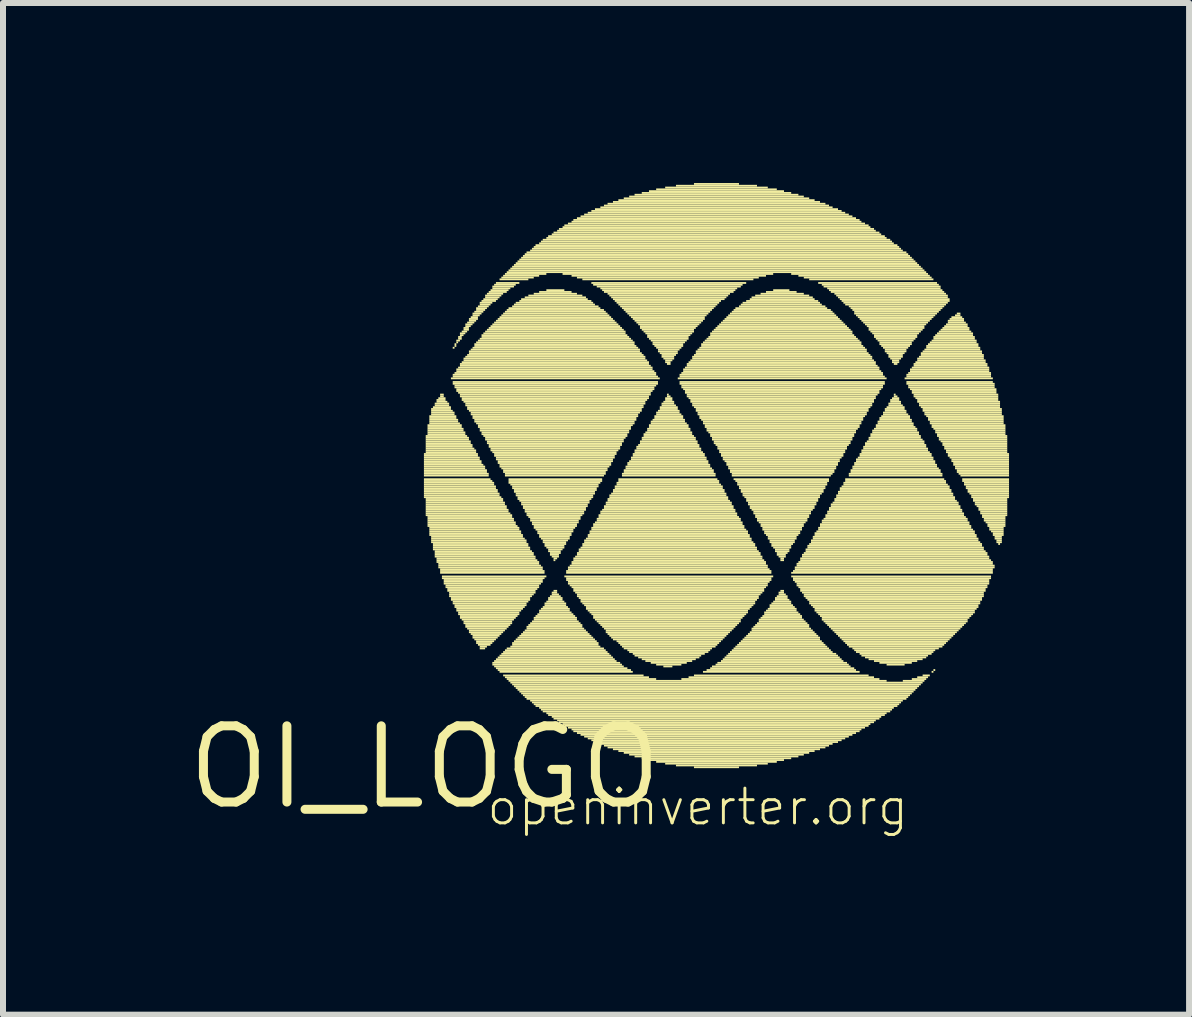
<source format=kicad_pcb>
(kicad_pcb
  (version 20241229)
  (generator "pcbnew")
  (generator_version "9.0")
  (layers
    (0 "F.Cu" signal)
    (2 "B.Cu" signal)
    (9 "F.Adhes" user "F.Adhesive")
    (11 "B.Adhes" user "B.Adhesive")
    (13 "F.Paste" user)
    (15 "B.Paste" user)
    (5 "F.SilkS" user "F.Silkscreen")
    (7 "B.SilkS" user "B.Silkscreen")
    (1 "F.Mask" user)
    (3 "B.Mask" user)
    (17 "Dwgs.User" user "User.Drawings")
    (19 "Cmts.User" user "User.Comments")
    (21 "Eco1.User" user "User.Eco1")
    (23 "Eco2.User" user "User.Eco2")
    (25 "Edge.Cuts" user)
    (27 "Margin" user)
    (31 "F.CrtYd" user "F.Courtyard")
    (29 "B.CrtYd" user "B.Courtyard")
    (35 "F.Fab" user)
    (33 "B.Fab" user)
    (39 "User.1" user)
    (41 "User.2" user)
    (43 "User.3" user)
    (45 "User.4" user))
  (footprint "OI_LOGO"
    (layer "F.Cu")
    (at 4.029 9.735)
    (property "Reference" "OI_LOGO" (at 0 0 0) (layer "F.SilkS") (effects (font (size 1.27 1.27) (thickness 0.15))))
    (attr through_hole)
    (fp_poly (pts (xy -0.015 -5.205) (xy 0.885 -5.205) (xy 0.885 -5.235) (xy -0.015 -5.235)) (stroke (width 0) (type solid)) (fill yes) (layer "F.SilkS"))
    (fp_poly (pts (xy -0.015 -5.175) (xy 0.885 -5.175) (xy 0.885 -5.205) (xy -0.015 -5.205)) (stroke (width 0) (type solid)) (fill yes) (layer "F.SilkS"))
    (fp_poly (pts (xy -0.015 -5.145) (xy 0.915 -5.145) (xy 0.915 -5.175) (xy -0.015 -5.175)) (stroke (width 0) (type solid)) (fill yes) (layer "F.SilkS"))
    (fp_poly (pts (xy -0.015 -5.115) (xy 0.915 -5.115) (xy 0.915 -5.145) (xy -0.015 -5.145)) (stroke (width 0) (type solid)) (fill yes) (layer "F.SilkS"))
    (fp_poly (pts (xy -0.015 -5.085) (xy 0.945 -5.085) (xy 0.945 -5.115) (xy -0.015 -5.115)) (stroke (width 0) (type solid)) (fill yes) (layer "F.SilkS"))
    (fp_poly (pts (xy -0.015 -5.055) (xy 0.945 -5.055) (xy 0.945 -5.085) (xy -0.015 -5.085)) (stroke (width 0) (type solid)) (fill yes) (layer "F.SilkS"))
    (fp_poly (pts (xy -0.015 -5.025) (xy 0.975 -5.025) (xy 0.975 -5.055) (xy -0.015 -5.055)) (stroke (width 0) (type solid)) (fill yes) (layer "F.SilkS"))
    (fp_poly (pts (xy -0.015 -4.995) (xy 1.005 -4.995) (xy 1.005 -5.025) (xy -0.015 -5.025)) (stroke (width 0) (type solid)) (fill yes) (layer "F.SilkS"))
    (fp_poly (pts (xy -0.015 -4.965) (xy 1.005 -4.965) (xy 1.005 -4.995) (xy -0.015 -4.995)) (stroke (width 0) (type solid)) (fill yes) (layer "F.SilkS"))
    (fp_poly (pts (xy -0.015 -4.935) (xy 1.035 -4.935) (xy 1.035 -4.965) (xy -0.015 -4.965)) (stroke (width 0) (type solid)) (fill yes) (layer "F.SilkS"))
    (fp_poly (pts (xy -0.015 -4.905) (xy 1.035 -4.905) (xy 1.035 -4.935) (xy -0.015 -4.935)) (stroke (width 0) (type solid)) (fill yes) (layer "F.SilkS"))
    (fp_poly (pts (xy -0.015 -4.875) (xy 1.065 -4.875) (xy 1.065 -4.905) (xy -0.015 -4.905)) (stroke (width 0) (type solid)) (fill yes) (layer "F.SilkS"))
    (fp_poly (pts (xy -0.015 -4.845) (xy 1.065 -4.845) (xy 1.065 -4.875) (xy -0.015 -4.875)) (stroke (width 0) (type solid)) (fill yes) (layer "F.SilkS"))
    (fp_poly (pts (xy -0.015 -4.785) (xy 1.095 -4.785) (xy 1.095 -4.815) (xy -0.015 -4.815)) (stroke (width 0) (type solid)) (fill yes) (layer "F.SilkS"))
    (fp_poly (pts (xy -0.015 -4.755) (xy 1.125 -4.755) (xy 1.125 -4.785) (xy -0.015 -4.785)) (stroke (width 0) (type solid)) (fill yes) (layer "F.SilkS"))
    (fp_poly (pts (xy -0.015 -4.725) (xy 1.155 -4.725) (xy 1.155 -4.755) (xy -0.015 -4.755)) (stroke (width 0) (type solid)) (fill yes) (layer "F.SilkS"))
    (fp_poly (pts (xy -0.015 -4.695) (xy 1.155 -4.695) (xy 1.155 -4.725) (xy -0.015 -4.725)) (stroke (width 0) (type solid)) (fill yes) (layer "F.SilkS"))
    (fp_poly (pts (xy -0.015 -4.665) (xy 1.185 -4.665) (xy 1.185 -4.695) (xy -0.015 -4.695)) (stroke (width 0) (type solid)) (fill yes) (layer "F.SilkS"))
    (fp_poly (pts (xy -0.015 -4.635) (xy 1.185 -4.635) (xy 1.185 -4.665) (xy -0.015 -4.665)) (stroke (width 0) (type solid)) (fill yes) (layer "F.SilkS"))
    (fp_poly (pts (xy -0.015 -4.605) (xy 1.215 -4.605) (xy 1.215 -4.635) (xy -0.015 -4.635)) (stroke (width 0) (type solid)) (fill yes) (layer "F.SilkS"))
    (fp_poly (pts (xy -0.015 -4.575) (xy 1.215 -4.575) (xy 1.215 -4.605) (xy -0.015 -4.605)) (stroke (width 0) (type solid)) (fill yes) (layer "F.SilkS"))
    (fp_poly (pts (xy -0.015 -4.545) (xy 1.245 -4.545) (xy 1.245 -4.575) (xy -0.015 -4.575)) (stroke (width 0) (type solid)) (fill yes) (layer "F.SilkS"))
    (fp_poly (pts (xy -0.015 -4.515) (xy 1.245 -4.515) (xy 1.245 -4.545) (xy -0.015 -4.545)) (stroke (width 0) (type solid)) (fill yes) (layer "F.SilkS"))
    (fp_poly (pts (xy -0.015 -4.485) (xy 1.275 -4.485) (xy 1.275 -4.515) (xy -0.015 -4.515)) (stroke (width 0) (type solid)) (fill yes) (layer "F.SilkS"))
    (fp_poly (pts (xy 0.015 -5.505) (xy 0.705 -5.505) (xy 0.705 -5.535) (xy 0.015 -5.535)) (stroke (width 0) (type solid)) (fill yes) (layer "F.SilkS"))
    (fp_poly (pts (xy 0.015 -5.475) (xy 0.735 -5.475) (xy 0.735 -5.505) (xy 0.015 -5.505)) (stroke (width 0) (type solid)) (fill yes) (layer "F.SilkS"))
    (fp_poly (pts (xy 0.015 -5.445) (xy 0.735 -5.445) (xy 0.735 -5.475) (xy 0.015 -5.475)) (stroke (width 0) (type solid)) (fill yes) (layer "F.SilkS"))
    (fp_poly (pts (xy 0.015 -5.415) (xy 0.765 -5.415) (xy 0.765 -5.445) (xy 0.015 -5.445)) (stroke (width 0) (type solid)) (fill yes) (layer "F.SilkS"))
    (fp_poly (pts (xy 0.015 -5.385) (xy 0.765 -5.385) (xy 0.765 -5.415) (xy 0.015 -5.415)) (stroke (width 0) (type solid)) (fill yes) (layer "F.SilkS"))
    (fp_poly (pts (xy 0.015 -5.355) (xy 0.795 -5.355) (xy 0.795 -5.385) (xy 0.015 -5.385)) (stroke (width 0) (type solid)) (fill yes) (layer "F.SilkS"))
    (fp_poly (pts (xy 0.015 -5.325) (xy 0.795 -5.325) (xy 0.795 -5.355) (xy 0.015 -5.355)) (stroke (width 0) (type solid)) (fill yes) (layer "F.SilkS"))
    (fp_poly (pts (xy 0.015 -5.295) (xy 0.825 -5.295) (xy 0.825 -5.325) (xy 0.015 -5.325)) (stroke (width 0) (type solid)) (fill yes) (layer "F.SilkS"))
    (fp_poly (pts (xy 0.015 -5.265) (xy 0.855 -5.265) (xy 0.855 -5.295) (xy 0.015 -5.295)) (stroke (width 0) (type solid)) (fill yes) (layer "F.SilkS"))
    (fp_poly (pts (xy 0.015 -5.235) (xy 0.855 -5.235) (xy 0.855 -5.265) (xy 0.015 -5.265)) (stroke (width 0) (type solid)) (fill yes) (layer "F.SilkS"))
    (fp_poly (pts (xy 0.015 -4.455) (xy 1.305 -4.455) (xy 1.305 -4.485) (xy 0.015 -4.485)) (stroke (width 0) (type solid)) (fill yes) (layer "F.SilkS"))
    (fp_poly (pts (xy 0.015 -4.425) (xy 1.305 -4.425) (xy 1.305 -4.455) (xy 0.015 -4.455)) (stroke (width 0) (type solid)) (fill yes) (layer "F.SilkS"))
    (fp_poly (pts (xy 0.015 -4.395) (xy 1.335 -4.395) (xy 1.335 -4.425) (xy 0.015 -4.425)) (stroke (width 0) (type solid)) (fill yes) (layer "F.SilkS"))
    (fp_poly (pts (xy 0.015 -4.365) (xy 1.335 -4.365) (xy 1.335 -4.395) (xy 0.015 -4.395)) (stroke (width 0) (type solid)) (fill yes) (layer "F.SilkS"))
    (fp_poly (pts (xy 0.015 -4.335) (xy 1.365 -4.335) (xy 1.365 -4.365) (xy 0.015 -4.365)) (stroke (width 0) (type solid)) (fill yes) (layer "F.SilkS"))
    (fp_poly (pts (xy 0.015 -4.305) (xy 1.365 -4.305) (xy 1.365 -4.335) (xy 0.015 -4.335)) (stroke (width 0) (type solid)) (fill yes) (layer "F.SilkS"))
    (fp_poly (pts (xy 0.015 -4.275) (xy 1.395 -4.275) (xy 1.395 -4.305) (xy 0.015 -4.305)) (stroke (width 0) (type solid)) (fill yes) (layer "F.SilkS"))
    (fp_poly (pts (xy 0.015 -4.245) (xy 1.395 -4.245) (xy 1.395 -4.275) (xy 0.015 -4.275)) (stroke (width 0) (type solid)) (fill yes) (layer "F.SilkS"))
    (fp_poly (pts (xy 0.015 -4.215) (xy 1.425 -4.215) (xy 1.425 -4.245) (xy 0.015 -4.245)) (stroke (width 0) (type solid)) (fill yes) (layer "F.SilkS"))
    (fp_poly (pts (xy 0.015 -4.185) (xy 1.455 -4.185) (xy 1.455 -4.215) (xy 0.015 -4.215)) (stroke (width 0) (type solid)) (fill yes) (layer "F.SilkS"))
    (fp_poly (pts (xy 0.045 -5.685) (xy 0.615 -5.685) (xy 0.615 -5.715) (xy 0.045 -5.715)) (stroke (width 0) (type solid)) (fill yes) (layer "F.SilkS"))
    (fp_poly (pts (xy 0.045 -5.655) (xy 0.615 -5.655) (xy 0.615 -5.685) (xy 0.045 -5.685)) (stroke (width 0) (type solid)) (fill yes) (layer "F.SilkS"))
    (fp_poly (pts (xy 0.045 -5.625) (xy 0.645 -5.625) (xy 0.645 -5.655) (xy 0.045 -5.655)) (stroke (width 0) (type solid)) (fill yes) (layer "F.SilkS"))
    (fp_poly (pts (xy 0.045 -5.595) (xy 0.645 -5.595) (xy 0.645 -5.625) (xy 0.045 -5.625)) (stroke (width 0) (type solid)) (fill yes) (layer "F.SilkS"))
    (fp_poly (pts (xy 0.045 -5.565) (xy 0.675 -5.565) (xy 0.675 -5.595) (xy 0.045 -5.595)) (stroke (width 0) (type solid)) (fill yes) (layer "F.SilkS"))
    (fp_poly (pts (xy 0.045 -5.535) (xy 0.675 -5.535) (xy 0.675 -5.565) (xy 0.045 -5.565)) (stroke (width 0) (type solid)) (fill yes) (layer "F.SilkS"))
    (fp_poly (pts (xy 0.045 -4.155) (xy 1.455 -4.155) (xy 1.455 -4.185) (xy 0.045 -4.185)) (stroke (width 0) (type solid)) (fill yes) (layer "F.SilkS"))
    (fp_poly (pts (xy 0.045 -4.125) (xy 1.485 -4.125) (xy 1.485 -4.155) (xy 0.045 -4.155)) (stroke (width 0) (type solid)) (fill yes) (layer "F.SilkS"))
    (fp_poly (pts (xy 0.045 -4.095) (xy 1.485 -4.095) (xy 1.485 -4.125) (xy 0.045 -4.125)) (stroke (width 0) (type solid)) (fill yes) (layer "F.SilkS"))
    (fp_poly (pts (xy 0.045 -4.065) (xy 1.515 -4.065) (xy 1.515 -4.095) (xy 0.045 -4.095)) (stroke (width 0) (type solid)) (fill yes) (layer "F.SilkS"))
    (fp_poly (pts (xy 0.045 -4.035) (xy 1.515 -4.035) (xy 1.515 -4.065) (xy 0.045 -4.065)) (stroke (width 0) (type solid)) (fill yes) (layer "F.SilkS"))
    (fp_poly (pts (xy 0.045 -4.005) (xy 1.545 -4.005) (xy 1.545 -4.035) (xy 0.045 -4.035)) (stroke (width 0) (type solid)) (fill yes) (layer "F.SilkS"))
    (fp_poly (pts (xy 0.075 -5.835) (xy 0.525 -5.835) (xy 0.525 -5.865) (xy 0.075 -5.865)) (stroke (width 0) (type solid)) (fill yes) (layer "F.SilkS"))
    (fp_poly (pts (xy 0.075 -5.805) (xy 0.525 -5.805) (xy 0.525 -5.835) (xy 0.075 -5.835)) (stroke (width 0) (type solid)) (fill yes) (layer "F.SilkS"))
    (fp_poly (pts (xy 0.075 -5.775) (xy 0.555 -5.775) (xy 0.555 -5.805) (xy 0.075 -5.805)) (stroke (width 0) (type solid)) (fill yes) (layer "F.SilkS"))
    (fp_poly (pts (xy 0.075 -5.745) (xy 0.555 -5.745) (xy 0.555 -5.775) (xy 0.075 -5.775)) (stroke (width 0) (type solid)) (fill yes) (layer "F.SilkS"))
    (fp_poly (pts (xy 0.075 -5.715) (xy 0.585 -5.715) (xy 0.585 -5.745) (xy 0.075 -5.745)) (stroke (width 0) (type solid)) (fill yes) (layer "F.SilkS"))
    (fp_poly (pts (xy 0.075 -3.975) (xy 1.575 -3.975) (xy 1.575 -4.005) (xy 0.075 -4.005)) (stroke (width 0) (type solid)) (fill yes) (layer "F.SilkS"))
    (fp_poly (pts (xy 0.075 -3.945) (xy 1.575 -3.945) (xy 1.575 -3.975) (xy 0.075 -3.975)) (stroke (width 0) (type solid)) (fill yes) (layer "F.SilkS"))
    (fp_poly (pts (xy 0.075 -3.915) (xy 1.605 -3.915) (xy 1.605 -3.945) (xy 0.075 -3.945)) (stroke (width 0) (type solid)) (fill yes) (layer "F.SilkS"))
    (fp_poly (pts (xy 0.075 -3.885) (xy 1.605 -3.885) (xy 1.605 -3.915) (xy 0.075 -3.915)) (stroke (width 0) (type solid)) (fill yes) (layer "F.SilkS"))
    (fp_poly (pts (xy 0.075 -3.855) (xy 1.635 -3.855) (xy 1.635 -3.885) (xy 0.075 -3.885)) (stroke (width 0) (type solid)) (fill yes) (layer "F.SilkS"))
    (fp_poly (pts (xy 0.105 -5.955) (xy 0.435 -5.955) (xy 0.435 -5.985) (xy 0.105 -5.985)) (stroke (width 0) (type solid)) (fill yes) (layer "F.SilkS"))
    (fp_poly (pts (xy 0.105 -5.925) (xy 0.465 -5.925) (xy 0.465 -5.955) (xy 0.105 -5.955)) (stroke (width 0) (type solid)) (fill yes) (layer "F.SilkS"))
    (fp_poly (pts (xy 0.105 -5.895) (xy 0.495 -5.895) (xy 0.495 -5.925) (xy 0.105 -5.925)) (stroke (width 0) (type solid)) (fill yes) (layer "F.SilkS"))
    (fp_poly (pts (xy 0.105 -5.865) (xy 0.495 -5.865) (xy 0.495 -5.895) (xy 0.105 -5.895)) (stroke (width 0) (type solid)) (fill yes) (layer "F.SilkS"))
    (fp_poly (pts (xy 0.105 -3.825) (xy 1.635 -3.825) (xy 1.635 -3.855) (xy 0.105 -3.855)) (stroke (width 0) (type solid)) (fill yes) (layer "F.SilkS"))
    (fp_poly (pts (xy 0.105 -3.795) (xy 1.665 -3.795) (xy 1.665 -3.825) (xy 0.105 -3.825)) (stroke (width 0) (type solid)) (fill yes) (layer "F.SilkS"))
    (fp_poly (pts (xy 0.105 -3.765) (xy 1.695 -3.765) (xy 1.695 -3.795) (xy 0.105 -3.795)) (stroke (width 0) (type solid)) (fill yes) (layer "F.SilkS"))
    (fp_poly (pts (xy 0.105 -3.735) (xy 1.695 -3.735) (xy 1.695 -3.765) (xy 0.105 -3.765)) (stroke (width 0) (type solid)) (fill yes) (layer "F.SilkS"))
    (fp_poly (pts (xy 0.135 -5.985) (xy 0.435 -5.985) (xy 0.435 -6.015) (xy 0.135 -6.015)) (stroke (width 0) (type solid)) (fill yes) (layer "F.SilkS"))
    (fp_poly (pts (xy 0.135 -3.705) (xy 1.725 -3.705) (xy 1.725 -3.735) (xy 0.135 -3.735)) (stroke (width 0) (type solid)) (fill yes) (layer "F.SilkS"))
    (fp_poly (pts (xy 0.135 -3.675) (xy 1.725 -3.675) (xy 1.725 -3.705) (xy 0.135 -3.705)) (stroke (width 0) (type solid)) (fill yes) (layer "F.SilkS"))
    (fp_poly (pts (xy 0.135 -3.645) (xy 1.755 -3.645) (xy 1.755 -3.675) (xy 0.135 -3.675)) (stroke (width 0) (type solid)) (fill yes) (layer "F.SilkS"))
    (fp_poly (pts (xy 0.135 -3.615) (xy 1.755 -3.615) (xy 1.755 -3.645) (xy 0.135 -3.645)) (stroke (width 0) (type solid)) (fill yes) (layer "F.SilkS"))
    (fp_poly (pts (xy 0.165 -6.045) (xy 0.405 -6.045) (xy 0.405 -6.075) (xy 0.165 -6.075)) (stroke (width 0) (type solid)) (fill yes) (layer "F.SilkS"))
    (fp_poly (pts (xy 0.165 -6.015) (xy 0.405 -6.015) (xy 0.405 -6.045) (xy 0.165 -6.045)) (stroke (width 0) (type solid)) (fill yes) (layer "F.SilkS"))
    (fp_poly (pts (xy 0.165 -3.585) (xy 1.785 -3.585) (xy 1.785 -3.615) (xy 0.165 -3.615)) (stroke (width 0) (type solid)) (fill yes) (layer "F.SilkS"))
    (fp_poly (pts (xy 0.165 -3.555) (xy 1.815 -3.555) (xy 1.815 -3.585) (xy 0.165 -3.585)) (stroke (width 0) (type solid)) (fill yes) (layer "F.SilkS"))
    (fp_poly (pts (xy 0.165 -3.525) (xy 1.815 -3.525) (xy 1.815 -3.555) (xy 0.165 -3.555)) (stroke (width 0) (type solid)) (fill yes) (layer "F.SilkS"))
    (fp_poly (pts (xy 0.165 -3.495) (xy 1.845 -3.495) (xy 1.845 -3.525) (xy 0.165 -3.525)) (stroke (width 0) (type solid)) (fill yes) (layer "F.SilkS"))
    (fp_poly (pts (xy 0.195 -6.105) (xy 0.345 -6.105) (xy 0.345 -6.135) (xy 0.195 -6.135)) (stroke (width 0) (type solid)) (fill yes) (layer "F.SilkS"))
    (fp_poly (pts (xy 0.195 -6.075) (xy 0.375 -6.075) (xy 0.375 -6.105) (xy 0.195 -6.105)) (stroke (width 0) (type solid)) (fill yes) (layer "F.SilkS"))
    (fp_poly (pts (xy 0.195 -3.465) (xy 1.845 -3.465) (xy 1.845 -3.495) (xy 0.195 -3.495)) (stroke (width 0) (type solid)) (fill yes) (layer "F.SilkS"))
    (fp_poly (pts (xy 0.195 -3.435) (xy 1.875 -3.435) (xy 1.875 -3.465) (xy 0.195 -3.465)) (stroke (width 0) (type solid)) (fill yes) (layer "F.SilkS"))
    (fp_poly (pts (xy 0.195 -3.405) (xy 1.905 -3.405) (xy 1.905 -3.435) (xy 0.195 -3.435)) (stroke (width 0) (type solid)) (fill yes) (layer "F.SilkS"))
    (fp_poly (pts (xy 0.225 -6.135) (xy 0.345 -6.135) (xy 0.345 -6.165) (xy 0.225 -6.165)) (stroke (width 0) (type solid)) (fill yes) (layer "F.SilkS"))
    (fp_poly (pts (xy 0.225 -3.375) (xy 1.905 -3.375) (xy 1.905 -3.405) (xy 0.225 -3.405)) (stroke (width 0) (type solid)) (fill yes) (layer "F.SilkS"))
    (fp_poly (pts (xy 0.225 -3.345) (xy 1.935 -3.345) (xy 1.935 -3.375) (xy 0.225 -3.375)) (stroke (width 0) (type solid)) (fill yes) (layer "F.SilkS"))
    (fp_poly (pts (xy 0.225 -3.315) (xy 1.965 -3.315) (xy 1.965 -3.345) (xy 0.225 -3.345)) (stroke (width 0) (type solid)) (fill yes) (layer "F.SilkS"))
    (fp_poly (pts (xy 0.255 -6.195) (xy 0.315 -6.195) (xy 0.315 -6.225) (xy 0.255 -6.225)) (stroke (width 0) (type solid)) (fill yes) (layer "F.SilkS"))
    (fp_poly (pts (xy 0.255 -6.165) (xy 0.315 -6.165) (xy 0.315 -6.195) (xy 0.255 -6.195)) (stroke (width 0) (type solid)) (fill yes) (layer "F.SilkS"))
    (fp_poly (pts (xy 0.255 -3.285) (xy 1.965 -3.285) (xy 1.965 -3.315) (xy 0.255 -3.315)) (stroke (width 0) (type solid)) (fill yes) (layer "F.SilkS"))
    (fp_poly (pts (xy 0.255 -3.255) (xy 1.995 -3.255) (xy 1.995 -3.285) (xy 0.255 -3.285)) (stroke (width 0) (type solid)) (fill yes) (layer "F.SilkS"))
    (fp_poly (pts (xy 0.255 -3.225) (xy 1.995 -3.225) (xy 1.995 -3.255) (xy 0.255 -3.255)) (stroke (width 0) (type solid)) (fill yes) (layer "F.SilkS"))
    (fp_poly (pts (xy 0.285 -3.165) (xy 2.025 -3.165) (xy 2.025 -3.195) (xy 0.285 -3.195)) (stroke (width 0) (type solid)) (fill yes) (layer "F.SilkS"))
    (fp_poly (pts (xy 0.285 -3.135) (xy 1.995 -3.135) (xy 1.995 -3.165) (xy 0.285 -3.165)) (stroke (width 0) (type solid)) (fill yes) (layer "F.SilkS"))
    (fp_poly (pts (xy 0.315 -3.105) (xy 1.965 -3.105) (xy 1.965 -3.135) (xy 0.315 -3.135)) (stroke (width 0) (type solid)) (fill yes) (layer "F.SilkS"))
    (fp_poly (pts (xy 0.315 -3.075) (xy 1.965 -3.075) (xy 1.965 -3.105) (xy 0.315 -3.105)) (stroke (width 0) (type solid)) (fill yes) (layer "F.SilkS"))
    (fp_poly (pts (xy 0.315 -3.045) (xy 1.935 -3.045) (xy 1.935 -3.075) (xy 0.315 -3.075)) (stroke (width 0) (type solid)) (fill yes) (layer "F.SilkS"))
    (fp_poly (pts (xy 0.345 -3.015) (xy 1.905 -3.015) (xy 1.905 -3.045) (xy 0.345 -3.045)) (stroke (width 0) (type solid)) (fill yes) (layer "F.SilkS"))
    (fp_poly (pts (xy 0.345 -2.985) (xy 1.905 -2.985) (xy 1.905 -3.015) (xy 0.345 -3.015)) (stroke (width 0) (type solid)) (fill yes) (layer "F.SilkS"))
    (fp_poly (pts (xy 0.375 -2.955) (xy 1.875 -2.955) (xy 1.875 -2.985) (xy 0.375 -2.985)) (stroke (width 0) (type solid)) (fill yes) (layer "F.SilkS"))
    (fp_poly (pts (xy 0.375 -2.925) (xy 1.845 -2.925) (xy 1.845 -2.955) (xy 0.375 -2.955)) (stroke (width 0) (type solid)) (fill yes) (layer "F.SilkS"))
    (fp_poly (pts (xy 0.405 -2.895) (xy 1.845 -2.895) (xy 1.845 -2.925) (xy 0.405 -2.925)) (stroke (width 0) (type solid)) (fill yes) (layer "F.SilkS"))
    (fp_poly (pts (xy 0.405 -2.865) (xy 1.815 -2.865) (xy 1.815 -2.895) (xy 0.405 -2.895)) (stroke (width 0) (type solid)) (fill yes) (layer "F.SilkS"))
    (fp_poly (pts (xy 0.405 -2.835) (xy 1.785 -2.835) (xy 1.785 -2.865) (xy 0.405 -2.865)) (stroke (width 0) (type solid)) (fill yes) (layer "F.SilkS"))
    (fp_poly (pts (xy 0.435 -6.465) (xy 3.915 -6.465) (xy 3.915 -6.495) (xy 0.435 -6.495)) (stroke (width 0) (type solid)) (fill yes) (layer "F.SilkS"))
    (fp_poly (pts (xy 0.435 -2.805) (xy 1.755 -2.805) (xy 1.755 -2.835) (xy 0.435 -2.835)) (stroke (width 0) (type solid)) (fill yes) (layer "F.SilkS"))
    (fp_poly (pts (xy 0.435 -2.775) (xy 1.755 -2.775) (xy 1.755 -2.805) (xy 0.435 -2.805)) (stroke (width 0) (type solid)) (fill yes) (layer "F.SilkS"))
    (fp_poly (pts (xy 0.465 -6.975) (xy 0.495 -6.975) (xy 0.495 -7.005) (xy 0.465 -7.005)) (stroke (width 0) (type solid)) (fill yes) (layer "F.SilkS"))
    (fp_poly (pts (xy 0.465 -6.525) (xy 3.855 -6.525) (xy 3.855 -6.555) (xy 0.465 -6.555)) (stroke (width 0) (type solid)) (fill yes) (layer "F.SilkS"))
    (fp_poly (pts (xy 0.465 -6.495) (xy 3.885 -6.495) (xy 3.885 -6.525) (xy 0.465 -6.525)) (stroke (width 0) (type solid)) (fill yes) (layer "F.SilkS"))
    (fp_poly (pts (xy 0.465 -6.405) (xy 3.885 -6.405) (xy 3.885 -6.435) (xy 0.465 -6.435)) (stroke (width 0) (type solid)) (fill yes) (layer "F.SilkS"))
    (fp_poly (pts (xy 0.465 -6.375) (xy 3.885 -6.375) (xy 3.885 -6.405) (xy 0.465 -6.405)) (stroke (width 0) (type solid)) (fill yes) (layer "F.SilkS"))
    (fp_poly (pts (xy 0.465 -2.745) (xy 1.725 -2.745) (xy 1.725 -2.775) (xy 0.465 -2.775)) (stroke (width 0) (type solid)) (fill yes) (layer "F.SilkS"))
    (fp_poly (pts (xy 0.465 -2.715) (xy 1.695 -2.715) (xy 1.695 -2.745) (xy 0.465 -2.745)) (stroke (width 0) (type solid)) (fill yes) (layer "F.SilkS"))
    (fp_poly (pts (xy 0.495 -7.035) (xy 0.525 -7.035) (xy 0.525 -7.065) (xy 0.495 -7.065)) (stroke (width 0) (type solid)) (fill yes) (layer "F.SilkS"))
    (fp_poly (pts (xy 0.495 -7.005) (xy 0.525 -7.005) (xy 0.525 -7.035) (xy 0.495 -7.035)) (stroke (width 0) (type solid)) (fill yes) (layer "F.SilkS"))
    (fp_poly (pts (xy 0.495 -6.555) (xy 3.855 -6.555) (xy 3.855 -6.585) (xy 0.495 -6.585)) (stroke (width 0) (type solid)) (fill yes) (layer "F.SilkS"))
    (fp_poly (pts (xy 0.495 -6.345) (xy 3.855 -6.345) (xy 3.855 -6.375) (xy 0.495 -6.375)) (stroke (width 0) (type solid)) (fill yes) (layer "F.SilkS"))
    (fp_poly (pts (xy 0.495 -6.315) (xy 3.825 -6.315) (xy 3.825 -6.345) (xy 0.495 -6.345)) (stroke (width 0) (type solid)) (fill yes) (layer "F.SilkS"))
    (fp_poly (pts (xy 0.495 -2.685) (xy 1.695 -2.685) (xy 1.695 -2.715) (xy 0.495 -2.715)) (stroke (width 0) (type solid)) (fill yes) (layer "F.SilkS"))
    (fp_poly (pts (xy 0.495 -2.655) (xy 1.665 -2.655) (xy 1.665 -2.685) (xy 0.495 -2.685)) (stroke (width 0) (type solid)) (fill yes) (layer "F.SilkS"))
    (fp_poly (pts (xy 0.525 -7.095) (xy 0.585 -7.095) (xy 0.585 -7.125) (xy 0.525 -7.125)) (stroke (width 0) (type solid)) (fill yes) (layer "F.SilkS"))
    (fp_poly (pts (xy 0.525 -7.065) (xy 0.555 -7.065) (xy 0.555 -7.095) (xy 0.525 -7.095)) (stroke (width 0) (type solid)) (fill yes) (layer "F.SilkS"))
    (fp_poly (pts (xy 0.525 -6.615) (xy 3.795 -6.615) (xy 3.795 -6.645) (xy 0.525 -6.645)) (stroke (width 0) (type solid)) (fill yes) (layer "F.SilkS"))
    (fp_poly (pts (xy 0.525 -6.585) (xy 3.825 -6.585) (xy 3.825 -6.615) (xy 0.525 -6.615)) (stroke (width 0) (type solid)) (fill yes) (layer "F.SilkS"))
    (fp_poly (pts (xy 0.525 -6.285) (xy 3.825 -6.285) (xy 3.825 -6.315) (xy 0.525 -6.315)) (stroke (width 0) (type solid)) (fill yes) (layer "F.SilkS"))
    (fp_poly (pts (xy 0.525 -6.255) (xy 3.795 -6.255) (xy 3.795 -6.285) (xy 0.525 -6.285)) (stroke (width 0) (type solid)) (fill yes) (layer "F.SilkS"))
    (fp_poly (pts (xy 0.525 -2.625) (xy 1.635 -2.625) (xy 1.635 -2.655) (xy 0.525 -2.655)) (stroke (width 0) (type solid)) (fill yes) (layer "F.SilkS"))
    (fp_poly (pts (xy 0.525 -2.595) (xy 1.605 -2.595) (xy 1.605 -2.625) (xy 0.525 -2.625)) (stroke (width 0) (type solid)) (fill yes) (layer "F.SilkS"))
    (fp_poly (pts (xy 0.555 -7.155) (xy 0.615 -7.155) (xy 0.615 -7.185) (xy 0.555 -7.185)) (stroke (width 0) (type solid)) (fill yes) (layer "F.SilkS"))
    (fp_poly (pts (xy 0.555 -7.125) (xy 0.615 -7.125) (xy 0.615 -7.155) (xy 0.555 -7.155)) (stroke (width 0) (type solid)) (fill yes) (layer "F.SilkS"))
    (fp_poly (pts (xy 0.555 -6.645) (xy 3.795 -6.645) (xy 3.795 -6.675) (xy 0.555 -6.675)) (stroke (width 0) (type solid)) (fill yes) (layer "F.SilkS"))
    (fp_poly (pts (xy 0.555 -6.225) (xy 3.765 -6.225) (xy 3.765 -6.255) (xy 0.555 -6.255)) (stroke (width 0) (type solid)) (fill yes) (layer "F.SilkS"))
    (fp_poly (pts (xy 0.555 -2.565) (xy 1.575 -2.565) (xy 1.575 -2.595) (xy 0.555 -2.595)) (stroke (width 0) (type solid)) (fill yes) (layer "F.SilkS"))
    (fp_poly (pts (xy 0.555 -2.535) (xy 1.575 -2.535) (xy 1.575 -2.565) (xy 0.555 -2.565)) (stroke (width 0) (type solid)) (fill yes) (layer "F.SilkS"))
    (fp_poly (pts (xy 0.585 -7.215) (xy 0.675 -7.215) (xy 0.675 -7.245) (xy 0.585 -7.245)) (stroke (width 0) (type solid)) (fill yes) (layer "F.SilkS"))
    (fp_poly (pts (xy 0.585 -7.185) (xy 0.645 -7.185) (xy 0.645 -7.215) (xy 0.585 -7.215)) (stroke (width 0) (type solid)) (fill yes) (layer "F.SilkS"))
    (fp_poly (pts (xy 0.585 -6.705) (xy 3.735 -6.705) (xy 3.735 -6.735) (xy 0.585 -6.735)) (stroke (width 0) (type solid)) (fill yes) (layer "F.SilkS"))
    (fp_poly (pts (xy 0.585 -6.675) (xy 3.765 -6.675) (xy 3.765 -6.705) (xy 0.585 -6.705)) (stroke (width 0) (type solid)) (fill yes) (layer "F.SilkS"))
    (fp_poly (pts (xy 0.585 -6.195) (xy 3.765 -6.195) (xy 3.765 -6.225) (xy 0.585 -6.225)) (stroke (width 0) (type solid)) (fill yes) (layer "F.SilkS"))
    (fp_poly (pts (xy 0.585 -6.165) (xy 3.735 -6.165) (xy 3.735 -6.195) (xy 0.585 -6.195)) (stroke (width 0) (type solid)) (fill yes) (layer "F.SilkS"))
    (fp_poly (pts (xy 0.585 -2.505) (xy 1.545 -2.505) (xy 1.545 -2.535) (xy 0.585 -2.535)) (stroke (width 0) (type solid)) (fill yes) (layer "F.SilkS"))
    (fp_poly (pts (xy 0.585 -2.475) (xy 1.515 -2.475) (xy 1.515 -2.505) (xy 0.585 -2.505)) (stroke (width 0) (type solid)) (fill yes) (layer "F.SilkS"))
    (fp_poly (pts (xy 0.615 -7.245) (xy 0.705 -7.245) (xy 0.705 -7.275) (xy 0.615 -7.275)) (stroke (width 0) (type solid)) (fill yes) (layer "F.SilkS"))
    (fp_poly (pts (xy 0.615 -6.735) (xy 3.735 -6.735) (xy 3.735 -6.765) (xy 0.615 -6.765)) (stroke (width 0) (type solid)) (fill yes) (layer "F.SilkS"))
    (fp_poly (pts (xy 0.615 -6.135) (xy 3.735 -6.135) (xy 3.735 -6.165) (xy 0.615 -6.165)) (stroke (width 0) (type solid)) (fill yes) (layer "F.SilkS"))
    (fp_poly (pts (xy 0.615 -6.105) (xy 3.705 -6.105) (xy 3.705 -6.135) (xy 0.615 -6.135)) (stroke (width 0) (type solid)) (fill yes) (layer "F.SilkS"))
    (fp_poly (pts (xy 0.615 -2.445) (xy 1.485 -2.445) (xy 1.485 -2.475) (xy 0.615 -2.475)) (stroke (width 0) (type solid)) (fill yes) (layer "F.SilkS"))
    (fp_poly (pts (xy 0.645 -7.305) (xy 0.735 -7.305) (xy 0.735 -7.335) (xy 0.645 -7.335)) (stroke (width 0) (type solid)) (fill yes) (layer "F.SilkS"))
    (fp_poly (pts (xy 0.645 -7.275) (xy 0.735 -7.275) (xy 0.735 -7.305) (xy 0.645 -7.305)) (stroke (width 0) (type solid)) (fill yes) (layer "F.SilkS"))
    (fp_poly (pts (xy 0.645 -6.795) (xy 3.675 -6.795) (xy 3.675 -6.825) (xy 0.645 -6.825)) (stroke (width 0) (type solid)) (fill yes) (layer "F.SilkS"))
    (fp_poly (pts (xy 0.645 -6.765) (xy 3.705 -6.765) (xy 3.705 -6.795) (xy 0.645 -6.795)) (stroke (width 0) (type solid)) (fill yes) (layer "F.SilkS"))
    (fp_poly (pts (xy 0.645 -6.075) (xy 3.675 -6.075) (xy 3.675 -6.105) (xy 0.645 -6.105)) (stroke (width 0) (type solid)) (fill yes) (layer "F.SilkS"))
    (fp_poly (pts (xy 0.645 -2.415) (xy 1.455 -2.415) (xy 1.455 -2.445) (xy 0.645 -2.445)) (stroke (width 0) (type solid)) (fill yes) (layer "F.SilkS"))
    (fp_poly (pts (xy 0.645 -2.385) (xy 1.455 -2.385) (xy 1.455 -2.415) (xy 0.645 -2.415)) (stroke (width 0) (type solid)) (fill yes) (layer "F.SilkS"))
    (fp_poly (pts (xy 0.675 -7.365) (xy 0.795 -7.365) (xy 0.795 -7.395) (xy 0.675 -7.395)) (stroke (width 0) (type solid)) (fill yes) (layer "F.SilkS"))
    (fp_poly (pts (xy 0.675 -7.335) (xy 0.765 -7.335) (xy 0.765 -7.365) (xy 0.675 -7.365)) (stroke (width 0) (type solid)) (fill yes) (layer "F.SilkS"))
    (fp_poly (pts (xy 0.675 -6.825) (xy 3.675 -6.825) (xy 3.675 -6.855) (xy 0.675 -6.855)) (stroke (width 0) (type solid)) (fill yes) (layer "F.SilkS"))
    (fp_poly (pts (xy 0.675 -6.045) (xy 3.675 -6.045) (xy 3.675 -6.075) (xy 0.675 -6.075)) (stroke (width 0) (type solid)) (fill yes) (layer "F.SilkS"))
    (fp_poly (pts (xy 0.675 -6.015) (xy 3.645 -6.015) (xy 3.645 -6.045) (xy 0.675 -6.045)) (stroke (width 0) (type solid)) (fill yes) (layer "F.SilkS"))
    (fp_poly (pts (xy 0.675 -2.355) (xy 1.425 -2.355) (xy 1.425 -2.385) (xy 0.675 -2.385)) (stroke (width 0) (type solid)) (fill yes) (layer "F.SilkS"))
    (fp_poly (pts (xy 0.675 -2.325) (xy 1.395 -2.325) (xy 1.395 -2.355) (xy 0.675 -2.355)) (stroke (width 0) (type solid)) (fill yes) (layer "F.SilkS"))
    (fp_poly (pts (xy 0.705 -7.395) (xy 0.825 -7.395) (xy 0.825 -7.425) (xy 0.705 -7.425)) (stroke (width 0) (type solid)) (fill yes) (layer "F.SilkS"))
    (fp_poly (pts (xy 0.705 -6.855) (xy 3.645 -6.855) (xy 3.645 -6.885) (xy 0.705 -6.885)) (stroke (width 0) (type solid)) (fill yes) (layer "F.SilkS"))
    (fp_poly (pts (xy 0.705 -5.985) (xy 3.645 -5.985) (xy 3.645 -6.015) (xy 0.705 -6.015)) (stroke (width 0) (type solid)) (fill yes) (layer "F.SilkS"))
    (fp_poly (pts (xy 0.705 -5.955) (xy 3.615 -5.955) (xy 3.615 -5.985) (xy 0.705 -5.985)) (stroke (width 0) (type solid)) (fill yes) (layer "F.SilkS"))
    (fp_poly (pts (xy 0.705 -2.295) (xy 1.365 -2.295) (xy 1.365 -2.325) (xy 0.705 -2.325)) (stroke (width 0) (type solid)) (fill yes) (layer "F.SilkS"))
    (fp_poly (pts (xy 0.735 -7.455) (xy 0.885 -7.455) (xy 0.885 -7.485) (xy 0.735 -7.485)) (stroke (width 0) (type solid)) (fill yes) (layer "F.SilkS"))
    (fp_poly (pts (xy 0.735 -7.425) (xy 0.855 -7.425) (xy 0.855 -7.455) (xy 0.735 -7.455)) (stroke (width 0) (type solid)) (fill yes) (layer "F.SilkS"))
    (fp_poly (pts (xy 0.735 -6.915) (xy 3.585 -6.915) (xy 3.585 -6.945) (xy 0.735 -6.945)) (stroke (width 0) (type solid)) (fill yes) (layer "F.SilkS"))
    (fp_poly (pts (xy 0.735 -6.885) (xy 3.615 -6.885) (xy 3.615 -6.915) (xy 0.735 -6.915)) (stroke (width 0) (type solid)) (fill yes) (layer "F.SilkS"))
    (fp_poly (pts (xy 0.735 -5.925) (xy 3.615 -5.925) (xy 3.615 -5.955) (xy 0.735 -5.955)) (stroke (width 0) (type solid)) (fill yes) (layer "F.SilkS"))
    (fp_poly (pts (xy 0.735 -2.265) (xy 1.335 -2.265) (xy 1.335 -2.295) (xy 0.735 -2.295)) (stroke (width 0) (type solid)) (fill yes) (layer "F.SilkS"))
    (fp_poly (pts (xy 0.735 -2.235) (xy 1.305 -2.235) (xy 1.305 -2.265) (xy 0.735 -2.265)) (stroke (width 0) (type solid)) (fill yes) (layer "F.SilkS"))
    (fp_poly (pts (xy 0.765 -7.485) (xy 0.885 -7.485) (xy 0.885 -7.515) (xy 0.765 -7.515)) (stroke (width 0) (type solid)) (fill yes) (layer "F.SilkS"))
    (fp_poly (pts (xy 0.765 -6.945) (xy 3.585 -6.945) (xy 3.585 -6.975) (xy 0.765 -6.975)) (stroke (width 0) (type solid)) (fill yes) (layer "F.SilkS"))
    (fp_poly (pts (xy 0.765 -5.895) (xy 3.585 -5.895) (xy 3.585 -5.925) (xy 0.765 -5.925)) (stroke (width 0) (type solid)) (fill yes) (layer "F.SilkS"))
    (fp_poly (pts (xy 0.765 -5.865) (xy 3.555 -5.865) (xy 3.555 -5.895) (xy 0.765 -5.895)) (stroke (width 0) (type solid)) (fill yes) (layer "F.SilkS"))
    (fp_poly (pts (xy 0.765 -2.205) (xy 1.275 -2.205) (xy 1.275 -2.235) (xy 0.765 -2.235)) (stroke (width 0) (type solid)) (fill yes) (layer "F.SilkS"))
    (fp_poly (pts (xy 0.795 -7.545) (xy 0.945 -7.545) (xy 0.945 -7.575) (xy 0.795 -7.575)) (stroke (width 0) (type solid)) (fill yes) (layer "F.SilkS"))
    (fp_poly (pts (xy 0.795 -7.515) (xy 0.915 -7.515) (xy 0.915 -7.545) (xy 0.795 -7.545)) (stroke (width 0) (type solid)) (fill yes) (layer "F.SilkS"))
    (fp_poly (pts (xy 0.795 -6.975) (xy 3.555 -6.975) (xy 3.555 -7.005) (xy 0.795 -7.005)) (stroke (width 0) (type solid)) (fill yes) (layer "F.SilkS"))
    (fp_poly (pts (xy 0.795 -5.835) (xy 3.555 -5.835) (xy 3.555 -5.865) (xy 0.795 -5.865)) (stroke (width 0) (type solid)) (fill yes) (layer "F.SilkS"))
    (fp_poly (pts (xy 0.795 -5.805) (xy 3.525 -5.805) (xy 3.525 -5.835) (xy 0.795 -5.835)) (stroke (width 0) (type solid)) (fill yes) (layer "F.SilkS"))
    (fp_poly (pts (xy 0.795 -2.175) (xy 1.245 -2.175) (xy 1.245 -2.205) (xy 0.795 -2.205)) (stroke (width 0) (type solid)) (fill yes) (layer "F.SilkS"))
    (fp_poly (pts (xy 0.795 -2.145) (xy 1.215 -2.145) (xy 1.215 -2.175) (xy 0.795 -2.175)) (stroke (width 0) (type solid)) (fill yes) (layer "F.SilkS"))
    (fp_poly (pts (xy 0.825 -7.575) (xy 0.975 -7.575) (xy 0.975 -7.605) (xy 0.825 -7.605)) (stroke (width 0) (type solid)) (fill yes) (layer "F.SilkS"))
    (fp_poly (pts (xy 0.825 -7.035) (xy 3.495 -7.035) (xy 3.495 -7.065) (xy 0.825 -7.065)) (stroke (width 0) (type solid)) (fill yes) (layer "F.SilkS"))
    (fp_poly (pts (xy 0.825 -7.005) (xy 3.525 -7.005) (xy 3.525 -7.035) (xy 0.825 -7.035)) (stroke (width 0) (type solid)) (fill yes) (layer "F.SilkS"))
    (fp_poly (pts (xy 0.825 -5.775) (xy 3.525 -5.775) (xy 3.525 -5.805) (xy 0.825 -5.805)) (stroke (width 0) (type solid)) (fill yes) (layer "F.SilkS"))
    (fp_poly (pts (xy 0.825 -5.745) (xy 3.495 -5.745) (xy 3.495 -5.775) (xy 0.825 -5.775)) (stroke (width 0) (type solid)) (fill yes) (layer "F.SilkS"))
    (fp_poly (pts (xy 0.825 -2.115) (xy 1.185 -2.115) (xy 1.185 -2.145) (xy 0.825 -2.145)) (stroke (width 0) (type solid)) (fill yes) (layer "F.SilkS"))
    (fp_poly (pts (xy 0.855 -7.635) (xy 1.035 -7.635) (xy 1.035 -7.665) (xy 0.855 -7.665)) (stroke (width 0) (type solid)) (fill yes) (layer "F.SilkS"))
    (fp_poly (pts (xy 0.855 -7.605) (xy 1.005 -7.605) (xy 1.005 -7.635) (xy 0.855 -7.635)) (stroke (width 0) (type solid)) (fill yes) (layer "F.SilkS"))
    (fp_poly (pts (xy 0.855 -7.065) (xy 3.495 -7.065) (xy 3.495 -7.095) (xy 0.855 -7.095)) (stroke (width 0) (type solid)) (fill yes) (layer "F.SilkS"))
    (fp_poly (pts (xy 0.855 -5.715) (xy 3.495 -5.715) (xy 3.495 -5.745) (xy 0.855 -5.745)) (stroke (width 0) (type solid)) (fill yes) (layer "F.SilkS"))
    (fp_poly (pts (xy 0.855 -2.085) (xy 1.155 -2.085) (xy 1.155 -2.115) (xy 0.855 -2.115)) (stroke (width 0) (type solid)) (fill yes) (layer "F.SilkS"))
    (fp_poly (pts (xy 0.855 -2.055) (xy 1.125 -2.055) (xy 1.125 -2.085) (xy 0.855 -2.085)) (stroke (width 0) (type solid)) (fill yes) (layer "F.SilkS"))
    (fp_poly (pts (xy 0.885 -7.665) (xy 1.065 -7.665) (xy 1.065 -7.695) (xy 0.885 -7.695)) (stroke (width 0) (type solid)) (fill yes) (layer "F.SilkS"))
    (fp_poly (pts (xy 0.885 -7.095) (xy 3.465 -7.095) (xy 3.465 -7.125) (xy 0.885 -7.125)) (stroke (width 0) (type solid)) (fill yes) (layer "F.SilkS"))
    (fp_poly (pts (xy 0.885 -5.685) (xy 3.465 -5.685) (xy 3.465 -5.715) (xy 0.885 -5.715)) (stroke (width 0) (type solid)) (fill yes) (layer "F.SilkS"))
    (fp_poly (pts (xy 0.885 -5.655) (xy 3.435 -5.655) (xy 3.435 -5.685) (xy 0.885 -5.685)) (stroke (width 0) (type solid)) (fill yes) (layer "F.SilkS"))
    (fp_poly (pts (xy 0.885 -2.025) (xy 1.095 -2.025) (xy 1.095 -2.055) (xy 0.885 -2.055)) (stroke (width 0) (type solid)) (fill yes) (layer "F.SilkS"))
    (fp_poly (pts (xy 0.915 -7.725) (xy 1.125 -7.725) (xy 1.125 -7.755) (xy 0.915 -7.755)) (stroke (width 0) (type solid)) (fill yes) (layer "F.SilkS"))
    (fp_poly (pts (xy 0.915 -7.695) (xy 1.095 -7.695) (xy 1.095 -7.725) (xy 0.915 -7.725)) (stroke (width 0) (type solid)) (fill yes) (layer "F.SilkS"))
    (fp_poly (pts (xy 0.915 -7.125) (xy 3.435 -7.125) (xy 3.435 -7.155) (xy 0.915 -7.155)) (stroke (width 0) (type solid)) (fill yes) (layer "F.SilkS"))
    (fp_poly (pts (xy 0.915 -5.625) (xy 3.435 -5.625) (xy 3.435 -5.655) (xy 0.915 -5.655)) (stroke (width 0) (type solid)) (fill yes) (layer "F.SilkS"))
    (fp_poly (pts (xy 0.915 -5.595) (xy 3.405 -5.595) (xy 3.405 -5.625) (xy 0.915 -5.625)) (stroke (width 0) (type solid)) (fill yes) (layer "F.SilkS"))
    (fp_poly (pts (xy 0.915 -1.995) (xy 1.035 -1.995) (xy 1.035 -2.025) (xy 0.915 -2.025)) (stroke (width 0) (type solid)) (fill yes) (layer "F.SilkS"))
    (fp_poly (pts (xy 0.915 -1.965) (xy 1.005 -1.965) (xy 1.005 -1.995) (xy 0.915 -1.995)) (stroke (width 0) (type solid)) (fill yes) (layer "F.SilkS"))
    (fp_poly (pts (xy 0.945 -7.755) (xy 1.185 -7.755) (xy 1.185 -7.785) (xy 0.945 -7.785)) (stroke (width 0) (type solid)) (fill yes) (layer "F.SilkS"))
    (fp_poly (pts (xy 0.945 -7.185) (xy 3.375 -7.185) (xy 3.375 -7.215) (xy 0.945 -7.215)) (stroke (width 0) (type solid)) (fill yes) (layer "F.SilkS"))
    (fp_poly (pts (xy 0.945 -7.155) (xy 3.405 -7.155) (xy 3.405 -7.185) (xy 0.945 -7.185)) (stroke (width 0) (type solid)) (fill yes) (layer "F.SilkS"))
    (fp_poly (pts (xy 0.945 -5.565) (xy 3.405 -5.565) (xy 3.405 -5.595) (xy 0.945 -5.595)) (stroke (width 0) (type solid)) (fill yes) (layer "F.SilkS"))
    (fp_poly (pts (xy 0.945 -5.535) (xy 3.375 -5.535) (xy 3.375 -5.565) (xy 0.945 -5.565)) (stroke (width 0) (type solid)) (fill yes) (layer "F.SilkS"))
    (fp_poly (pts (xy 0.975 -7.785) (xy 1.215 -7.785) (xy 1.215 -7.815) (xy 0.975 -7.815)) (stroke (width 0) (type solid)) (fill yes) (layer "F.SilkS"))
    (fp_poly (pts (xy 0.975 -7.215) (xy 3.345 -7.215) (xy 3.345 -7.245) (xy 0.975 -7.245)) (stroke (width 0) (type solid)) (fill yes) (layer "F.SilkS"))
    (fp_poly (pts (xy 0.975 -5.505) (xy 3.375 -5.505) (xy 3.375 -5.535) (xy 0.975 -5.535)) (stroke (width 0) (type solid)) (fill yes) (layer "F.SilkS"))
    (fp_poly (pts (xy 1.005 -7.845) (xy 1.275 -7.845) (xy 1.275 -7.875) (xy 1.005 -7.875)) (stroke (width 0) (type solid)) (fill yes) (layer "F.SilkS"))
    (fp_poly (pts (xy 1.005 -7.815) (xy 1.245 -7.815) (xy 1.245 -7.845) (xy 1.005 -7.845)) (stroke (width 0) (type solid)) (fill yes) (layer "F.SilkS"))
    (fp_poly (pts (xy 1.005 -7.245) (xy 3.345 -7.245) (xy 3.345 -7.275) (xy 1.005 -7.275)) (stroke (width 0) (type solid)) (fill yes) (layer "F.SilkS"))
    (fp_poly (pts (xy 1.005 -5.475) (xy 3.345 -5.475) (xy 3.345 -5.505) (xy 1.005 -5.505)) (stroke (width 0) (type solid)) (fill yes) (layer "F.SilkS"))
    (fp_poly (pts (xy 1.005 -5.445) (xy 3.315 -5.445) (xy 3.315 -5.475) (xy 1.005 -5.475)) (stroke (width 0) (type solid)) (fill yes) (layer "F.SilkS"))
    (fp_poly (pts (xy 1.035 -7.875) (xy 1.305 -7.875) (xy 1.305 -7.905) (xy 1.035 -7.905)) (stroke (width 0) (type solid)) (fill yes) (layer "F.SilkS"))
    (fp_poly (pts (xy 1.035 -7.275) (xy 3.315 -7.275) (xy 3.315 -7.305) (xy 1.035 -7.305)) (stroke (width 0) (type solid)) (fill yes) (layer "F.SilkS"))
    (fp_poly (pts (xy 1.035 -5.415) (xy 3.315 -5.415) (xy 3.315 -5.445) (xy 1.035 -5.445)) (stroke (width 0) (type solid)) (fill yes) (layer "F.SilkS"))
    (fp_poly (pts (xy 1.035 -5.385) (xy 3.285 -5.385) (xy 3.285 -5.415) (xy 1.035 -5.415)) (stroke (width 0) (type solid)) (fill yes) (layer "F.SilkS"))
    (fp_poly (pts (xy 1.065 -7.905) (xy 1.365 -7.905) (xy 1.365 -7.935) (xy 1.065 -7.935)) (stroke (width 0) (type solid)) (fill yes) (layer "F.SilkS"))
    (fp_poly (pts (xy 1.065 -7.305) (xy 3.285 -7.305) (xy 3.285 -7.335) (xy 1.065 -7.335)) (stroke (width 0) (type solid)) (fill yes) (layer "F.SilkS"))
    (fp_poly (pts (xy 1.065 -5.355) (xy 3.285 -5.355) (xy 3.285 -5.385) (xy 1.065 -5.385)) (stroke (width 0) (type solid)) (fill yes) (layer "F.SilkS"))
    (fp_poly (pts (xy 1.065 -5.325) (xy 3.255 -5.325) (xy 3.255 -5.355) (xy 1.065 -5.355)) (stroke (width 0) (type solid)) (fill yes) (layer "F.SilkS"))
    (fp_poly (pts (xy 1.095 -7.935) (xy 1.395 -7.935) (xy 1.395 -7.965) (xy 1.095 -7.965)) (stroke (width 0) (type solid)) (fill yes) (layer "F.SilkS"))
    (fp_poly (pts (xy 1.095 -7.335) (xy 3.255 -7.335) (xy 3.255 -7.365) (xy 1.095 -7.365)) (stroke (width 0) (type solid)) (fill yes) (layer "F.SilkS"))
    (fp_poly (pts (xy 1.095 -5.295) (xy 3.255 -5.295) (xy 3.255 -5.325) (xy 1.095 -5.325)) (stroke (width 0) (type solid)) (fill yes) (layer "F.SilkS"))
    (fp_poly (pts (xy 1.095 -5.265) (xy 3.225 -5.265) (xy 3.225 -5.295) (xy 1.095 -5.295)) (stroke (width 0) (type solid)) (fill yes) (layer "F.SilkS"))
    (fp_poly (pts (xy 1.125 -7.995) (xy 1.485 -7.995) (xy 1.485 -8.025) (xy 1.125 -8.025)) (stroke (width 0) (type solid)) (fill yes) (layer "F.SilkS"))
    (fp_poly (pts (xy 1.125 -7.965) (xy 1.425 -7.965) (xy 1.425 -7.995) (xy 1.125 -7.995)) (stroke (width 0) (type solid)) (fill yes) (layer "F.SilkS"))
    (fp_poly (pts (xy 1.125 -7.365) (xy 3.225 -7.365) (xy 3.225 -7.395) (xy 1.125 -7.395)) (stroke (width 0) (type solid)) (fill yes) (layer "F.SilkS"))
    (fp_poly (pts (xy 1.125 -5.235) (xy 3.195 -5.235) (xy 3.195 -5.265) (xy 1.125 -5.265)) (stroke (width 0) (type solid)) (fill yes) (layer "F.SilkS"))
    (fp_poly (pts (xy 1.125 -1.725) (xy 3.255 -1.725) (xy 3.255 -1.755) (xy 1.125 -1.755)) (stroke (width 0) (type solid)) (fill yes) (layer "F.SilkS"))
    (fp_poly (pts (xy 1.125 -1.695) (xy 3.285 -1.695) (xy 3.285 -1.725) (xy 1.125 -1.725)) (stroke (width 0) (type solid)) (fill yes) (layer "F.SilkS"))
    (fp_poly (pts (xy 1.155 -8.025) (xy 1.515 -8.025) (xy 1.515 -8.055) (xy 1.155 -8.055)) (stroke (width 0) (type solid)) (fill yes) (layer "F.SilkS"))
    (fp_poly (pts (xy 1.155 -7.395) (xy 3.195 -7.395) (xy 3.195 -7.425) (xy 1.155 -7.425)) (stroke (width 0) (type solid)) (fill yes) (layer "F.SilkS"))
    (fp_poly (pts (xy 1.155 -5.205) (xy 3.195 -5.205) (xy 3.195 -5.235) (xy 1.155 -5.235)) (stroke (width 0) (type solid)) (fill yes) (layer "F.SilkS"))
    (fp_poly (pts (xy 1.155 -5.175) (xy 3.165 -5.175) (xy 3.165 -5.205) (xy 1.155 -5.205)) (stroke (width 0) (type solid)) (fill yes) (layer "F.SilkS"))
    (fp_poly (pts (xy 1.155 -1.755) (xy 3.195 -1.755) (xy 3.195 -1.785) (xy 1.155 -1.785)) (stroke (width 0) (type solid)) (fill yes) (layer "F.SilkS"))
    (fp_poly (pts (xy 1.155 -1.665) (xy 3.315 -1.665) (xy 3.315 -1.695) (xy 1.155 -1.695)) (stroke (width 0) (type solid)) (fill yes) (layer "F.SilkS"))
    (fp_poly (pts (xy 1.185 -8.055) (xy 1.575 -8.055) (xy 1.575 -8.085) (xy 1.185 -8.085)) (stroke (width 0) (type solid)) (fill yes) (layer "F.SilkS"))
    (fp_poly (pts (xy 1.185 -7.425) (xy 3.165 -7.425) (xy 3.165 -7.455) (xy 1.185 -7.455)) (stroke (width 0) (type solid)) (fill yes) (layer "F.SilkS"))
    (fp_poly (pts (xy 1.185 -5.145) (xy 3.165 -5.145) (xy 3.165 -5.175) (xy 1.185 -5.175)) (stroke (width 0) (type solid)) (fill yes) (layer "F.SilkS"))
    (fp_poly (pts (xy 1.185 -5.115) (xy 3.135 -5.115) (xy 3.135 -5.145) (xy 1.185 -5.145)) (stroke (width 0) (type solid)) (fill yes) (layer "F.SilkS"))
    (fp_poly (pts (xy 1.185 -1.785) (xy 3.165 -1.785) (xy 3.165 -1.815) (xy 1.185 -1.815)) (stroke (width 0) (type solid)) (fill yes) (layer "F.SilkS"))
    (fp_poly (pts (xy 1.185 -1.635) (xy 3.375 -1.635) (xy 3.375 -1.665) (xy 1.185 -1.665)) (stroke (width 0) (type solid)) (fill yes) (layer "F.SilkS"))
    (fp_poly (pts (xy 1.215 -7.455) (xy 3.135 -7.455) (xy 3.135 -7.485) (xy 1.215 -7.485)) (stroke (width 0) (type solid)) (fill yes) (layer "F.SilkS"))
    (fp_poly (pts (xy 1.215 -5.085) (xy 3.135 -5.085) (xy 3.135 -5.115) (xy 1.215 -5.115)) (stroke (width 0) (type solid)) (fill yes) (layer "F.SilkS"))
    (fp_poly (pts (xy 1.215 -5.055) (xy 3.105 -5.055) (xy 3.105 -5.085) (xy 1.215 -5.085)) (stroke (width 0) (type solid)) (fill yes) (layer "F.SilkS"))
    (fp_poly (pts (xy 1.215 -1.815) (xy 3.135 -1.815) (xy 3.135 -1.845) (xy 1.215 -1.845)) (stroke (width 0) (type solid)) (fill yes) (layer "F.SilkS"))
    (fp_poly (pts (xy 1.215 -1.605) (xy 3.435 -1.605) (xy 3.435 -1.635) (xy 1.215 -1.635)) (stroke (width 0) (type solid)) (fill yes) (layer "F.SilkS"))
    (fp_poly (pts (xy 1.245 -8.115) (xy 1.725 -8.115) (xy 1.725 -8.145) (xy 1.245 -8.145)) (stroke (width 0) (type solid)) (fill yes) (layer "F.SilkS"))
    (fp_poly (pts (xy 1.245 -7.485) (xy 3.105 -7.485) (xy 3.105 -7.515) (xy 1.245 -7.515)) (stroke (width 0) (type solid)) (fill yes) (layer "F.SilkS"))
    (fp_poly (pts (xy 1.245 -5.025) (xy 3.105 -5.025) (xy 3.105 -5.055) (xy 1.245 -5.055)) (stroke (width 0) (type solid)) (fill yes) (layer "F.SilkS"))
    (fp_poly (pts (xy 1.245 -4.995) (xy 3.075 -4.995) (xy 3.075 -5.025) (xy 1.245 -5.025)) (stroke (width 0) (type solid)) (fill yes) (layer "F.SilkS"))
    (fp_poly (pts (xy 1.245 -1.845) (xy 3.105 -1.845) (xy 3.105 -1.875) (xy 1.245 -1.875)) (stroke (width 0) (type solid)) (fill yes) (layer "F.SilkS"))
    (fp_poly (pts (xy 1.245 -1.575) (xy 3.465 -1.575) (xy 3.465 -1.605) (xy 1.245 -1.605)) (stroke (width 0) (type solid)) (fill yes) (layer "F.SilkS"))
    (fp_poly (pts (xy 1.275 -8.145) (xy 1.815 -8.145) (xy 1.815 -8.175) (xy 1.275 -8.175)) (stroke (width 0) (type solid)) (fill yes) (layer "F.SilkS"))
    (fp_poly (pts (xy 1.275 -7.515) (xy 3.075 -7.515) (xy 3.075 -7.545) (xy 1.275 -7.545)) (stroke (width 0) (type solid)) (fill yes) (layer "F.SilkS"))
    (fp_poly (pts (xy 1.275 -4.965) (xy 3.045 -4.965) (xy 3.045 -4.995) (xy 1.275 -4.995)) (stroke (width 0) (type solid)) (fill yes) (layer "F.SilkS"))
    (fp_poly (pts (xy 1.275 -1.875) (xy 3.075 -1.875) (xy 3.075 -1.905) (xy 1.275 -1.905)) (stroke (width 0) (type solid)) (fill yes) (layer "F.SilkS"))
    (fp_poly (pts (xy 1.305 -8.175) (xy 1.905 -8.175) (xy 1.905 -8.205) (xy 1.305 -8.205)) (stroke (width 0) (type solid)) (fill yes) (layer "F.SilkS"))
    (fp_poly (pts (xy 1.305 -7.545) (xy 3.045 -7.545) (xy 3.045 -7.575) (xy 1.305 -7.575)) (stroke (width 0) (type solid)) (fill yes) (layer "F.SilkS"))
    (fp_poly (pts (xy 1.305 -4.935) (xy 3.045 -4.935) (xy 3.045 -4.965) (xy 1.305 -4.965)) (stroke (width 0) (type solid)) (fill yes) (layer "F.SilkS"))
    (fp_poly (pts (xy 1.305 -4.905) (xy 3.015 -4.905) (xy 3.015 -4.935) (xy 1.305 -4.935)) (stroke (width 0) (type solid)) (fill yes) (layer "F.SilkS"))
    (fp_poly (pts (xy 1.305 -1.905) (xy 3.045 -1.905) (xy 3.045 -1.935) (xy 1.305 -1.935)) (stroke (width 0) (type solid)) (fill yes) (layer "F.SilkS"))
    (fp_poly (pts (xy 1.305 -1.515) (xy 3.645 -1.515) (xy 3.645 -1.545) (xy 1.305 -1.545)) (stroke (width 0) (type solid)) (fill yes) (layer "F.SilkS"))
    (fp_poly (pts (xy 1.335 -8.205) (xy 2.025 -8.205) (xy 2.025 -8.235) (xy 1.335 -8.235)) (stroke (width 0) (type solid)) (fill yes) (layer "F.SilkS"))
    (fp_poly (pts (xy 1.335 -7.575) (xy 3.015 -7.575) (xy 3.015 -7.605) (xy 1.335 -7.605)) (stroke (width 0) (type solid)) (fill yes) (layer "F.SilkS"))
    (fp_poly (pts (xy 1.335 -4.875) (xy 3.015 -4.875) (xy 3.015 -4.905) (xy 1.335 -4.905)) (stroke (width 0) (type solid)) (fill yes) (layer "F.SilkS"))
    (fp_poly (pts (xy 1.335 -4.845) (xy 2.985 -4.845) (xy 2.985 -4.875) (xy 1.335 -4.875)) (stroke (width 0) (type solid)) (fill yes) (layer "F.SilkS"))
    (fp_poly (pts (xy 1.335 -1.935) (xy 3.015 -1.935) (xy 3.015 -1.965) (xy 1.335 -1.965)) (stroke (width 0) (type solid)) (fill yes) (layer "F.SilkS"))
    (fp_poly (pts (xy 1.335 -1.485) (xy 3.735 -1.485) (xy 3.735 -1.515) (xy 1.335 -1.515)) (stroke (width 0) (type solid)) (fill yes) (layer "F.SilkS"))
    (fp_poly (pts (xy 1.365 -8.235) (xy 8.355 -8.235) (xy 8.355 -8.265) (xy 1.365 -8.265)) (stroke (width 0) (type solid)) (fill yes) (layer "F.SilkS"))
    (fp_poly (pts (xy 1.365 -7.605) (xy 2.985 -7.605) (xy 2.985 -7.635) (xy 1.365 -7.635)) (stroke (width 0) (type solid)) (fill yes) (layer "F.SilkS"))
    (fp_poly (pts (xy 1.365 -1.965) (xy 2.985 -1.965) (xy 2.985 -1.995) (xy 1.365 -1.995)) (stroke (width 0) (type solid)) (fill yes) (layer "F.SilkS"))
    (fp_poly (pts (xy 1.365 -1.455) (xy 3.855 -1.455) (xy 3.855 -1.485) (xy 1.365 -1.485)) (stroke (width 0) (type solid)) (fill yes) (layer "F.SilkS"))
    (fp_poly (pts (xy 1.395 -8.265) (xy 8.325 -8.265) (xy 8.325 -8.295) (xy 1.395 -8.295)) (stroke (width 0) (type solid)) (fill yes) (layer "F.SilkS"))
    (fp_poly (pts (xy 1.395 -7.635) (xy 2.925 -7.635) (xy 2.925 -7.665) (xy 1.395 -7.665)) (stroke (width 0) (type solid)) (fill yes) (layer "F.SilkS"))
    (fp_poly (pts (xy 1.395 -4.785) (xy 2.955 -4.785) (xy 2.955 -4.815) (xy 1.395 -4.815)) (stroke (width 0) (type solid)) (fill yes) (layer "F.SilkS"))
    (fp_poly (pts (xy 1.395 -4.755) (xy 2.955 -4.755) (xy 2.955 -4.785) (xy 1.395 -4.785)) (stroke (width 0) (type solid)) (fill yes) (layer "F.SilkS"))
    (fp_poly (pts (xy 1.395 -4.725) (xy 2.925 -4.725) (xy 2.925 -4.755) (xy 1.395 -4.755)) (stroke (width 0) (type solid)) (fill yes) (layer "F.SilkS"))
    (fp_poly (pts (xy 1.395 -1.425) (xy 7.695 -1.425) (xy 7.695 -1.455) (xy 1.395 -1.455)) (stroke (width 0) (type solid)) (fill yes) (layer "F.SilkS"))
    (fp_poly (pts (xy 1.425 -8.295) (xy 8.295 -8.295) (xy 8.295 -8.325) (xy 1.425 -8.325)) (stroke (width 0) (type solid)) (fill yes) (layer "F.SilkS"))
    (fp_poly (pts (xy 1.425 -4.695) (xy 2.895 -4.695) (xy 2.895 -4.725) (xy 1.425 -4.725)) (stroke (width 0) (type solid)) (fill yes) (layer "F.SilkS"))
    (fp_poly (pts (xy 1.425 -1.995) (xy 2.925 -1.995) (xy 2.925 -2.025) (xy 1.425 -2.025)) (stroke (width 0) (type solid)) (fill yes) (layer "F.SilkS"))
    (fp_poly (pts (xy 1.425 -1.395) (xy 8.295 -1.395) (xy 8.295 -1.425) (xy 1.425 -1.425)) (stroke (width 0) (type solid)) (fill yes) (layer "F.SilkS"))
    (fp_poly (pts (xy 1.455 -8.325) (xy 8.265 -8.325) (xy 8.265 -8.355) (xy 1.455 -8.355)) (stroke (width 0) (type solid)) (fill yes) (layer "F.SilkS"))
    (fp_poly (pts (xy 1.455 -7.665) (xy 2.895 -7.665) (xy 2.895 -7.695) (xy 1.455 -7.695)) (stroke (width 0) (type solid)) (fill yes) (layer "F.SilkS"))
    (fp_poly (pts (xy 1.455 -4.665) (xy 2.895 -4.665) (xy 2.895 -4.695) (xy 1.455 -4.695)) (stroke (width 0) (type solid)) (fill yes) (layer "F.SilkS"))
    (fp_poly (pts (xy 1.455 -4.635) (xy 2.865 -4.635) (xy 2.865 -4.665) (xy 1.455 -4.665)) (stroke (width 0) (type solid)) (fill yes) (layer "F.SilkS"))
    (fp_poly (pts (xy 1.455 -2.055) (xy 2.895 -2.055) (xy 2.895 -2.085) (xy 1.455 -2.085)) (stroke (width 0) (type solid)) (fill yes) (layer "F.SilkS"))
    (fp_poly (pts (xy 1.455 -2.025) (xy 2.895 -2.025) (xy 2.895 -2.055) (xy 1.455 -2.055)) (stroke (width 0) (type solid)) (fill yes) (layer "F.SilkS"))
    (fp_poly (pts (xy 1.455 -1.365) (xy 8.265 -1.365) (xy 8.265 -1.395) (xy 1.455 -1.395)) (stroke (width 0) (type solid)) (fill yes) (layer "F.SilkS"))
    (fp_poly (pts (xy 1.485 -8.355) (xy 8.235 -8.355) (xy 8.235 -8.385) (xy 1.485 -8.385)) (stroke (width 0) (type solid)) (fill yes) (layer "F.SilkS"))
    (fp_poly (pts (xy 1.485 -7.695) (xy 2.835 -7.695) (xy 2.835 -7.725) (xy 1.485 -7.725)) (stroke (width 0) (type solid)) (fill yes) (layer "F.SilkS"))
    (fp_poly (pts (xy 1.485 -4.605) (xy 2.865 -4.605) (xy 2.865 -4.635) (xy 1.485 -4.635)) (stroke (width 0) (type solid)) (fill yes) (layer "F.SilkS"))
    (fp_poly (pts (xy 1.485 -4.575) (xy 2.835 -4.575) (xy 2.835 -4.605) (xy 1.485 -4.605)) (stroke (width 0) (type solid)) (fill yes) (layer "F.SilkS"))
    (fp_poly (pts (xy 1.485 -2.085) (xy 2.865 -2.085) (xy 2.865 -2.115) (xy 1.485 -2.115)) (stroke (width 0) (type solid)) (fill yes) (layer "F.SilkS"))
    (fp_poly (pts (xy 1.485 -1.335) (xy 8.235 -1.335) (xy 8.235 -1.365) (xy 1.485 -1.365)) (stroke (width 0) (type solid)) (fill yes) (layer "F.SilkS"))
    (fp_poly (pts (xy 1.515 -8.385) (xy 8.205 -8.385) (xy 8.205 -8.415) (xy 1.515 -8.415)) (stroke (width 0) (type solid)) (fill yes) (layer "F.SilkS"))
    (fp_poly (pts (xy 1.515 -7.725) (xy 2.805 -7.725) (xy 2.805 -7.755) (xy 1.515 -7.755)) (stroke (width 0) (type solid)) (fill yes) (layer "F.SilkS"))
    (fp_poly (pts (xy 1.515 -4.545) (xy 2.835 -4.545) (xy 2.835 -4.575) (xy 1.515 -4.575)) (stroke (width 0) (type solid)) (fill yes) (layer "F.SilkS"))
    (fp_poly (pts (xy 1.515 -4.515) (xy 2.805 -4.515) (xy 2.805 -4.545) (xy 1.515 -4.545)) (stroke (width 0) (type solid)) (fill yes) (layer "F.SilkS"))
    (fp_poly (pts (xy 1.515 -2.115) (xy 2.835 -2.115) (xy 2.835 -2.145) (xy 1.515 -2.145)) (stroke (width 0) (type solid)) (fill yes) (layer "F.SilkS"))
    (fp_poly (pts (xy 1.515 -1.305) (xy 8.205 -1.305) (xy 8.205 -1.335) (xy 1.515 -1.335)) (stroke (width 0) (type solid)) (fill yes) (layer "F.SilkS"))
    (fp_poly (pts (xy 1.545 -8.415) (xy 8.175 -8.415) (xy 8.175 -8.445) (xy 1.545 -8.445)) (stroke (width 0) (type solid)) (fill yes) (layer "F.SilkS"))
    (fp_poly (pts (xy 1.545 -4.485) (xy 2.805 -4.485) (xy 2.805 -4.515) (xy 1.545 -4.515)) (stroke (width 0) (type solid)) (fill yes) (layer "F.SilkS"))
    (fp_poly (pts (xy 1.545 -4.455) (xy 2.775 -4.455) (xy 2.775 -4.485) (xy 1.545 -4.485)) (stroke (width 0) (type solid)) (fill yes) (layer "F.SilkS"))
    (fp_poly (pts (xy 1.545 -2.145) (xy 2.805 -2.145) (xy 2.805 -2.175) (xy 1.545 -2.175)) (stroke (width 0) (type solid)) (fill yes) (layer "F.SilkS"))
    (fp_poly (pts (xy 1.545 -1.275) (xy 8.175 -1.275) (xy 8.175 -1.305) (xy 1.545 -1.305)) (stroke (width 0) (type solid)) (fill yes) (layer "F.SilkS"))
    (fp_poly (pts (xy 1.575 -8.445) (xy 8.145 -8.445) (xy 8.145 -8.475) (xy 1.575 -8.475)) (stroke (width 0) (type solid)) (fill yes) (layer "F.SilkS"))
    (fp_poly (pts (xy 1.575 -7.755) (xy 2.775 -7.755) (xy 2.775 -7.785) (xy 1.575 -7.785)) (stroke (width 0) (type solid)) (fill yes) (layer "F.SilkS"))
    (fp_poly (pts (xy 1.575 -4.425) (xy 2.745 -4.425) (xy 2.745 -4.455) (xy 1.575 -4.455)) (stroke (width 0) (type solid)) (fill yes) (layer "F.SilkS"))
    (fp_poly (pts (xy 1.575 -2.175) (xy 2.775 -2.175) (xy 2.775 -2.205) (xy 1.575 -2.205)) (stroke (width 0) (type solid)) (fill yes) (layer "F.SilkS"))
    (fp_poly (pts (xy 1.575 -1.245) (xy 8.145 -1.245) (xy 8.145 -1.275) (xy 1.575 -1.275)) (stroke (width 0) (type solid)) (fill yes) (layer "F.SilkS"))
    (fp_poly (pts (xy 1.605 -8.475) (xy 8.115 -8.475) (xy 8.115 -8.505) (xy 1.605 -8.505)) (stroke (width 0) (type solid)) (fill yes) (layer "F.SilkS"))
    (fp_poly (pts (xy 1.605 -7.785) (xy 2.715 -7.785) (xy 2.715 -7.815) (xy 1.605 -7.815)) (stroke (width 0) (type solid)) (fill yes) (layer "F.SilkS"))
    (fp_poly (pts (xy 1.605 -4.395) (xy 2.745 -4.395) (xy 2.745 -4.425) (xy 1.605 -4.425)) (stroke (width 0) (type solid)) (fill yes) (layer "F.SilkS"))
    (fp_poly (pts (xy 1.605 -4.365) (xy 2.715 -4.365) (xy 2.715 -4.395) (xy 1.605 -4.395)) (stroke (width 0) (type solid)) (fill yes) (layer "F.SilkS"))
    (fp_poly (pts (xy 1.605 -2.205) (xy 2.745 -2.205) (xy 2.745 -2.235) (xy 1.605 -2.235)) (stroke (width 0) (type solid)) (fill yes) (layer "F.SilkS"))
    (fp_poly (pts (xy 1.605 -1.215) (xy 8.115 -1.215) (xy 8.115 -1.245) (xy 1.605 -1.245)) (stroke (width 0) (type solid)) (fill yes) (layer "F.SilkS"))
    (fp_poly (pts (xy 1.635 -8.505) (xy 8.085 -8.505) (xy 8.085 -8.535) (xy 1.635 -8.535)) (stroke (width 0) (type solid)) (fill yes) (layer "F.SilkS"))
    (fp_poly (pts (xy 1.635 -4.335) (xy 2.715 -4.335) (xy 2.715 -4.365) (xy 1.635 -4.365)) (stroke (width 0) (type solid)) (fill yes) (layer "F.SilkS"))
    (fp_poly (pts (xy 1.635 -4.305) (xy 2.685 -4.305) (xy 2.685 -4.335) (xy 1.635 -4.335)) (stroke (width 0) (type solid)) (fill yes) (layer "F.SilkS"))
    (fp_poly (pts (xy 1.635 -2.235) (xy 2.715 -2.235) (xy 2.715 -2.265) (xy 1.635 -2.265)) (stroke (width 0) (type solid)) (fill yes) (layer "F.SilkS"))
    (fp_poly (pts (xy 1.635 -1.185) (xy 8.085 -1.185) (xy 8.085 -1.215) (xy 1.635 -1.215)) (stroke (width 0) (type solid)) (fill yes) (layer "F.SilkS"))
    (fp_poly (pts (xy 1.665 -8.535) (xy 8.055 -8.535) (xy 8.055 -8.565) (xy 1.665 -8.565)) (stroke (width 0) (type solid)) (fill yes) (layer "F.SilkS"))
    (fp_poly (pts (xy 1.665 -7.815) (xy 2.685 -7.815) (xy 2.685 -7.845) (xy 1.665 -7.845)) (stroke (width 0) (type solid)) (fill yes) (layer "F.SilkS"))
    (fp_poly (pts (xy 1.665 -4.275) (xy 2.685 -4.275) (xy 2.685 -4.305) (xy 1.665 -4.305)) (stroke (width 0) (type solid)) (fill yes) (layer "F.SilkS"))
    (fp_poly (pts (xy 1.665 -4.245) (xy 2.655 -4.245) (xy 2.655 -4.275) (xy 1.665 -4.275)) (stroke (width 0) (type solid)) (fill yes) (layer "F.SilkS"))
    (fp_poly (pts (xy 1.665 -2.265) (xy 2.685 -2.265) (xy 2.685 -2.295) (xy 1.665 -2.295)) (stroke (width 0) (type solid)) (fill yes) (layer "F.SilkS"))
    (fp_poly (pts (xy 1.665 -1.155) (xy 8.055 -1.155) (xy 8.055 -1.185) (xy 1.665 -1.185)) (stroke (width 0) (type solid)) (fill yes) (layer "F.SilkS"))
    (fp_poly (pts (xy 1.695 -8.565) (xy 8.025 -8.565) (xy 8.025 -8.595) (xy 1.695 -8.595)) (stroke (width 0) (type solid)) (fill yes) (layer "F.SilkS"))
    (fp_poly (pts (xy 1.695 -4.215) (xy 2.655 -4.215) (xy 2.655 -4.245) (xy 1.695 -4.245)) (stroke (width 0) (type solid)) (fill yes) (layer "F.SilkS"))
    (fp_poly (pts (xy 1.695 -4.185) (xy 2.625 -4.185) (xy 2.625 -4.215) (xy 1.695 -4.215)) (stroke (width 0) (type solid)) (fill yes) (layer "F.SilkS"))
    (fp_poly (pts (xy 1.695 -2.325) (xy 2.625 -2.325) (xy 2.625 -2.355) (xy 1.695 -2.355)) (stroke (width 0) (type solid)) (fill yes) (layer "F.SilkS"))
    (fp_poly (pts (xy 1.695 -2.295) (xy 2.655 -2.295) (xy 2.655 -2.325) (xy 1.695 -2.325)) (stroke (width 0) (type solid)) (fill yes) (layer "F.SilkS"))
    (fp_poly (pts (xy 1.695 -1.125) (xy 8.025 -1.125) (xy 8.025 -1.155) (xy 1.695 -1.155)) (stroke (width 0) (type solid)) (fill yes) (layer "F.SilkS"))
    (fp_poly (pts (xy 1.725 -7.845) (xy 2.625 -7.845) (xy 2.625 -7.875) (xy 1.725 -7.875)) (stroke (width 0) (type solid)) (fill yes) (layer "F.SilkS"))
    (fp_poly (pts (xy 1.725 -4.155) (xy 2.595 -4.155) (xy 2.595 -4.185) (xy 1.725 -4.185)) (stroke (width 0) (type solid)) (fill yes) (layer "F.SilkS"))
    (fp_poly (pts (xy 1.725 -2.355) (xy 2.625 -2.355) (xy 2.625 -2.385) (xy 1.725 -2.385)) (stroke (width 0) (type solid)) (fill yes) (layer "F.SilkS"))
    (fp_poly (pts (xy 1.755 -8.595) (xy 7.965 -8.595) (xy 7.965 -8.625) (xy 1.755 -8.625)) (stroke (width 0) (type solid)) (fill yes) (layer "F.SilkS"))
    (fp_poly (pts (xy 1.755 -4.125) (xy 2.595 -4.125) (xy 2.595 -4.155) (xy 1.755 -4.155)) (stroke (width 0) (type solid)) (fill yes) (layer "F.SilkS"))
    (fp_poly (pts (xy 1.755 -4.095) (xy 2.565 -4.095) (xy 2.565 -4.125) (xy 1.755 -4.125)) (stroke (width 0) (type solid)) (fill yes) (layer "F.SilkS"))
    (fp_poly (pts (xy 1.755 -2.385) (xy 2.595 -2.385) (xy 2.595 -2.415) (xy 1.755 -2.415)) (stroke (width 0) (type solid)) (fill yes) (layer "F.SilkS"))
    (fp_poly (pts (xy 1.755 -1.095) (xy 7.965 -1.095) (xy 7.965 -1.125) (xy 1.755 -1.125)) (stroke (width 0) (type solid)) (fill yes) (layer "F.SilkS"))
    (fp_poly (pts (xy 1.785 -8.625) (xy 7.935 -8.625) (xy 7.935 -8.655) (xy 1.785 -8.655)) (stroke (width 0) (type solid)) (fill yes) (layer "F.SilkS"))
    (fp_poly (pts (xy 1.785 -4.065) (xy 2.565 -4.065) (xy 2.565 -4.095) (xy 1.785 -4.095)) (stroke (width 0) (type solid)) (fill yes) (layer "F.SilkS"))
    (fp_poly (pts (xy 1.785 -4.035) (xy 2.535 -4.035) (xy 2.535 -4.065) (xy 1.785 -4.065)) (stroke (width 0) (type solid)) (fill yes) (layer "F.SilkS"))
    (fp_poly (pts (xy 1.785 -2.415) (xy 2.565 -2.415) (xy 2.565 -2.445) (xy 1.785 -2.445)) (stroke (width 0) (type solid)) (fill yes) (layer "F.SilkS"))
    (fp_poly (pts (xy 1.785 -1.065) (xy 7.935 -1.065) (xy 7.935 -1.095) (xy 1.785 -1.095)) (stroke (width 0) (type solid)) (fill yes) (layer "F.SilkS"))
    (fp_poly (pts (xy 1.815 -8.655) (xy 7.905 -8.655) (xy 7.905 -8.685) (xy 1.815 -8.685)) (stroke (width 0) (type solid)) (fill yes) (layer "F.SilkS"))
    (fp_poly (pts (xy 1.815 -7.875) (xy 2.535 -7.875) (xy 2.535 -7.905) (xy 1.815 -7.905)) (stroke (width 0) (type solid)) (fill yes) (layer "F.SilkS"))
    (fp_poly (pts (xy 1.815 -4.005) (xy 2.535 -4.005) (xy 2.535 -4.035) (xy 1.815 -4.035)) (stroke (width 0) (type solid)) (fill yes) (layer "F.SilkS"))
    (fp_poly (pts (xy 1.815 -3.975) (xy 2.505 -3.975) (xy 2.505 -4.005) (xy 1.815 -4.005)) (stroke (width 0) (type solid)) (fill yes) (layer "F.SilkS"))
    (fp_poly (pts (xy 1.815 -2.475) (xy 2.535 -2.475) (xy 2.535 -2.505) (xy 1.815 -2.505)) (stroke (width 0) (type solid)) (fill yes) (layer "F.SilkS"))
    (fp_poly (pts (xy 1.815 -2.445) (xy 2.535 -2.445) (xy 2.535 -2.475) (xy 1.815 -2.475)) (stroke (width 0) (type solid)) (fill yes) (layer "F.SilkS"))
    (fp_poly (pts (xy 1.815 -1.035) (xy 7.905 -1.035) (xy 7.905 -1.065) (xy 1.815 -1.065)) (stroke (width 0) (type solid)) (fill yes) (layer "F.SilkS"))
    (fp_poly (pts (xy 1.845 -8.685) (xy 7.875 -8.685) (xy 7.875 -8.715) (xy 1.845 -8.715)) (stroke (width 0) (type solid)) (fill yes) (layer "F.SilkS"))
    (fp_poly (pts (xy 1.845 -3.945) (xy 2.475 -3.945) (xy 2.475 -3.975) (xy 1.845 -3.975)) (stroke (width 0) (type solid)) (fill yes) (layer "F.SilkS"))
    (fp_poly (pts (xy 1.845 -2.505) (xy 2.505 -2.505) (xy 2.505 -2.535) (xy 1.845 -2.535)) (stroke (width 0) (type solid)) (fill yes) (layer "F.SilkS"))
    (fp_poly (pts (xy 1.845 -1.005) (xy 7.875 -1.005) (xy 7.875 -1.035) (xy 1.845 -1.035)) (stroke (width 0) (type solid)) (fill yes) (layer "F.SilkS"))
    (fp_poly (pts (xy 1.875 -3.915) (xy 2.475 -3.915) (xy 2.475 -3.945) (xy 1.875 -3.945)) (stroke (width 0) (type solid)) (fill yes) (layer "F.SilkS"))
    (fp_poly (pts (xy 1.875 -3.885) (xy 2.445 -3.885) (xy 2.445 -3.915) (xy 1.875 -3.915)) (stroke (width 0) (type solid)) (fill yes) (layer "F.SilkS"))
    (fp_poly (pts (xy 1.875 -2.535) (xy 2.475 -2.535) (xy 2.475 -2.565) (xy 1.875 -2.565)) (stroke (width 0) (type solid)) (fill yes) (layer "F.SilkS"))
    (fp_poly (pts (xy 1.905 -8.715) (xy 7.815 -8.715) (xy 7.815 -8.745) (xy 1.905 -8.745)) (stroke (width 0) (type solid)) (fill yes) (layer "F.SilkS"))
    (fp_poly (pts (xy 1.905 -7.905) (xy 2.445 -7.905) (xy 2.445 -7.935) (xy 1.905 -7.935)) (stroke (width 0) (type solid)) (fill yes) (layer "F.SilkS"))
    (fp_poly (pts (xy 1.905 -3.855) (xy 2.445 -3.855) (xy 2.445 -3.885) (xy 1.905 -3.885)) (stroke (width 0) (type solid)) (fill yes) (layer "F.SilkS"))
    (fp_poly (pts (xy 1.905 -3.825) (xy 2.415 -3.825) (xy 2.415 -3.855) (xy 1.905 -3.855)) (stroke (width 0) (type solid)) (fill yes) (layer "F.SilkS"))
    (fp_poly (pts (xy 1.905 -2.595) (xy 2.415 -2.595) (xy 2.415 -2.625) (xy 1.905 -2.625)) (stroke (width 0) (type solid)) (fill yes) (layer "F.SilkS"))
    (fp_poly (pts (xy 1.905 -2.565) (xy 2.445 -2.565) (xy 2.445 -2.595) (xy 1.905 -2.595)) (stroke (width 0) (type solid)) (fill yes) (layer "F.SilkS"))
    (fp_poly (pts (xy 1.905 -0.975) (xy 7.815 -0.975) (xy 7.815 -1.005) (xy 1.905 -1.005)) (stroke (width 0) (type solid)) (fill yes) (layer "F.SilkS"))
    (fp_poly (pts (xy 1.935 -8.745) (xy 7.785 -8.745) (xy 7.785 -8.775) (xy 1.935 -8.775)) (stroke (width 0) (type solid)) (fill yes) (layer "F.SilkS"))
    (fp_poly (pts (xy 1.935 -3.795) (xy 2.415 -3.795) (xy 2.415 -3.825) (xy 1.935 -3.825)) (stroke (width 0) (type solid)) (fill yes) (layer "F.SilkS"))
    (fp_poly (pts (xy 1.935 -2.625) (xy 2.415 -2.625) (xy 2.415 -2.655) (xy 1.935 -2.655)) (stroke (width 0) (type solid)) (fill yes) (layer "F.SilkS"))
    (fp_poly (pts (xy 1.935 -0.945) (xy 7.785 -0.945) (xy 7.785 -0.975) (xy 1.935 -0.975)) (stroke (width 0) (type solid)) (fill yes) (layer "F.SilkS"))
    (fp_poly (pts (xy 1.965 -8.775) (xy 7.755 -8.775) (xy 7.755 -8.805) (xy 1.965 -8.805)) (stroke (width 0) (type solid)) (fill yes) (layer "F.SilkS"))
    (fp_poly (pts (xy 1.965 -3.765) (xy 2.385 -3.765) (xy 2.385 -3.795) (xy 1.965 -3.795)) (stroke (width 0) (type solid)) (fill yes) (layer "F.SilkS"))
    (fp_poly (pts (xy 1.965 -3.735) (xy 2.355 -3.735) (xy 2.355 -3.765) (xy 1.965 -3.765)) (stroke (width 0) (type solid)) (fill yes) (layer "F.SilkS"))
    (fp_poly (pts (xy 1.965 -2.655) (xy 2.385 -2.655) (xy 2.385 -2.685) (xy 1.965 -2.685)) (stroke (width 0) (type solid)) (fill yes) (layer "F.SilkS"))
    (fp_poly (pts (xy 1.965 -0.915) (xy 7.755 -0.915) (xy 7.755 -0.945) (xy 1.965 -0.945)) (stroke (width 0) (type solid)) (fill yes) (layer "F.SilkS"))
    (fp_poly (pts (xy 1.995 -3.705) (xy 2.355 -3.705) (xy 2.355 -3.735) (xy 1.995 -3.735)) (stroke (width 0) (type solid)) (fill yes) (layer "F.SilkS"))
    (fp_poly (pts (xy 1.995 -3.675) (xy 2.325 -3.675) (xy 2.325 -3.705) (xy 1.995 -3.705)) (stroke (width 0) (type solid)) (fill yes) (layer "F.SilkS"))
    (fp_poly (pts (xy 1.995 -2.715) (xy 2.355 -2.715) (xy 2.355 -2.745) (xy 1.995 -2.745)) (stroke (width 0) (type solid)) (fill yes) (layer "F.SilkS"))
    (fp_poly (pts (xy 1.995 -2.685) (xy 2.355 -2.685) (xy 2.355 -2.715) (xy 1.995 -2.715)) (stroke (width 0) (type solid)) (fill yes) (layer "F.SilkS"))
    (fp_poly (pts (xy 2.025 -8.805) (xy 7.695 -8.805) (xy 7.695 -8.835) (xy 2.025 -8.835)) (stroke (width 0) (type solid)) (fill yes) (layer "F.SilkS"))
    (fp_poly (pts (xy 2.025 -7.935) (xy 2.325 -7.935) (xy 2.325 -7.965) (xy 2.025 -7.965)) (stroke (width 0) (type solid)) (fill yes) (layer "F.SilkS"))
    (fp_poly (pts (xy 2.025 -3.645) (xy 2.325 -3.645) (xy 2.325 -3.675) (xy 2.025 -3.675)) (stroke (width 0) (type solid)) (fill yes) (layer "F.SilkS"))
    (fp_poly (pts (xy 2.025 -2.745) (xy 2.325 -2.745) (xy 2.325 -2.775) (xy 2.025 -2.775)) (stroke (width 0) (type solid)) (fill yes) (layer "F.SilkS"))
    (fp_poly (pts (xy 2.025 -0.885) (xy 7.695 -0.885) (xy 7.695 -0.915) (xy 2.025 -0.915)) (stroke (width 0) (type solid)) (fill yes) (layer "F.SilkS"))
    (fp_poly (pts (xy 2.055 -8.835) (xy 7.665 -8.835) (xy 7.665 -8.865) (xy 2.055 -8.865)) (stroke (width 0) (type solid)) (fill yes) (layer "F.SilkS"))
    (fp_poly (pts (xy 2.055 -3.615) (xy 2.295 -3.615) (xy 2.295 -3.645) (xy 2.055 -3.645)) (stroke (width 0) (type solid)) (fill yes) (layer "F.SilkS"))
    (fp_poly (pts (xy 2.055 -3.585) (xy 2.265 -3.585) (xy 2.265 -3.615) (xy 2.055 -3.615)) (stroke (width 0) (type solid)) (fill yes) (layer "F.SilkS"))
    (fp_poly (pts (xy 2.055 -2.805) (xy 2.295 -2.805) (xy 2.295 -2.835) (xy 2.055 -2.835)) (stroke (width 0) (type solid)) (fill yes) (layer "F.SilkS"))
    (fp_poly (pts (xy 2.055 -2.775) (xy 2.295 -2.775) (xy 2.295 -2.805) (xy 2.055 -2.805)) (stroke (width 0) (type solid)) (fill yes) (layer "F.SilkS"))
    (fp_poly (pts (xy 2.055 -0.855) (xy 7.665 -0.855) (xy 7.665 -0.885) (xy 2.055 -0.885)) (stroke (width 0) (type solid)) (fill yes) (layer "F.SilkS"))
    (fp_poly (pts (xy 2.085 -3.555) (xy 2.265 -3.555) (xy 2.265 -3.585) (xy 2.085 -3.585)) (stroke (width 0) (type solid)) (fill yes) (layer "F.SilkS"))
    (fp_poly (pts (xy 2.085 -3.525) (xy 2.235 -3.525) (xy 2.235 -3.555) (xy 2.085 -3.555)) (stroke (width 0) (type solid)) (fill yes) (layer "F.SilkS"))
    (fp_poly (pts (xy 2.085 -2.835) (xy 2.265 -2.835) (xy 2.265 -2.865) (xy 2.085 -2.865)) (stroke (width 0) (type solid)) (fill yes) (layer "F.SilkS"))
    (fp_poly (pts (xy 2.115 -8.865) (xy 7.605 -8.865) (xy 7.605 -8.895) (xy 2.115 -8.895)) (stroke (width 0) (type solid)) (fill yes) (layer "F.SilkS"))
    (fp_poly (pts (xy 2.115 -3.495) (xy 2.235 -3.495) (xy 2.235 -3.525) (xy 2.115 -3.525)) (stroke (width 0) (type solid)) (fill yes) (layer "F.SilkS"))
    (fp_poly (pts (xy 2.115 -2.895) (xy 2.205 -2.895) (xy 2.205 -2.925) (xy 2.115 -2.925)) (stroke (width 0) (type solid)) (fill yes) (layer "F.SilkS"))
    (fp_poly (pts (xy 2.115 -2.865) (xy 2.235 -2.865) (xy 2.235 -2.895) (xy 2.115 -2.895)) (stroke (width 0) (type solid)) (fill yes) (layer "F.SilkS"))
    (fp_poly (pts (xy 2.115 -0.825) (xy 7.605 -0.825) (xy 7.605 -0.855) (xy 2.115 -0.855)) (stroke (width 0) (type solid)) (fill yes) (layer "F.SilkS"))
    (fp_poly (pts (xy 2.145 -8.895) (xy 7.575 -8.895) (xy 7.575 -8.925) (xy 2.145 -8.925)) (stroke (width 0) (type solid)) (fill yes) (layer "F.SilkS"))
    (fp_poly (pts (xy 2.145 -3.465) (xy 2.205 -3.465) (xy 2.205 -3.495) (xy 2.145 -3.495)) (stroke (width 0) (type solid)) (fill yes) (layer "F.SilkS"))
    (fp_poly (pts (xy 2.145 -3.435) (xy 2.175 -3.435) (xy 2.175 -3.465) (xy 2.145 -3.465)) (stroke (width 0) (type solid)) (fill yes) (layer "F.SilkS"))
    (fp_poly (pts (xy 2.145 -2.925) (xy 2.205 -2.925) (xy 2.205 -2.955) (xy 2.145 -2.955)) (stroke (width 0) (type solid)) (fill yes) (layer "F.SilkS"))
    (fp_poly (pts (xy 2.145 -0.795) (xy 7.575 -0.795) (xy 7.575 -0.825) (xy 2.145 -0.825)) (stroke (width 0) (type solid)) (fill yes) (layer "F.SilkS"))
    (fp_poly (pts (xy 2.205 -8.925) (xy 7.515 -8.925) (xy 7.515 -8.955) (xy 2.205 -8.955)) (stroke (width 0) (type solid)) (fill yes) (layer "F.SilkS"))
    (fp_poly (pts (xy 2.205 -0.765) (xy 7.515 -0.765) (xy 7.515 -0.795) (xy 2.205 -0.795)) (stroke (width 0) (type solid)) (fill yes) (layer "F.SilkS"))
    (fp_poly (pts (xy 2.235 -8.955) (xy 7.485 -8.955) (xy 7.485 -8.985) (xy 2.235 -8.985)) (stroke (width 0) (type solid)) (fill yes) (layer "F.SilkS"))
    (fp_poly (pts (xy 2.235 -0.735) (xy 7.485 -0.735) (xy 7.485 -0.765) (xy 2.235 -0.765)) (stroke (width 0) (type solid)) (fill yes) (layer "F.SilkS"))
    (fp_poly (pts (xy 2.295 -8.985) (xy 7.425 -8.985) (xy 7.425 -9.015) (xy 2.295 -9.015)) (stroke (width 0) (type solid)) (fill yes) (layer "F.SilkS"))
    (fp_poly (pts (xy 2.295 -8.205) (xy 5.805 -8.205) (xy 5.805 -8.235) (xy 2.295 -8.235)) (stroke (width 0) (type solid)) (fill yes) (layer "F.SilkS"))
    (fp_poly (pts (xy 2.295 -0.705) (xy 7.425 -0.705) (xy 7.425 -0.735) (xy 2.295 -0.735)) (stroke (width 0) (type solid)) (fill yes) (layer "F.SilkS"))
    (fp_poly (pts (xy 2.325 -9.015) (xy 7.395 -9.015) (xy 7.395 -9.045) (xy 2.325 -9.045)) (stroke (width 0) (type solid)) (fill yes) (layer "F.SilkS"))
    (fp_poly (pts (xy 2.325 -3.165) (xy 5.805 -3.165) (xy 5.805 -3.195) (xy 2.325 -3.195)) (stroke (width 0) (type solid)) (fill yes) (layer "F.SilkS"))
    (fp_poly (pts (xy 2.325 -0.675) (xy 7.395 -0.675) (xy 7.395 -0.705) (xy 2.325 -0.705)) (stroke (width 0) (type solid)) (fill yes) (layer "F.SilkS"))
    (fp_poly (pts (xy 2.355 -3.255) (xy 5.775 -3.255) (xy 5.775 -3.285) (xy 2.355 -3.285)) (stroke (width 0) (type solid)) (fill yes) (layer "F.SilkS"))
    (fp_poly (pts (xy 2.355 -3.225) (xy 5.775 -3.225) (xy 5.775 -3.255) (xy 2.355 -3.255)) (stroke (width 0) (type solid)) (fill yes) (layer "F.SilkS"))
    (fp_poly (pts (xy 2.355 -3.135) (xy 5.775 -3.135) (xy 5.775 -3.165) (xy 2.355 -3.165)) (stroke (width 0) (type solid)) (fill yes) (layer "F.SilkS"))
    (fp_poly (pts (xy 2.355 -3.105) (xy 5.775 -3.105) (xy 5.775 -3.135) (xy 2.355 -3.135)) (stroke (width 0) (type solid)) (fill yes) (layer "F.SilkS"))
    (fp_poly (pts (xy 2.385 -9.045) (xy 7.335 -9.045) (xy 7.335 -9.075) (xy 2.385 -9.075)) (stroke (width 0) (type solid)) (fill yes) (layer "F.SilkS"))
    (fp_poly (pts (xy 2.385 -3.315) (xy 5.715 -3.315) (xy 5.715 -3.345) (xy 2.385 -3.345)) (stroke (width 0) (type solid)) (fill yes) (layer "F.SilkS"))
    (fp_poly (pts (xy 2.385 -3.285) (xy 5.745 -3.285) (xy 5.745 -3.315) (xy 2.385 -3.315)) (stroke (width 0) (type solid)) (fill yes) (layer "F.SilkS"))
    (fp_poly (pts (xy 2.385 -3.075) (xy 5.745 -3.075) (xy 5.745 -3.105) (xy 2.385 -3.105)) (stroke (width 0) (type solid)) (fill yes) (layer "F.SilkS"))
    (fp_poly (pts (xy 2.385 -3.045) (xy 5.715 -3.045) (xy 5.715 -3.075) (xy 2.385 -3.075)) (stroke (width 0) (type solid)) (fill yes) (layer "F.SilkS"))
    (fp_poly (pts (xy 2.385 -0.645) (xy 7.335 -0.645) (xy 7.335 -0.675) (xy 2.385 -0.675)) (stroke (width 0) (type solid)) (fill yes) (layer "F.SilkS"))
    (fp_poly (pts (xy 2.415 -3.345) (xy 5.715 -3.345) (xy 5.715 -3.375) (xy 2.415 -3.375)) (stroke (width 0) (type solid)) (fill yes) (layer "F.SilkS"))
    (fp_poly (pts (xy 2.415 -3.015) (xy 5.715 -3.015) (xy 5.715 -3.045) (xy 2.415 -3.045)) (stroke (width 0) (type solid)) (fill yes) (layer "F.SilkS"))
    (fp_poly (pts (xy 2.445 -9.075) (xy 7.275 -9.075) (xy 7.275 -9.105) (xy 2.445 -9.105)) (stroke (width 0) (type solid)) (fill yes) (layer "F.SilkS"))
    (fp_poly (pts (xy 2.445 -8.175) (xy 5.685 -8.175) (xy 5.685 -8.205) (xy 2.445 -8.205)) (stroke (width 0) (type solid)) (fill yes) (layer "F.SilkS"))
    (fp_poly (pts (xy 2.445 -3.405) (xy 5.685 -3.405) (xy 5.685 -3.435) (xy 2.445 -3.435)) (stroke (width 0) (type solid)) (fill yes) (layer "F.SilkS"))
    (fp_poly (pts (xy 2.445 -3.375) (xy 5.685 -3.375) (xy 5.685 -3.405) (xy 2.445 -3.405)) (stroke (width 0) (type solid)) (fill yes) (layer "F.SilkS"))
    (fp_poly (pts (xy 2.445 -2.985) (xy 5.685 -2.985) (xy 5.685 -3.015) (xy 2.445 -3.015)) (stroke (width 0) (type solid)) (fill yes) (layer "F.SilkS"))
    (fp_poly (pts (xy 2.445 -0.615) (xy 7.275 -0.615) (xy 7.275 -0.645) (xy 2.445 -0.645)) (stroke (width 0) (type solid)) (fill yes) (layer "F.SilkS"))
    (fp_poly (pts (xy 2.475 -9.105) (xy 7.245 -9.105) (xy 7.245 -9.135) (xy 2.475 -9.135)) (stroke (width 0) (type solid)) (fill yes) (layer "F.SilkS"))
    (fp_poly (pts (xy 2.475 -3.465) (xy 5.625 -3.465) (xy 5.625 -3.495) (xy 2.475 -3.495)) (stroke (width 0) (type solid)) (fill yes) (layer "F.SilkS"))
    (fp_poly (pts (xy 2.475 -3.435) (xy 5.655 -3.435) (xy 5.655 -3.465) (xy 2.475 -3.465)) (stroke (width 0) (type solid)) (fill yes) (layer "F.SilkS"))
    (fp_poly (pts (xy 2.475 -2.955) (xy 5.655 -2.955) (xy 5.655 -2.985) (xy 2.475 -2.985)) (stroke (width 0) (type solid)) (fill yes) (layer "F.SilkS"))
    (fp_poly (pts (xy 2.475 -2.925) (xy 5.655 -2.925) (xy 5.655 -2.955) (xy 2.475 -2.955)) (stroke (width 0) (type solid)) (fill yes) (layer "F.SilkS"))
    (fp_poly (pts (xy 2.475 -0.585) (xy 7.245 -0.585) (xy 7.245 -0.615) (xy 2.475 -0.615)) (stroke (width 0) (type solid)) (fill yes) (layer "F.SilkS"))
    (fp_poly (pts (xy 2.505 -3.495) (xy 5.625 -3.495) (xy 5.625 -3.525) (xy 2.505 -3.525)) (stroke (width 0) (type solid)) (fill yes) (layer "F.SilkS"))
    (fp_poly (pts (xy 2.505 -2.895) (xy 5.625 -2.895) (xy 5.625 -2.925) (xy 2.505 -2.925)) (stroke (width 0) (type solid)) (fill yes) (layer "F.SilkS"))
    (fp_poly (pts (xy 2.535 -9.135) (xy 7.185 -9.135) (xy 7.185 -9.165) (xy 2.535 -9.165)) (stroke (width 0) (type solid)) (fill yes) (layer "F.SilkS"))
    (fp_poly (pts (xy 2.535 -8.145) (xy 5.565 -8.145) (xy 5.565 -8.175) (xy 2.535 -8.175)) (stroke (width 0) (type solid)) (fill yes) (layer "F.SilkS"))
    (fp_poly (pts (xy 2.535 -3.555) (xy 5.595 -3.555) (xy 5.595 -3.585) (xy 2.535 -3.585)) (stroke (width 0) (type solid)) (fill yes) (layer "F.SilkS"))
    (fp_poly (pts (xy 2.535 -3.525) (xy 5.595 -3.525) (xy 5.595 -3.555) (xy 2.535 -3.555)) (stroke (width 0) (type solid)) (fill yes) (layer "F.SilkS"))
    (fp_poly (pts (xy 2.535 -2.865) (xy 5.595 -2.865) (xy 5.595 -2.895) (xy 2.535 -2.895)) (stroke (width 0) (type solid)) (fill yes) (layer "F.SilkS"))
    (fp_poly (pts (xy 2.535 -2.835) (xy 5.565 -2.835) (xy 5.565 -2.865) (xy 2.535 -2.865)) (stroke (width 0) (type solid)) (fill yes) (layer "F.SilkS"))
    (fp_poly (pts (xy 2.535 -0.555) (xy 7.185 -0.555) (xy 7.185 -0.585) (xy 2.535 -0.585)) (stroke (width 0) (type solid)) (fill yes) (layer "F.SilkS"))
    (fp_poly (pts (xy 2.565 -3.615) (xy 5.535 -3.615) (xy 5.535 -3.645) (xy 2.565 -3.645)) (stroke (width 0) (type solid)) (fill yes) (layer "F.SilkS"))
    (fp_poly (pts (xy 2.565 -3.585) (xy 5.565 -3.585) (xy 5.565 -3.615) (xy 2.565 -3.615)) (stroke (width 0) (type solid)) (fill yes) (layer "F.SilkS"))
    (fp_poly (pts (xy 2.565 -2.805) (xy 5.565 -2.805) (xy 5.565 -2.835) (xy 2.565 -2.835)) (stroke (width 0) (type solid)) (fill yes) (layer "F.SilkS"))
    (fp_poly (pts (xy 2.595 -9.165) (xy 7.125 -9.165) (xy 7.125 -9.195) (xy 2.595 -9.195)) (stroke (width 0) (type solid)) (fill yes) (layer "F.SilkS"))
    (fp_poly (pts (xy 2.595 -3.645) (xy 5.535 -3.645) (xy 5.535 -3.675) (xy 2.595 -3.675)) (stroke (width 0) (type solid)) (fill yes) (layer "F.SilkS"))
    (fp_poly (pts (xy 2.595 -2.775) (xy 5.535 -2.775) (xy 5.535 -2.805) (xy 2.595 -2.805)) (stroke (width 0) (type solid)) (fill yes) (layer "F.SilkS"))
    (fp_poly (pts (xy 2.595 -2.745) (xy 5.505 -2.745) (xy 5.505 -2.775) (xy 2.595 -2.775)) (stroke (width 0) (type solid)) (fill yes) (layer "F.SilkS"))
    (fp_poly (pts (xy 2.595 -0.525) (xy 7.125 -0.525) (xy 7.125 -0.555) (xy 2.595 -0.555)) (stroke (width 0) (type solid)) (fill yes) (layer "F.SilkS"))
    (fp_poly (pts (xy 2.625 -8.115) (xy 5.475 -8.115) (xy 5.475 -8.145) (xy 2.625 -8.145)) (stroke (width 0) (type solid)) (fill yes) (layer "F.SilkS"))
    (fp_poly (pts (xy 2.625 -3.705) (xy 5.505 -3.705) (xy 5.505 -3.735) (xy 2.625 -3.735)) (stroke (width 0) (type solid)) (fill yes) (layer "F.SilkS"))
    (fp_poly (pts (xy 2.625 -3.675) (xy 5.505 -3.675) (xy 5.505 -3.705) (xy 2.625 -3.705)) (stroke (width 0) (type solid)) (fill yes) (layer "F.SilkS"))
    (fp_poly (pts (xy 2.625 -2.715) (xy 5.505 -2.715) (xy 5.505 -2.745) (xy 2.625 -2.745)) (stroke (width 0) (type solid)) (fill yes) (layer "F.SilkS"))
    (fp_poly (pts (xy 2.655 -9.195) (xy 7.065 -9.195) (xy 7.065 -9.225) (xy 2.655 -9.225)) (stroke (width 0) (type solid)) (fill yes) (layer "F.SilkS"))
    (fp_poly (pts (xy 2.655 -3.765) (xy 5.445 -3.765) (xy 5.445 -3.795) (xy 2.655 -3.795)) (stroke (width 0) (type solid)) (fill yes) (layer "F.SilkS"))
    (fp_poly (pts (xy 2.655 -3.735) (xy 5.475 -3.735) (xy 5.475 -3.765) (xy 2.655 -3.765)) (stroke (width 0) (type solid)) (fill yes) (layer "F.SilkS"))
    (fp_poly (pts (xy 2.655 -2.685) (xy 5.475 -2.685) (xy 5.475 -2.715) (xy 2.655 -2.715)) (stroke (width 0) (type solid)) (fill yes) (layer "F.SilkS"))
    (fp_poly (pts (xy 2.655 -0.495) (xy 7.065 -0.495) (xy 7.065 -0.525) (xy 2.655 -0.525)) (stroke (width 0) (type solid)) (fill yes) (layer "F.SilkS"))
    (fp_poly (pts (xy 2.685 -3.795) (xy 5.445 -3.795) (xy 5.445 -3.825) (xy 2.685 -3.825)) (stroke (width 0) (type solid)) (fill yes) (layer "F.SilkS"))
    (fp_poly (pts (xy 2.685 -2.655) (xy 5.445 -2.655) (xy 5.445 -2.685) (xy 2.685 -2.685)) (stroke (width 0) (type solid)) (fill yes) (layer "F.SilkS"))
    (fp_poly (pts (xy 2.685 -2.625) (xy 5.415 -2.625) (xy 5.415 -2.655) (xy 2.685 -2.655)) (stroke (width 0) (type solid)) (fill yes) (layer "F.SilkS"))
    (fp_poly (pts (xy 2.715 -9.225) (xy 7.005 -9.225) (xy 7.005 -9.255) (xy 2.715 -9.255)) (stroke (width 0) (type solid)) (fill yes) (layer "F.SilkS"))
    (fp_poly (pts (xy 2.715 -3.855) (xy 5.415 -3.855) (xy 5.415 -3.885) (xy 2.715 -3.885)) (stroke (width 0) (type solid)) (fill yes) (layer "F.SilkS"))
    (fp_poly (pts (xy 2.715 -3.825) (xy 5.415 -3.825) (xy 5.415 -3.855) (xy 2.715 -3.855)) (stroke (width 0) (type solid)) (fill yes) (layer "F.SilkS"))
    (fp_poly (pts (xy 2.715 -2.595) (xy 5.385 -2.595) (xy 5.385 -2.625) (xy 2.715 -2.625)) (stroke (width 0) (type solid)) (fill yes) (layer "F.SilkS"))
    (fp_poly (pts (xy 2.715 -0.465) (xy 7.005 -0.465) (xy 7.005 -0.495) (xy 2.715 -0.495)) (stroke (width 0) (type solid)) (fill yes) (layer "F.SilkS"))
    (fp_poly (pts (xy 2.745 -3.915) (xy 5.385 -3.915) (xy 5.385 -3.945) (xy 2.745 -3.945)) (stroke (width 0) (type solid)) (fill yes) (layer "F.SilkS"))
    (fp_poly (pts (xy 2.745 -3.885) (xy 5.385 -3.885) (xy 5.385 -3.915) (xy 2.745 -3.915)) (stroke (width 0) (type solid)) (fill yes) (layer "F.SilkS"))
    (fp_poly (pts (xy 2.745 -2.565) (xy 5.385 -2.565) (xy 5.385 -2.595) (xy 2.745 -2.595)) (stroke (width 0) (type solid)) (fill yes) (layer "F.SilkS"))
    (fp_poly (pts (xy 2.775 -9.255) (xy 6.945 -9.255) (xy 6.945 -9.285) (xy 2.775 -9.285)) (stroke (width 0) (type solid)) (fill yes) (layer "F.SilkS"))
    (fp_poly (pts (xy 2.775 -8.055) (xy 5.355 -8.055) (xy 5.355 -8.085) (xy 2.775 -8.085)) (stroke (width 0) (type solid)) (fill yes) (layer "F.SilkS"))
    (fp_poly (pts (xy 2.775 -3.975) (xy 5.325 -3.975) (xy 5.325 -4.005) (xy 2.775 -4.005)) (stroke (width 0) (type solid)) (fill yes) (layer "F.SilkS"))
    (fp_poly (pts (xy 2.775 -3.945) (xy 5.355 -3.945) (xy 5.355 -3.975) (xy 2.775 -3.975)) (stroke (width 0) (type solid)) (fill yes) (layer "F.SilkS"))
    (fp_poly (pts (xy 2.775 -2.535) (xy 5.355 -2.535) (xy 5.355 -2.565) (xy 2.775 -2.565)) (stroke (width 0) (type solid)) (fill yes) (layer "F.SilkS"))
    (fp_poly (pts (xy 2.775 -0.435) (xy 6.945 -0.435) (xy 6.945 -0.465) (xy 2.775 -0.465)) (stroke (width 0) (type solid)) (fill yes) (layer "F.SilkS"))
    (fp_poly (pts (xy 2.805 -8.025) (xy 5.295 -8.025) (xy 5.295 -8.055) (xy 2.805 -8.055)) (stroke (width 0) (type solid)) (fill yes) (layer "F.SilkS"))
    (fp_poly (pts (xy 2.805 -4.035) (xy 5.295 -4.035) (xy 5.295 -4.065) (xy 2.805 -4.065)) (stroke (width 0) (type solid)) (fill yes) (layer "F.SilkS"))
    (fp_poly (pts (xy 2.805 -4.005) (xy 5.325 -4.005) (xy 5.325 -4.035) (xy 2.805 -4.035)) (stroke (width 0) (type solid)) (fill yes) (layer "F.SilkS"))
    (fp_poly (pts (xy 2.805 -2.505) (xy 5.325 -2.505) (xy 5.325 -2.535) (xy 2.805 -2.535)) (stroke (width 0) (type solid)) (fill yes) (layer "F.SilkS"))
    (fp_poly (pts (xy 2.805 -2.475) (xy 5.295 -2.475) (xy 5.295 -2.505) (xy 2.805 -2.505)) (stroke (width 0) (type solid)) (fill yes) (layer "F.SilkS"))
    (fp_poly (pts (xy 2.835 -9.285) (xy 6.885 -9.285) (xy 6.885 -9.315) (xy 2.835 -9.315)) (stroke (width 0) (type solid)) (fill yes) (layer "F.SilkS"))
    (fp_poly (pts (xy 2.835 -4.065) (xy 5.295 -4.065) (xy 5.295 -4.095) (xy 2.835 -4.095)) (stroke (width 0) (type solid)) (fill yes) (layer "F.SilkS"))
    (fp_poly (pts (xy 2.835 -2.445) (xy 5.265 -2.445) (xy 5.265 -2.475) (xy 2.835 -2.475)) (stroke (width 0) (type solid)) (fill yes) (layer "F.SilkS"))
    (fp_poly (pts (xy 2.835 -0.405) (xy 6.885 -0.405) (xy 6.885 -0.435) (xy 2.835 -0.435)) (stroke (width 0) (type solid)) (fill yes) (layer "F.SilkS"))
    (fp_poly (pts (xy 2.865 -7.995) (xy 5.265 -7.995) (xy 5.265 -8.025) (xy 2.865 -8.025)) (stroke (width 0) (type solid)) (fill yes) (layer "F.SilkS"))
    (fp_poly (pts (xy 2.865 -4.125) (xy 5.265 -4.125) (xy 5.265 -4.155) (xy 2.865 -4.155)) (stroke (width 0) (type solid)) (fill yes) (layer "F.SilkS"))
    (fp_poly (pts (xy 2.865 -4.095) (xy 5.265 -4.095) (xy 5.265 -4.125) (xy 2.865 -4.125)) (stroke (width 0) (type solid)) (fill yes) (layer "F.SilkS"))
    (fp_poly (pts (xy 2.865 -2.415) (xy 5.265 -2.415) (xy 5.265 -2.445) (xy 2.865 -2.445)) (stroke (width 0) (type solid)) (fill yes) (layer "F.SilkS"))
    (fp_poly (pts (xy 2.895 -4.185) (xy 5.205 -4.185) (xy 5.205 -4.215) (xy 2.895 -4.215)) (stroke (width 0) (type solid)) (fill yes) (layer "F.SilkS"))
    (fp_poly (pts (xy 2.895 -4.155) (xy 5.235 -4.155) (xy 5.235 -4.185) (xy 2.895 -4.185)) (stroke (width 0) (type solid)) (fill yes) (layer "F.SilkS"))
    (fp_poly (pts (xy 2.895 -2.385) (xy 5.235 -2.385) (xy 5.235 -2.415) (xy 2.895 -2.415)) (stroke (width 0) (type solid)) (fill yes) (layer "F.SilkS"))
    (fp_poly (pts (xy 2.925 -9.315) (xy 6.795 -9.315) (xy 6.795 -9.345) (xy 2.925 -9.345)) (stroke (width 0) (type solid)) (fill yes) (layer "F.SilkS"))
    (fp_poly (pts (xy 2.925 -7.965) (xy 5.205 -7.965) (xy 5.205 -7.995) (xy 2.925 -7.995)) (stroke (width 0) (type solid)) (fill yes) (layer "F.SilkS"))
    (fp_poly (pts (xy 2.925 -4.245) (xy 5.175 -4.245) (xy 5.175 -4.275) (xy 2.925 -4.275)) (stroke (width 0) (type solid)) (fill yes) (layer "F.SilkS"))
    (fp_poly (pts (xy 2.925 -4.215) (xy 5.205 -4.215) (xy 5.205 -4.245) (xy 2.925 -4.245)) (stroke (width 0) (type solid)) (fill yes) (layer "F.SilkS"))
    (fp_poly (pts (xy 2.925 -2.355) (xy 5.205 -2.355) (xy 5.205 -2.385) (xy 2.925 -2.385)) (stroke (width 0) (type solid)) (fill yes) (layer "F.SilkS"))
    (fp_poly (pts (xy 2.925 -0.375) (xy 6.795 -0.375) (xy 6.795 -0.405) (xy 2.925 -0.405)) (stroke (width 0) (type solid)) (fill yes) (layer "F.SilkS"))
    (fp_poly (pts (xy 2.955 -7.935) (xy 5.175 -7.935) (xy 5.175 -7.965) (xy 2.955 -7.965)) (stroke (width 0) (type solid)) (fill yes) (layer "F.SilkS"))
    (fp_poly (pts (xy 2.955 -4.275) (xy 5.175 -4.275) (xy 5.175 -4.305) (xy 2.955 -4.305)) (stroke (width 0) (type solid)) (fill yes) (layer "F.SilkS"))
    (fp_poly (pts (xy 2.955 -2.325) (xy 5.175 -2.325) (xy 5.175 -2.355) (xy 2.955 -2.355)) (stroke (width 0) (type solid)) (fill yes) (layer "F.SilkS"))
    (fp_poly (pts (xy 2.985 -9.345) (xy 6.735 -9.345) (xy 6.735 -9.375) (xy 2.985 -9.375)) (stroke (width 0) (type solid)) (fill yes) (layer "F.SilkS"))
    (fp_poly (pts (xy 2.985 -7.905) (xy 5.145 -7.905) (xy 5.145 -7.935) (xy 2.985 -7.935)) (stroke (width 0) (type solid)) (fill yes) (layer "F.SilkS"))
    (fp_poly (pts (xy 2.985 -4.335) (xy 5.145 -4.335) (xy 5.145 -4.365) (xy 2.985 -4.365)) (stroke (width 0) (type solid)) (fill yes) (layer "F.SilkS"))
    (fp_poly (pts (xy 2.985 -4.305) (xy 5.145 -4.305) (xy 5.145 -4.335) (xy 2.985 -4.335)) (stroke (width 0) (type solid)) (fill yes) (layer "F.SilkS"))
    (fp_poly (pts (xy 2.985 -2.295) (xy 5.145 -2.295) (xy 5.145 -2.325) (xy 2.985 -2.325)) (stroke (width 0) (type solid)) (fill yes) (layer "F.SilkS"))
    (fp_poly (pts (xy 2.985 -0.345) (xy 6.735 -0.345) (xy 6.735 -0.375) (xy 2.985 -0.375)) (stroke (width 0) (type solid)) (fill yes) (layer "F.SilkS"))
    (fp_poly (pts (xy 3.015 -4.395) (xy 5.115 -4.395) (xy 5.115 -4.425) (xy 3.015 -4.425)) (stroke (width 0) (type solid)) (fill yes) (layer "F.SilkS"))
    (fp_poly (pts (xy 3.015 -4.365) (xy 5.115 -4.365) (xy 5.115 -4.395) (xy 3.015 -4.395)) (stroke (width 0) (type solid)) (fill yes) (layer "F.SilkS"))
    (fp_poly (pts (xy 3.015 -2.265) (xy 5.115 -2.265) (xy 5.115 -2.295) (xy 3.015 -2.295)) (stroke (width 0) (type solid)) (fill yes) (layer "F.SilkS"))
    (fp_poly (pts (xy 3.015 -2.235) (xy 5.085 -2.235) (xy 5.085 -2.265) (xy 3.015 -2.265)) (stroke (width 0) (type solid)) (fill yes) (layer "F.SilkS"))
    (fp_poly (pts (xy 3.045 -9.375) (xy 6.675 -9.375) (xy 6.675 -9.405) (xy 3.045 -9.405)) (stroke (width 0) (type solid)) (fill yes) (layer "F.SilkS"))
    (fp_poly (pts (xy 3.045 -7.875) (xy 5.085 -7.875) (xy 5.085 -7.905) (xy 3.045 -7.905)) (stroke (width 0) (type solid)) (fill yes) (layer "F.SilkS"))
    (fp_poly (pts (xy 3.045 -4.455) (xy 5.055 -4.455) (xy 5.055 -4.485) (xy 3.045 -4.485)) (stroke (width 0) (type solid)) (fill yes) (layer "F.SilkS"))
    (fp_poly (pts (xy 3.045 -4.425) (xy 5.085 -4.425) (xy 5.085 -4.455) (xy 3.045 -4.455)) (stroke (width 0) (type solid)) (fill yes) (layer "F.SilkS"))
    (fp_poly (pts (xy 3.045 -2.205) (xy 5.055 -2.205) (xy 5.055 -2.235) (xy 3.045 -2.235)) (stroke (width 0) (type solid)) (fill yes) (layer "F.SilkS"))
    (fp_poly (pts (xy 3.045 -0.315) (xy 6.675 -0.315) (xy 6.675 -0.345) (xy 3.045 -0.345)) (stroke (width 0) (type solid)) (fill yes) (layer "F.SilkS"))
    (fp_poly (pts (xy 3.075 -7.845) (xy 5.055 -7.845) (xy 5.055 -7.875) (xy 3.075 -7.875)) (stroke (width 0) (type solid)) (fill yes) (layer "F.SilkS"))
    (fp_poly (pts (xy 3.075 -4.515) (xy 5.025 -4.515) (xy 5.025 -4.545) (xy 3.075 -4.545)) (stroke (width 0) (type solid)) (fill yes) (layer "F.SilkS"))
    (fp_poly (pts (xy 3.075 -4.485) (xy 5.055 -4.485) (xy 5.055 -4.515) (xy 3.075 -4.515)) (stroke (width 0) (type solid)) (fill yes) (layer "F.SilkS"))
    (fp_poly (pts (xy 3.075 -2.175) (xy 5.025 -2.175) (xy 5.025 -2.205) (xy 3.075 -2.205)) (stroke (width 0) (type solid)) (fill yes) (layer "F.SilkS"))
    (fp_poly (pts (xy 3.105 -7.815) (xy 5.025 -7.815) (xy 5.025 -7.845) (xy 3.105 -7.845)) (stroke (width 0) (type solid)) (fill yes) (layer "F.SilkS"))
    (fp_poly (pts (xy 3.105 -4.545) (xy 5.025 -4.545) (xy 5.025 -4.575) (xy 3.105 -4.575)) (stroke (width 0) (type solid)) (fill yes) (layer "F.SilkS"))
    (fp_poly (pts (xy 3.105 -2.145) (xy 4.995 -2.145) (xy 4.995 -2.175) (xy 3.105 -2.175)) (stroke (width 0) (type solid)) (fill yes) (layer "F.SilkS"))
    (fp_poly (pts (xy 3.135 -9.405) (xy 6.585 -9.405) (xy 6.585 -9.435) (xy 3.135 -9.435)) (stroke (width 0) (type solid)) (fill yes) (layer "F.SilkS"))
    (fp_poly (pts (xy 3.135 -7.785) (xy 4.995 -7.785) (xy 4.995 -7.815) (xy 3.135 -7.815)) (stroke (width 0) (type solid)) (fill yes) (layer "F.SilkS"))
    (fp_poly (pts (xy 3.135 -4.605) (xy 4.995 -4.605) (xy 4.995 -4.635) (xy 3.135 -4.635)) (stroke (width 0) (type solid)) (fill yes) (layer "F.SilkS"))
    (fp_poly (pts (xy 3.135 -4.575) (xy 4.995 -4.575) (xy 4.995 -4.605) (xy 3.135 -4.605)) (stroke (width 0) (type solid)) (fill yes) (layer "F.SilkS"))
    (fp_poly (pts (xy 3.135 -2.115) (xy 4.965 -2.115) (xy 4.965 -2.145) (xy 3.135 -2.145)) (stroke (width 0) (type solid)) (fill yes) (layer "F.SilkS"))
    (fp_poly (pts (xy 3.135 -0.285) (xy 6.585 -0.285) (xy 6.585 -0.315) (xy 3.135 -0.315)) (stroke (width 0) (type solid)) (fill yes) (layer "F.SilkS"))
    (fp_poly (pts (xy 3.165 -7.755) (xy 4.935 -7.755) (xy 4.935 -7.785) (xy 3.165 -7.785)) (stroke (width 0) (type solid)) (fill yes) (layer "F.SilkS"))
    (fp_poly (pts (xy 3.165 -4.665) (xy 4.965 -4.665) (xy 4.965 -4.695) (xy 3.165 -4.695)) (stroke (width 0) (type solid)) (fill yes) (layer "F.SilkS"))
    (fp_poly (pts (xy 3.165 -4.635) (xy 4.965 -4.635) (xy 4.965 -4.665) (xy 3.165 -4.665)) (stroke (width 0) (type solid)) (fill yes) (layer "F.SilkS"))
    (fp_poly (pts (xy 3.195 -7.725) (xy 4.905 -7.725) (xy 4.905 -7.755) (xy 3.195 -7.755)) (stroke (width 0) (type solid)) (fill yes) (layer "F.SilkS"))
    (fp_poly (pts (xy 3.195 -4.725) (xy 4.905 -4.725) (xy 4.905 -4.755) (xy 3.195 -4.755)) (stroke (width 0) (type solid)) (fill yes) (layer "F.SilkS"))
    (fp_poly (pts (xy 3.195 -4.695) (xy 4.935 -4.695) (xy 4.935 -4.725) (xy 3.195 -4.725)) (stroke (width 0) (type solid)) (fill yes) (layer "F.SilkS"))
    (fp_poly (pts (xy 3.195 -2.085) (xy 4.935 -2.085) (xy 4.935 -2.115) (xy 3.195 -2.115)) (stroke (width 0) (type solid)) (fill yes) (layer "F.SilkS"))
    (fp_poly (pts (xy 3.225 -9.435) (xy 6.495 -9.435) (xy 6.495 -9.465) (xy 3.225 -9.465)) (stroke (width 0) (type solid)) (fill yes) (layer "F.SilkS"))
    (fp_poly (pts (xy 3.225 -7.695) (xy 4.875 -7.695) (xy 4.875 -7.725) (xy 3.225 -7.725)) (stroke (width 0) (type solid)) (fill yes) (layer "F.SilkS"))
    (fp_poly (pts (xy 3.225 -4.785) (xy 4.875 -4.785) (xy 4.875 -4.815) (xy 3.225 -4.815)) (stroke (width 0) (type solid)) (fill yes) (layer "F.SilkS"))
    (fp_poly (pts (xy 3.225 -4.755) (xy 4.905 -4.755) (xy 4.905 -4.785) (xy 3.225 -4.785)) (stroke (width 0) (type solid)) (fill yes) (layer "F.SilkS"))
    (fp_poly (pts (xy 3.225 -2.055) (xy 4.905 -2.055) (xy 4.905 -2.085) (xy 3.225 -2.085)) (stroke (width 0) (type solid)) (fill yes) (layer "F.SilkS"))
    (fp_poly (pts (xy 3.225 -0.255) (xy 6.495 -0.255) (xy 6.495 -0.285) (xy 3.225 -0.285)) (stroke (width 0) (type solid)) (fill yes) (layer "F.SilkS"))
    (fp_poly (pts (xy 3.255 -7.665) (xy 4.845 -7.665) (xy 4.845 -7.695) (xy 3.255 -7.695)) (stroke (width 0) (type solid)) (fill yes) (layer "F.SilkS"))
    (fp_poly (pts (xy 3.255 -2.025) (xy 4.875 -2.025) (xy 4.875 -2.055) (xy 3.255 -2.055)) (stroke (width 0) (type solid)) (fill yes) (layer "F.SilkS"))
    (fp_poly (pts (xy 3.285 -7.635) (xy 4.815 -7.635) (xy 4.815 -7.665) (xy 3.285 -7.665)) (stroke (width 0) (type solid)) (fill yes) (layer "F.SilkS"))
    (fp_poly (pts (xy 3.285 -4.875) (xy 4.845 -4.875) (xy 4.845 -4.905) (xy 3.285 -4.905)) (stroke (width 0) (type solid)) (fill yes) (layer "F.SilkS"))
    (fp_poly (pts (xy 3.285 -4.845) (xy 4.845 -4.845) (xy 4.845 -4.875) (xy 3.285 -4.875)) (stroke (width 0) (type solid)) (fill yes) (layer "F.SilkS"))
    (fp_poly (pts (xy 3.285 -1.995) (xy 4.845 -1.995) (xy 4.845 -2.025) (xy 3.285 -2.025)) (stroke (width 0) (type solid)) (fill yes) (layer "F.SilkS"))
    (fp_poly (pts (xy 3.315 -9.465) (xy 6.405 -9.465) (xy 6.405 -9.495) (xy 3.315 -9.495)) (stroke (width 0) (type solid)) (fill yes) (layer "F.SilkS"))
    (fp_poly (pts (xy 3.315 -7.605) (xy 4.785 -7.605) (xy 4.785 -7.635) (xy 3.315 -7.635)) (stroke (width 0) (type solid)) (fill yes) (layer "F.SilkS"))
    (fp_poly (pts (xy 3.315 -4.935) (xy 4.815 -4.935) (xy 4.815 -4.965) (xy 3.315 -4.965)) (stroke (width 0) (type solid)) (fill yes) (layer "F.SilkS"))
    (fp_poly (pts (xy 3.315 -4.905) (xy 4.815 -4.905) (xy 4.815 -4.935) (xy 3.315 -4.935)) (stroke (width 0) (type solid)) (fill yes) (layer "F.SilkS"))
    (fp_poly (pts (xy 3.315 -1.965) (xy 4.785 -1.965) (xy 4.785 -1.995) (xy 3.315 -1.995)) (stroke (width 0) (type solid)) (fill yes) (layer "F.SilkS"))
    (fp_poly (pts (xy 3.315 -0.225) (xy 6.405 -0.225) (xy 6.405 -0.255) (xy 3.315 -0.255)) (stroke (width 0) (type solid)) (fill yes) (layer "F.SilkS"))
    (fp_poly (pts (xy 3.345 -7.575) (xy 4.755 -7.575) (xy 4.755 -7.605) (xy 3.345 -7.605)) (stroke (width 0) (type solid)) (fill yes) (layer "F.SilkS"))
    (fp_poly (pts (xy 3.345 -4.995) (xy 4.755 -4.995) (xy 4.755 -5.025) (xy 3.345 -5.025)) (stroke (width 0) (type solid)) (fill yes) (layer "F.SilkS"))
    (fp_poly (pts (xy 3.345 -4.965) (xy 4.785 -4.965) (xy 4.785 -4.995) (xy 3.345 -4.995)) (stroke (width 0) (type solid)) (fill yes) (layer "F.SilkS"))
    (fp_poly (pts (xy 3.375 -7.545) (xy 4.725 -7.545) (xy 4.725 -7.575) (xy 3.375 -7.575)) (stroke (width 0) (type solid)) (fill yes) (layer "F.SilkS"))
    (fp_poly (pts (xy 3.375 -5.055) (xy 4.725 -5.055) (xy 4.725 -5.085) (xy 3.375 -5.085)) (stroke (width 0) (type solid)) (fill yes) (layer "F.SilkS"))
    (fp_poly (pts (xy 3.375 -5.025) (xy 4.755 -5.025) (xy 4.755 -5.055) (xy 3.375 -5.055)) (stroke (width 0) (type solid)) (fill yes) (layer "F.SilkS"))
    (fp_poly (pts (xy 3.375 -1.935) (xy 4.755 -1.935) (xy 4.755 -1.965) (xy 3.375 -1.965)) (stroke (width 0) (type solid)) (fill yes) (layer "F.SilkS"))
    (fp_poly (pts (xy 3.405 -9.495) (xy 6.315 -9.495) (xy 6.315 -9.525) (xy 3.405 -9.525)) (stroke (width 0) (type solid)) (fill yes) (layer "F.SilkS"))
    (fp_poly (pts (xy 3.405 -7.515) (xy 4.695 -7.515) (xy 4.695 -7.545) (xy 3.405 -7.545)) (stroke (width 0) (type solid)) (fill yes) (layer "F.SilkS"))
    (fp_poly (pts (xy 3.405 -5.085) (xy 4.725 -5.085) (xy 4.725 -5.115) (xy 3.405 -5.115)) (stroke (width 0) (type solid)) (fill yes) (layer "F.SilkS"))
    (fp_poly (pts (xy 3.405 -1.905) (xy 4.725 -1.905) (xy 4.725 -1.935) (xy 3.405 -1.935)) (stroke (width 0) (type solid)) (fill yes) (layer "F.SilkS"))
    (fp_poly (pts (xy 3.405 -0.195) (xy 6.315 -0.195) (xy 6.315 -0.225) (xy 3.405 -0.225)) (stroke (width 0) (type solid)) (fill yes) (layer "F.SilkS"))
    (fp_poly (pts (xy 3.435 -7.485) (xy 4.665 -7.485) (xy 4.665 -7.515) (xy 3.435 -7.515)) (stroke (width 0) (type solid)) (fill yes) (layer "F.SilkS"))
    (fp_poly (pts (xy 3.435 -5.145) (xy 4.695 -5.145) (xy 4.695 -5.175) (xy 3.435 -5.175)) (stroke (width 0) (type solid)) (fill yes) (layer "F.SilkS"))
    (fp_poly (pts (xy 3.435 -5.115) (xy 4.695 -5.115) (xy 4.695 -5.145) (xy 3.435 -5.145)) (stroke (width 0) (type solid)) (fill yes) (layer "F.SilkS"))
    (fp_poly (pts (xy 3.465 -7.455) (xy 4.665 -7.455) (xy 4.665 -7.485) (xy 3.465 -7.485)) (stroke (width 0) (type solid)) (fill yes) (layer "F.SilkS"))
    (fp_poly (pts (xy 3.465 -5.205) (xy 4.665 -5.205) (xy 4.665 -5.235) (xy 3.465 -5.235)) (stroke (width 0) (type solid)) (fill yes) (layer "F.SilkS"))
    (fp_poly (pts (xy 3.465 -5.175) (xy 4.665 -5.175) (xy 4.665 -5.205) (xy 3.465 -5.205)) (stroke (width 0) (type solid)) (fill yes) (layer "F.SilkS"))
    (fp_poly (pts (xy 3.465 -1.875) (xy 4.665 -1.875) (xy 4.665 -1.905) (xy 3.465 -1.905)) (stroke (width 0) (type solid)) (fill yes) (layer "F.SilkS"))
    (fp_poly (pts (xy 3.495 -9.525) (xy 6.225 -9.525) (xy 6.225 -9.555) (xy 3.495 -9.555)) (stroke (width 0) (type solid)) (fill yes) (layer "F.SilkS"))
    (fp_poly (pts (xy 3.495 -7.425) (xy 4.635 -7.425) (xy 4.635 -7.455) (xy 3.495 -7.455)) (stroke (width 0) (type solid)) (fill yes) (layer "F.SilkS"))
    (fp_poly (pts (xy 3.495 -5.265) (xy 4.605 -5.265) (xy 4.605 -5.295) (xy 3.495 -5.295)) (stroke (width 0) (type solid)) (fill yes) (layer "F.SilkS"))
    (fp_poly (pts (xy 3.495 -5.235) (xy 4.635 -5.235) (xy 4.635 -5.265) (xy 3.495 -5.265)) (stroke (width 0) (type solid)) (fill yes) (layer "F.SilkS"))
    (fp_poly (pts (xy 3.495 -1.845) (xy 4.605 -1.845) (xy 4.605 -1.875) (xy 3.495 -1.875)) (stroke (width 0) (type solid)) (fill yes) (layer "F.SilkS"))
    (fp_poly (pts (xy 3.495 -0.165) (xy 6.225 -0.165) (xy 6.225 -0.195) (xy 3.495 -0.195)) (stroke (width 0) (type solid)) (fill yes) (layer "F.SilkS"))
    (fp_poly (pts (xy 3.525 -7.395) (xy 4.605 -7.395) (xy 4.605 -7.425) (xy 3.525 -7.425)) (stroke (width 0) (type solid)) (fill yes) (layer "F.SilkS"))
    (fp_poly (pts (xy 3.525 -5.325) (xy 4.575 -5.325) (xy 4.575 -5.355) (xy 3.525 -5.355)) (stroke (width 0) (type solid)) (fill yes) (layer "F.SilkS"))
    (fp_poly (pts (xy 3.525 -5.295) (xy 4.605 -5.295) (xy 4.605 -5.325) (xy 3.525 -5.325)) (stroke (width 0) (type solid)) (fill yes) (layer "F.SilkS"))
    (fp_poly (pts (xy 3.555 -7.365) (xy 4.575 -7.365) (xy 4.575 -7.395) (xy 3.555 -7.395)) (stroke (width 0) (type solid)) (fill yes) (layer "F.SilkS"))
    (fp_poly (pts (xy 3.555 -5.355) (xy 4.575 -5.355) (xy 4.575 -5.385) (xy 3.555 -5.385)) (stroke (width 0) (type solid)) (fill yes) (layer "F.SilkS"))
    (fp_poly (pts (xy 3.555 -1.815) (xy 4.575 -1.815) (xy 4.575 -1.845) (xy 3.555 -1.845)) (stroke (width 0) (type solid)) (fill yes) (layer "F.SilkS"))
    (fp_poly (pts (xy 3.585 -7.335) (xy 4.545 -7.335) (xy 4.545 -7.365) (xy 3.585 -7.365)) (stroke (width 0) (type solid)) (fill yes) (layer "F.SilkS"))
    (fp_poly (pts (xy 3.585 -7.305) (xy 4.515 -7.305) (xy 4.515 -7.335) (xy 3.585 -7.335)) (stroke (width 0) (type solid)) (fill yes) (layer "F.SilkS"))
    (fp_poly (pts (xy 3.585 -5.415) (xy 4.545 -5.415) (xy 4.545 -5.445) (xy 3.585 -5.445)) (stroke (width 0) (type solid)) (fill yes) (layer "F.SilkS"))
    (fp_poly (pts (xy 3.585 -5.385) (xy 4.545 -5.385) (xy 4.545 -5.415) (xy 3.585 -5.415)) (stroke (width 0) (type solid)) (fill yes) (layer "F.SilkS"))
    (fp_poly (pts (xy 3.615 -9.555) (xy 6.105 -9.555) (xy 6.105 -9.585) (xy 3.615 -9.585)) (stroke (width 0) (type solid)) (fill yes) (layer "F.SilkS"))
    (fp_poly (pts (xy 3.615 -7.275) (xy 4.485 -7.275) (xy 4.485 -7.305) (xy 3.615 -7.305)) (stroke (width 0) (type solid)) (fill yes) (layer "F.SilkS"))
    (fp_poly (pts (xy 3.615 -5.475) (xy 4.515 -5.475) (xy 4.515 -5.505) (xy 3.615 -5.505)) (stroke (width 0) (type solid)) (fill yes) (layer "F.SilkS"))
    (fp_poly (pts (xy 3.615 -5.445) (xy 4.515 -5.445) (xy 4.515 -5.475) (xy 3.615 -5.475)) (stroke (width 0) (type solid)) (fill yes) (layer "F.SilkS"))
    (fp_poly (pts (xy 3.615 -1.785) (xy 4.515 -1.785) (xy 4.515 -1.815) (xy 3.615 -1.815)) (stroke (width 0) (type solid)) (fill yes) (layer "F.SilkS"))
    (fp_poly (pts (xy 3.615 -0.135) (xy 6.105 -0.135) (xy 6.105 -0.165) (xy 3.615 -0.165)) (stroke (width 0) (type solid)) (fill yes) (layer "F.SilkS"))
    (fp_poly (pts (xy 3.645 -7.245) (xy 4.485 -7.245) (xy 4.485 -7.275) (xy 3.645 -7.275)) (stroke (width 0) (type solid)) (fill yes) (layer "F.SilkS"))
    (fp_poly (pts (xy 3.645 -5.535) (xy 4.455 -5.535) (xy 4.455 -5.565) (xy 3.645 -5.565)) (stroke (width 0) (type solid)) (fill yes) (layer "F.SilkS"))
    (fp_poly (pts (xy 3.645 -5.505) (xy 4.485 -5.505) (xy 4.485 -5.535) (xy 3.645 -5.535)) (stroke (width 0) (type solid)) (fill yes) (layer "F.SilkS"))
    (fp_poly (pts (xy 3.675 -7.215) (xy 4.455 -7.215) (xy 4.455 -7.245) (xy 3.675 -7.245)) (stroke (width 0) (type solid)) (fill yes) (layer "F.SilkS"))
    (fp_poly (pts (xy 3.675 -5.565) (xy 4.455 -5.565) (xy 4.455 -5.595) (xy 3.675 -5.595)) (stroke (width 0) (type solid)) (fill yes) (layer "F.SilkS"))
    (fp_poly (pts (xy 3.675 -1.755) (xy 4.455 -1.755) (xy 4.455 -1.785) (xy 3.675 -1.785)) (stroke (width 0) (type solid)) (fill yes) (layer "F.SilkS"))
    (fp_poly (pts (xy 3.705 -7.185) (xy 4.425 -7.185) (xy 4.425 -7.215) (xy 3.705 -7.215)) (stroke (width 0) (type solid)) (fill yes) (layer "F.SilkS"))
    (fp_poly (pts (xy 3.705 -7.155) (xy 4.395 -7.155) (xy 4.395 -7.185) (xy 3.705 -7.185)) (stroke (width 0) (type solid)) (fill yes) (layer "F.SilkS"))
    (fp_poly (pts (xy 3.705 -5.625) (xy 4.425 -5.625) (xy 4.425 -5.655) (xy 3.705 -5.655)) (stroke (width 0) (type solid)) (fill yes) (layer "F.SilkS"))
    (fp_poly (pts (xy 3.705 -5.595) (xy 4.425 -5.595) (xy 4.425 -5.625) (xy 3.705 -5.625)) (stroke (width 0) (type solid)) (fill yes) (layer "F.SilkS"))
    (fp_poly (pts (xy 3.735 -9.585) (xy 5.985 -9.585) (xy 5.985 -9.615) (xy 3.735 -9.615)) (stroke (width 0) (type solid)) (fill yes) (layer "F.SilkS"))
    (fp_poly (pts (xy 3.735 -7.125) (xy 4.395 -7.125) (xy 4.395 -7.155) (xy 3.735 -7.155)) (stroke (width 0) (type solid)) (fill yes) (layer "F.SilkS"))
    (fp_poly (pts (xy 3.735 -5.685) (xy 4.395 -5.685) (xy 4.395 -5.715) (xy 3.735 -5.715)) (stroke (width 0) (type solid)) (fill yes) (layer "F.SilkS"))
    (fp_poly (pts (xy 3.735 -5.655) (xy 4.395 -5.655) (xy 4.395 -5.685) (xy 3.735 -5.685)) (stroke (width 0) (type solid)) (fill yes) (layer "F.SilkS"))
    (fp_poly (pts (xy 3.735 -0.105) (xy 5.985 -0.105) (xy 5.985 -0.135) (xy 3.735 -0.135)) (stroke (width 0) (type solid)) (fill yes) (layer "F.SilkS"))
    (fp_poly (pts (xy 3.765 -7.095) (xy 4.365 -7.095) (xy 4.365 -7.125) (xy 3.765 -7.125)) (stroke (width 0) (type solid)) (fill yes) (layer "F.SilkS"))
    (fp_poly (pts (xy 3.765 -5.745) (xy 4.335 -5.745) (xy 4.335 -5.775) (xy 3.765 -5.775)) (stroke (width 0) (type solid)) (fill yes) (layer "F.SilkS"))
    (fp_poly (pts (xy 3.765 -5.715) (xy 4.365 -5.715) (xy 4.365 -5.745) (xy 3.765 -5.745)) (stroke (width 0) (type solid)) (fill yes) (layer "F.SilkS"))
    (fp_poly (pts (xy 3.765 -1.725) (xy 4.365 -1.725) (xy 4.365 -1.755) (xy 3.765 -1.755)) (stroke (width 0) (type solid)) (fill yes) (layer "F.SilkS"))
    (fp_poly (pts (xy 3.795 -7.065) (xy 4.335 -7.065) (xy 4.335 -7.095) (xy 3.795 -7.095)) (stroke (width 0) (type solid)) (fill yes) (layer "F.SilkS"))
    (fp_poly (pts (xy 3.795 -7.035) (xy 4.305 -7.035) (xy 4.305 -7.065) (xy 3.795 -7.065)) (stroke (width 0) (type solid)) (fill yes) (layer "F.SilkS"))
    (fp_poly (pts (xy 3.795 -5.775) (xy 4.335 -5.775) (xy 4.335 -5.805) (xy 3.795 -5.805)) (stroke (width 0) (type solid)) (fill yes) (layer "F.SilkS"))
    (fp_poly (pts (xy 3.825 -7.005) (xy 4.305 -7.005) (xy 4.305 -7.035) (xy 3.825 -7.035)) (stroke (width 0) (type solid)) (fill yes) (layer "F.SilkS"))
    (fp_poly (pts (xy 3.825 -5.835) (xy 4.305 -5.835) (xy 4.305 -5.865) (xy 3.825 -5.865)) (stroke (width 0) (type solid)) (fill yes) (layer "F.SilkS"))
    (fp_poly (pts (xy 3.825 -5.805) (xy 4.305 -5.805) (xy 4.305 -5.835) (xy 3.825 -5.835)) (stroke (width 0) (type solid)) (fill yes) (layer "F.SilkS"))
    (fp_poly (pts (xy 3.855 -9.615) (xy 5.865 -9.615) (xy 5.865 -9.645) (xy 3.855 -9.645)) (stroke (width 0) (type solid)) (fill yes) (layer "F.SilkS"))
    (fp_poly (pts (xy 3.855 -6.975) (xy 4.275 -6.975) (xy 4.275 -7.005) (xy 3.855 -7.005)) (stroke (width 0) (type solid)) (fill yes) (layer "F.SilkS"))
    (fp_poly (pts (xy 3.855 -5.895) (xy 4.245 -5.895) (xy 4.245 -5.925) (xy 3.855 -5.925)) (stroke (width 0) (type solid)) (fill yes) (layer "F.SilkS"))
    (fp_poly (pts (xy 3.855 -5.865) (xy 4.275 -5.865) (xy 4.275 -5.895) (xy 3.855 -5.895)) (stroke (width 0) (type solid)) (fill yes) (layer "F.SilkS"))
    (fp_poly (pts (xy 3.855 -1.695) (xy 4.275 -1.695) (xy 4.275 -1.725) (xy 3.855 -1.725)) (stroke (width 0) (type solid)) (fill yes) (layer "F.SilkS"))
    (fp_poly (pts (xy 3.855 -0.075) (xy 5.865 -0.075) (xy 5.865 -0.105) (xy 3.855 -0.105)) (stroke (width 0) (type solid)) (fill yes) (layer "F.SilkS"))
    (fp_poly (pts (xy 3.885 -6.945) (xy 4.245 -6.945) (xy 4.245 -6.975) (xy 3.885 -6.975)) (stroke (width 0) (type solid)) (fill yes) (layer "F.SilkS"))
    (fp_poly (pts (xy 3.885 -6.915) (xy 4.215 -6.915) (xy 4.215 -6.945) (xy 3.885 -6.945)) (stroke (width 0) (type solid)) (fill yes) (layer "F.SilkS"))
    (fp_poly (pts (xy 3.885 -5.925) (xy 4.245 -5.925) (xy 4.245 -5.955) (xy 3.885 -5.955)) (stroke (width 0) (type solid)) (fill yes) (layer "F.SilkS"))
    (fp_poly (pts (xy 3.915 -6.885) (xy 4.215 -6.885) (xy 4.215 -6.915) (xy 3.915 -6.915)) (stroke (width 0) (type solid)) (fill yes) (layer "F.SilkS"))
    (fp_poly (pts (xy 3.915 -5.985) (xy 4.215 -5.985) (xy 4.215 -6.015) (xy 3.915 -6.015)) (stroke (width 0) (type solid)) (fill yes) (layer "F.SilkS"))
    (fp_poly (pts (xy 3.915 -5.955) (xy 4.215 -5.955) (xy 4.215 -5.985) (xy 3.915 -5.985)) (stroke (width 0) (type solid)) (fill yes) (layer "F.SilkS"))
    (fp_poly (pts (xy 3.945 -6.855) (xy 4.185 -6.855) (xy 4.185 -6.885) (xy 3.945 -6.885)) (stroke (width 0) (type solid)) (fill yes) (layer "F.SilkS"))
    (fp_poly (pts (xy 3.945 -6.825) (xy 4.155 -6.825) (xy 4.155 -6.855) (xy 3.945 -6.855)) (stroke (width 0) (type solid)) (fill yes) (layer "F.SilkS"))
    (fp_poly (pts (xy 3.945 -6.045) (xy 4.155 -6.045) (xy 4.155 -6.075) (xy 3.945 -6.075)) (stroke (width 0) (type solid)) (fill yes) (layer "F.SilkS"))
    (fp_poly (pts (xy 3.945 -6.015) (xy 4.185 -6.015) (xy 4.185 -6.045) (xy 3.945 -6.045)) (stroke (width 0) (type solid)) (fill yes) (layer "F.SilkS"))
    (fp_poly (pts (xy 3.975 -6.795) (xy 4.155 -6.795) (xy 4.155 -6.825) (xy 3.975 -6.825)) (stroke (width 0) (type solid)) (fill yes) (layer "F.SilkS"))
    (fp_poly (pts (xy 3.975 -6.075) (xy 4.155 -6.075) (xy 4.155 -6.105) (xy 3.975 -6.105)) (stroke (width 0) (type solid)) (fill yes) (layer "F.SilkS"))
    (fp_poly (pts (xy 3.975 -1.665) (xy 4.125 -1.665) (xy 4.125 -1.695) (xy 3.975 -1.695)) (stroke (width 0) (type solid)) (fill yes) (layer "F.SilkS"))
    (fp_poly (pts (xy 4.005 -9.645) (xy 5.715 -9.645) (xy 5.715 -9.675) (xy 4.005 -9.675)) (stroke (width 0) (type solid)) (fill yes) (layer "F.SilkS"))
    (fp_poly (pts (xy 4.005 -6.765) (xy 4.125 -6.765) (xy 4.125 -6.795) (xy 4.005 -6.795)) (stroke (width 0) (type solid)) (fill yes) (layer "F.SilkS"))
    (fp_poly (pts (xy 4.005 -6.735) (xy 4.095 -6.735) (xy 4.095 -6.765) (xy 4.005 -6.765)) (stroke (width 0) (type solid)) (fill yes) (layer "F.SilkS"))
    (fp_poly (pts (xy 4.005 -6.135) (xy 4.125 -6.135) (xy 4.125 -6.165) (xy 4.005 -6.165)) (stroke (width 0) (type solid)) (fill yes) (layer "F.SilkS"))
    (fp_poly (pts (xy 4.005 -6.105) (xy 4.125 -6.105) (xy 4.125 -6.135) (xy 4.005 -6.135)) (stroke (width 0) (type solid)) (fill yes) (layer "F.SilkS"))
    (fp_poly (pts (xy 4.005 -0.045) (xy 5.715 -0.045) (xy 5.715 -0.075) (xy 4.005 -0.075)) (stroke (width 0) (type solid)) (fill yes) (layer "F.SilkS"))
    (fp_poly (pts (xy 4.035 -6.705) (xy 4.095 -6.705) (xy 4.095 -6.735) (xy 4.035 -6.735)) (stroke (width 0) (type solid)) (fill yes) (layer "F.SilkS"))
    (fp_poly (pts (xy 4.035 -6.195) (xy 4.065 -6.195) (xy 4.065 -6.225) (xy 4.035 -6.225)) (stroke (width 0) (type solid)) (fill yes) (layer "F.SilkS"))
    (fp_poly (pts (xy 4.035 -6.165) (xy 4.095 -6.165) (xy 4.095 -6.195) (xy 4.035 -6.195)) (stroke (width 0) (type solid)) (fill yes) (layer "F.SilkS"))
    (fp_poly (pts (xy 4.185 -9.675) (xy 5.535 -9.675) (xy 5.535 -9.705) (xy 4.185 -9.705)) (stroke (width 0) (type solid)) (fill yes) (layer "F.SilkS"))
    (fp_poly (pts (xy 4.185 -0.015) (xy 5.535 -0.015) (xy 5.535 -0.045) (xy 4.185 -0.045)) (stroke (width 0) (type solid)) (fill yes) (layer "F.SilkS"))
    (fp_poly (pts (xy 4.215 -6.465) (xy 7.695 -6.465) (xy 7.695 -6.495) (xy 4.215 -6.495)) (stroke (width 0) (type solid)) (fill yes) (layer "F.SilkS"))
    (fp_poly (pts (xy 4.245 -6.525) (xy 7.635 -6.525) (xy 7.635 -6.555) (xy 4.245 -6.555)) (stroke (width 0) (type solid)) (fill yes) (layer "F.SilkS"))
    (fp_poly (pts (xy 4.245 -6.495) (xy 7.665 -6.495) (xy 7.665 -6.525) (xy 4.245 -6.525)) (stroke (width 0) (type solid)) (fill yes) (layer "F.SilkS"))
    (fp_poly (pts (xy 4.245 -6.405) (xy 7.665 -6.405) (xy 7.665 -6.435) (xy 4.245 -6.435)) (stroke (width 0) (type solid)) (fill yes) (layer "F.SilkS"))
    (fp_poly (pts (xy 4.245 -6.375) (xy 7.665 -6.375) (xy 7.665 -6.405) (xy 4.245 -6.405)) (stroke (width 0) (type solid)) (fill yes) (layer "F.SilkS"))
    (fp_poly (pts (xy 4.275 -6.555) (xy 7.635 -6.555) (xy 7.635 -6.585) (xy 4.275 -6.585)) (stroke (width 0) (type solid)) (fill yes) (layer "F.SilkS"))
    (fp_poly (pts (xy 4.275 -6.345) (xy 7.635 -6.345) (xy 7.635 -6.375) (xy 4.275 -6.375)) (stroke (width 0) (type solid)) (fill yes) (layer "F.SilkS"))
    (fp_poly (pts (xy 4.275 -6.315) (xy 7.635 -6.315) (xy 7.635 -6.345) (xy 4.275 -6.345)) (stroke (width 0) (type solid)) (fill yes) (layer "F.SilkS"))
    (fp_poly (pts (xy 4.275 -1.455) (xy 7.575 -1.455) (xy 7.575 -1.485) (xy 4.275 -1.485)) (stroke (width 0) (type solid)) (fill yes) (layer "F.SilkS"))
    (fp_poly (pts (xy 4.305 -6.615) (xy 7.575 -6.615) (xy 7.575 -6.645) (xy 4.305 -6.645)) (stroke (width 0) (type solid)) (fill yes) (layer "F.SilkS"))
    (fp_poly (pts (xy 4.305 -6.585) (xy 7.605 -6.585) (xy 7.605 -6.615) (xy 4.305 -6.615)) (stroke (width 0) (type solid)) (fill yes) (layer "F.SilkS"))
    (fp_poly (pts (xy 4.305 -6.285) (xy 7.605 -6.285) (xy 7.605 -6.315) (xy 4.305 -6.315)) (stroke (width 0) (type solid)) (fill yes) (layer "F.SilkS"))
    (fp_poly (pts (xy 4.335 -6.645) (xy 7.575 -6.645) (xy 7.575 -6.675) (xy 4.335 -6.675)) (stroke (width 0) (type solid)) (fill yes) (layer "F.SilkS"))
    (fp_poly (pts (xy 4.335 -6.255) (xy 7.575 -6.255) (xy 7.575 -6.285) (xy 4.335 -6.285)) (stroke (width 0) (type solid)) (fill yes) (layer "F.SilkS"))
    (fp_poly (pts (xy 4.335 -6.225) (xy 7.575 -6.225) (xy 7.575 -6.255) (xy 4.335 -6.255)) (stroke (width 0) (type solid)) (fill yes) (layer "F.SilkS"))
    (fp_poly (pts (xy 4.365 -6.705) (xy 7.515 -6.705) (xy 7.515 -6.735) (xy 4.365 -6.735)) (stroke (width 0) (type solid)) (fill yes) (layer "F.SilkS"))
    (fp_poly (pts (xy 4.365 -6.675) (xy 7.545 -6.675) (xy 7.545 -6.705) (xy 4.365 -6.705)) (stroke (width 0) (type solid)) (fill yes) (layer "F.SilkS"))
    (fp_poly (pts (xy 4.365 -6.195) (xy 7.545 -6.195) (xy 7.545 -6.225) (xy 4.365 -6.225)) (stroke (width 0) (type solid)) (fill yes) (layer "F.SilkS"))
    (fp_poly (pts (xy 4.365 -6.165) (xy 7.515 -6.165) (xy 7.515 -6.195) (xy 4.365 -6.195)) (stroke (width 0) (type solid)) (fill yes) (layer "F.SilkS"))
    (fp_poly (pts (xy 4.395 -6.735) (xy 7.515 -6.735) (xy 7.515 -6.765) (xy 4.395 -6.765)) (stroke (width 0) (type solid)) (fill yes) (layer "F.SilkS"))
    (fp_poly (pts (xy 4.395 -6.135) (xy 7.515 -6.135) (xy 7.515 -6.165) (xy 4.395 -6.165)) (stroke (width 0) (type solid)) (fill yes) (layer "F.SilkS"))
    (fp_poly (pts (xy 4.395 -1.485) (xy 7.485 -1.485) (xy 7.485 -1.515) (xy 4.395 -1.515)) (stroke (width 0) (type solid)) (fill yes) (layer "F.SilkS"))
    (fp_poly (pts (xy 4.425 -6.765) (xy 7.485 -6.765) (xy 7.485 -6.795) (xy 4.425 -6.795)) (stroke (width 0) (type solid)) (fill yes) (layer "F.SilkS"))
    (fp_poly (pts (xy 4.425 -6.105) (xy 7.485 -6.105) (xy 7.485 -6.135) (xy 4.425 -6.135)) (stroke (width 0) (type solid)) (fill yes) (layer "F.SilkS"))
    (fp_poly (pts (xy 4.425 -6.075) (xy 7.485 -6.075) (xy 7.485 -6.105) (xy 4.425 -6.105)) (stroke (width 0) (type solid)) (fill yes) (layer "F.SilkS"))
    (fp_poly (pts (xy 4.455 -6.825) (xy 7.455 -6.825) (xy 7.455 -6.855) (xy 4.455 -6.855)) (stroke (width 0) (type solid)) (fill yes) (layer "F.SilkS"))
    (fp_poly (pts (xy 4.455 -6.795) (xy 7.455 -6.795) (xy 7.455 -6.825) (xy 4.455 -6.825)) (stroke (width 0) (type solid)) (fill yes) (layer "F.SilkS"))
    (fp_poly (pts (xy 4.455 -6.045) (xy 7.455 -6.045) (xy 7.455 -6.075) (xy 4.455 -6.075)) (stroke (width 0) (type solid)) (fill yes) (layer "F.SilkS"))
    (fp_poly (pts (xy 4.455 -6.015) (xy 7.455 -6.015) (xy 7.455 -6.045) (xy 4.455 -6.045)) (stroke (width 0) (type solid)) (fill yes) (layer "F.SilkS"))
    (fp_poly (pts (xy 4.485 -9.705) (xy 5.235 -9.705) (xy 5.235 -9.735) (xy 4.485 -9.735)) (stroke (width 0) (type solid)) (fill yes) (layer "F.SilkS"))
    (fp_poly (pts (xy 4.485 -6.855) (xy 7.425 -6.855) (xy 7.425 -6.885) (xy 4.485 -6.885)) (stroke (width 0) (type solid)) (fill yes) (layer "F.SilkS"))
    (fp_poly (pts (xy 4.485 -5.985) (xy 7.425 -5.985) (xy 7.425 -6.015) (xy 4.485 -6.015)) (stroke (width 0) (type solid)) (fill yes) (layer "F.SilkS"))
    (fp_poly (pts (xy 4.485 -1.515) (xy 7.395 -1.515) (xy 7.395 -1.545) (xy 4.485 -1.545)) (stroke (width 0) (type solid)) (fill yes) (layer "F.SilkS"))
    (fp_poly (pts (xy 4.485 0.015) (xy 5.235 0.015) (xy 5.235 -0.015) (xy 4.485 -0.015)) (stroke (width 0) (type solid)) (fill yes) (layer "F.SilkS"))
    (fp_poly (pts (xy 4.515 -6.915) (xy 7.365 -6.915) (xy 7.365 -6.945) (xy 4.515 -6.945)) (stroke (width 0) (type solid)) (fill yes) (layer "F.SilkS"))
    (fp_poly (pts (xy 4.515 -6.885) (xy 7.395 -6.885) (xy 7.395 -6.915) (xy 4.515 -6.915)) (stroke (width 0) (type solid)) (fill yes) (layer "F.SilkS"))
    (fp_poly (pts (xy 4.515 -5.955) (xy 7.395 -5.955) (xy 7.395 -5.985) (xy 4.515 -5.985)) (stroke (width 0) (type solid)) (fill yes) (layer "F.SilkS"))
    (fp_poly (pts (xy 4.515 -5.925) (xy 7.395 -5.925) (xy 7.395 -5.955) (xy 4.515 -5.955)) (stroke (width 0) (type solid)) (fill yes) (layer "F.SilkS"))
    (fp_poly (pts (xy 4.545 -6.945) (xy 7.365 -6.945) (xy 7.365 -6.975) (xy 4.545 -6.975)) (stroke (width 0) (type solid)) (fill yes) (layer "F.SilkS"))
    (fp_poly (pts (xy 4.545 -5.895) (xy 7.365 -5.895) (xy 7.365 -5.925) (xy 4.545 -5.925)) (stroke (width 0) (type solid)) (fill yes) (layer "F.SilkS"))
    (fp_poly (pts (xy 4.545 -5.865) (xy 7.365 -5.865) (xy 7.365 -5.895) (xy 4.545 -5.895)) (stroke (width 0) (type solid)) (fill yes) (layer "F.SilkS"))
    (fp_poly (pts (xy 4.575 -6.975) (xy 7.335 -6.975) (xy 7.335 -7.005) (xy 4.575 -7.005)) (stroke (width 0) (type solid)) (fill yes) (layer "F.SilkS"))
    (fp_poly (pts (xy 4.575 -5.835) (xy 7.335 -5.835) (xy 7.335 -5.865) (xy 4.575 -5.865)) (stroke (width 0) (type solid)) (fill yes) (layer "F.SilkS"))
    (fp_poly (pts (xy 4.575 -5.805) (xy 7.305 -5.805) (xy 7.305 -5.835) (xy 4.575 -5.835)) (stroke (width 0) (type solid)) (fill yes) (layer "F.SilkS"))
    (fp_poly (pts (xy 4.605 -7.035) (xy 7.275 -7.035) (xy 7.275 -7.065) (xy 4.605 -7.065)) (stroke (width 0) (type solid)) (fill yes) (layer "F.SilkS"))
    (fp_poly (pts (xy 4.605 -7.005) (xy 7.305 -7.005) (xy 7.305 -7.035) (xy 4.605 -7.035)) (stroke (width 0) (type solid)) (fill yes) (layer "F.SilkS"))
    (fp_poly (pts (xy 4.605 -5.775) (xy 7.305 -5.775) (xy 7.305 -5.805) (xy 4.605 -5.805)) (stroke (width 0) (type solid)) (fill yes) (layer "F.SilkS"))
    (fp_poly (pts (xy 4.635 -7.065) (xy 7.275 -7.065) (xy 7.275 -7.095) (xy 4.635 -7.095)) (stroke (width 0) (type solid)) (fill yes) (layer "F.SilkS"))
    (fp_poly (pts (xy 4.635 -5.745) (xy 7.275 -5.745) (xy 7.275 -5.775) (xy 4.635 -5.775)) (stroke (width 0) (type solid)) (fill yes) (layer "F.SilkS"))
    (fp_poly (pts (xy 4.635 -5.715) (xy 7.275 -5.715) (xy 7.275 -5.745) (xy 4.635 -5.745)) (stroke (width 0) (type solid)) (fill yes) (layer "F.SilkS"))
    (fp_poly (pts (xy 4.635 -1.575) (xy 7.245 -1.575) (xy 7.245 -1.605) (xy 4.635 -1.605)) (stroke (width 0) (type solid)) (fill yes) (layer "F.SilkS"))
    (fp_poly (pts (xy 4.665 -7.095) (xy 7.245 -7.095) (xy 7.245 -7.125) (xy 4.665 -7.125)) (stroke (width 0) (type solid)) (fill yes) (layer "F.SilkS"))
    (fp_poly (pts (xy 4.665 -5.685) (xy 7.245 -5.685) (xy 7.245 -5.715) (xy 4.665 -5.715)) (stroke (width 0) (type solid)) (fill yes) (layer "F.SilkS"))
    (fp_poly (pts (xy 4.665 -5.655) (xy 7.245 -5.655) (xy 7.245 -5.685) (xy 4.665 -5.685)) (stroke (width 0) (type solid)) (fill yes) (layer "F.SilkS"))
    (fp_poly (pts (xy 4.695 -7.125) (xy 7.215 -7.125) (xy 7.215 -7.155) (xy 4.695 -7.155)) (stroke (width 0) (type solid)) (fill yes) (layer "F.SilkS"))
    (fp_poly (pts (xy 4.695 -5.625) (xy 7.215 -5.625) (xy 7.215 -5.655) (xy 4.695 -5.655)) (stroke (width 0) (type solid)) (fill yes) (layer "F.SilkS"))
    (fp_poly (pts (xy 4.695 -5.595) (xy 7.185 -5.595) (xy 7.185 -5.625) (xy 4.695 -5.625)) (stroke (width 0) (type solid)) (fill yes) (layer "F.SilkS"))
    (fp_poly (pts (xy 4.695 -1.605) (xy 7.185 -1.605) (xy 7.185 -1.635) (xy 4.695 -1.635)) (stroke (width 0) (type solid)) (fill yes) (layer "F.SilkS"))
    (fp_poly (pts (xy 4.725 -7.155) (xy 7.185 -7.155) (xy 7.185 -7.185) (xy 4.725 -7.185)) (stroke (width 0) (type solid)) (fill yes) (layer "F.SilkS"))
    (fp_poly (pts (xy 4.725 -5.565) (xy 7.185 -5.565) (xy 7.185 -5.595) (xy 4.725 -5.595)) (stroke (width 0) (type solid)) (fill yes) (layer "F.SilkS"))
    (fp_poly (pts (xy 4.755 -7.215) (xy 7.125 -7.215) (xy 7.125 -7.245) (xy 4.755 -7.245)) (stroke (width 0) (type solid)) (fill yes) (layer "F.SilkS"))
    (fp_poly (pts (xy 4.755 -7.185) (xy 7.155 -7.185) (xy 7.155 -7.215) (xy 4.755 -7.215)) (stroke (width 0) (type solid)) (fill yes) (layer "F.SilkS"))
    (fp_poly (pts (xy 4.755 -5.535) (xy 7.155 -5.535) (xy 7.155 -5.565) (xy 4.755 -5.565)) (stroke (width 0) (type solid)) (fill yes) (layer "F.SilkS"))
    (fp_poly (pts (xy 4.755 -5.505) (xy 7.155 -5.505) (xy 7.155 -5.535) (xy 4.755 -5.535)) (stroke (width 0) (type solid)) (fill yes) (layer "F.SilkS"))
    (fp_poly (pts (xy 4.755 -1.635) (xy 7.155 -1.635) (xy 7.155 -1.665) (xy 4.755 -1.665)) (stroke (width 0) (type solid)) (fill yes) (layer "F.SilkS"))
    (fp_poly (pts (xy 4.785 -7.245) (xy 7.125 -7.245) (xy 7.125 -7.275) (xy 4.785 -7.275)) (stroke (width 0) (type solid)) (fill yes) (layer "F.SilkS"))
    (fp_poly (pts (xy 4.785 -5.475) (xy 7.125 -5.475) (xy 7.125 -5.505) (xy 4.785 -5.505)) (stroke (width 0) (type solid)) (fill yes) (layer "F.SilkS"))
    (fp_poly (pts (xy 4.785 -5.445) (xy 7.125 -5.445) (xy 7.125 -5.475) (xy 4.785 -5.475)) (stroke (width 0) (type solid)) (fill yes) (layer "F.SilkS"))
    (fp_poly (pts (xy 4.785 -1.665) (xy 7.095 -1.665) (xy 7.095 -1.695) (xy 4.785 -1.695)) (stroke (width 0) (type solid)) (fill yes) (layer "F.SilkS"))
    (fp_poly (pts (xy 4.815 -7.275) (xy 7.095 -7.275) (xy 7.095 -7.305) (xy 4.815 -7.305)) (stroke (width 0) (type solid)) (fill yes) (layer "F.SilkS"))
    (fp_poly (pts (xy 4.815 -5.415) (xy 7.095 -5.415) (xy 7.095 -5.445) (xy 4.815 -5.445)) (stroke (width 0) (type solid)) (fill yes) (layer "F.SilkS"))
    (fp_poly (pts (xy 4.815 -5.385) (xy 7.095 -5.385) (xy 7.095 -5.415) (xy 4.815 -5.415)) (stroke (width 0) (type solid)) (fill yes) (layer "F.SilkS"))
    (fp_poly (pts (xy 4.845 -7.305) (xy 7.065 -7.305) (xy 7.065 -7.335) (xy 4.845 -7.335)) (stroke (width 0) (type solid)) (fill yes) (layer "F.SilkS"))
    (fp_poly (pts (xy 4.845 -5.355) (xy 7.065 -5.355) (xy 7.065 -5.385) (xy 4.845 -5.385)) (stroke (width 0) (type solid)) (fill yes) (layer "F.SilkS"))
    (fp_poly (pts (xy 4.845 -1.695) (xy 7.065 -1.695) (xy 7.065 -1.725) (xy 4.845 -1.725)) (stroke (width 0) (type solid)) (fill yes) (layer "F.SilkS"))
    (fp_poly (pts (xy 4.875 -7.335) (xy 7.035 -7.335) (xy 7.035 -7.365) (xy 4.875 -7.365)) (stroke (width 0) (type solid)) (fill yes) (layer "F.SilkS"))
    (fp_poly (pts (xy 4.875 -5.325) (xy 7.035 -5.325) (xy 7.035 -5.355) (xy 4.875 -5.355)) (stroke (width 0) (type solid)) (fill yes) (layer "F.SilkS"))
    (fp_poly (pts (xy 4.875 -5.295) (xy 7.035 -5.295) (xy 7.035 -5.325) (xy 4.875 -5.325)) (stroke (width 0) (type solid)) (fill yes) (layer "F.SilkS"))
    (fp_poly (pts (xy 4.875 -1.725) (xy 7.035 -1.725) (xy 7.035 -1.755) (xy 4.875 -1.755)) (stroke (width 0) (type solid)) (fill yes) (layer "F.SilkS"))
    (fp_poly (pts (xy 4.905 -7.365) (xy 7.005 -7.365) (xy 7.005 -7.395) (xy 4.905 -7.395)) (stroke (width 0) (type solid)) (fill yes) (layer "F.SilkS"))
    (fp_poly (pts (xy 4.905 -5.265) (xy 7.005 -5.265) (xy 7.005 -5.295) (xy 4.905 -5.295)) (stroke (width 0) (type solid)) (fill yes) (layer "F.SilkS"))
    (fp_poly (pts (xy 4.905 -5.235) (xy 7.005 -5.235) (xy 7.005 -5.265) (xy 4.905 -5.265)) (stroke (width 0) (type solid)) (fill yes) (layer "F.SilkS"))
    (fp_poly (pts (xy 4.935 -7.395) (xy 6.975 -7.395) (xy 6.975 -7.425) (xy 4.935 -7.425)) (stroke (width 0) (type solid)) (fill yes) (layer "F.SilkS"))
    (fp_poly (pts (xy 4.935 -5.205) (xy 6.975 -5.205) (xy 6.975 -5.235) (xy 4.935 -5.235)) (stroke (width 0) (type solid)) (fill yes) (layer "F.SilkS"))
    (fp_poly (pts (xy 4.935 -5.175) (xy 6.975 -5.175) (xy 6.975 -5.205) (xy 4.935 -5.205)) (stroke (width 0) (type solid)) (fill yes) (layer "F.SilkS"))
    (fp_poly (pts (xy 4.935 -1.755) (xy 6.975 -1.755) (xy 6.975 -1.785) (xy 4.935 -1.785)) (stroke (width 0) (type solid)) (fill yes) (layer "F.SilkS"))
    (fp_poly (pts (xy 4.965 -7.425) (xy 6.945 -7.425) (xy 6.945 -7.455) (xy 4.965 -7.455)) (stroke (width 0) (type solid)) (fill yes) (layer "F.SilkS"))
    (fp_poly (pts (xy 4.965 -5.145) (xy 6.945 -5.145) (xy 6.945 -5.175) (xy 4.965 -5.175)) (stroke (width 0) (type solid)) (fill yes) (layer "F.SilkS"))
    (fp_poly (pts (xy 4.965 -5.115) (xy 6.915 -5.115) (xy 6.915 -5.145) (xy 4.965 -5.145)) (stroke (width 0) (type solid)) (fill yes) (layer "F.SilkS"))
    (fp_poly (pts (xy 4.965 -1.785) (xy 6.945 -1.785) (xy 6.945 -1.815) (xy 4.965 -1.815)) (stroke (width 0) (type solid)) (fill yes) (layer "F.SilkS"))
    (fp_poly (pts (xy 4.995 -7.455) (xy 6.915 -7.455) (xy 6.915 -7.485) (xy 4.995 -7.485)) (stroke (width 0) (type solid)) (fill yes) (layer "F.SilkS"))
    (fp_poly (pts (xy 4.995 -5.085) (xy 6.915 -5.085) (xy 6.915 -5.115) (xy 4.995 -5.115)) (stroke (width 0) (type solid)) (fill yes) (layer "F.SilkS"))
    (fp_poly (pts (xy 4.995 -1.815) (xy 6.915 -1.815) (xy 6.915 -1.845) (xy 4.995 -1.845)) (stroke (width 0) (type solid)) (fill yes) (layer "F.SilkS"))
    (fp_poly (pts (xy 5.025 -7.485) (xy 6.885 -7.485) (xy 6.885 -7.515) (xy 5.025 -7.515)) (stroke (width 0) (type solid)) (fill yes) (layer "F.SilkS"))
    (fp_poly (pts (xy 5.025 -5.055) (xy 6.885 -5.055) (xy 6.885 -5.085) (xy 5.025 -5.085)) (stroke (width 0) (type solid)) (fill yes) (layer "F.SilkS"))
    (fp_poly (pts (xy 5.025 -5.025) (xy 6.885 -5.025) (xy 6.885 -5.055) (xy 5.025 -5.055)) (stroke (width 0) (type solid)) (fill yes) (layer "F.SilkS"))
    (fp_poly (pts (xy 5.025 -1.845) (xy 6.885 -1.845) (xy 6.885 -1.875) (xy 5.025 -1.875)) (stroke (width 0) (type solid)) (fill yes) (layer "F.SilkS"))
    (fp_poly (pts (xy 5.055 -7.515) (xy 6.855 -7.515) (xy 6.855 -7.545) (xy 5.055 -7.545)) (stroke (width 0) (type solid)) (fill yes) (layer "F.SilkS"))
    (fp_poly (pts (xy 5.055 -4.995) (xy 6.855 -4.995) (xy 6.855 -5.025) (xy 5.055 -5.025)) (stroke (width 0) (type solid)) (fill yes) (layer "F.SilkS"))
    (fp_poly (pts (xy 5.055 -4.965) (xy 6.855 -4.965) (xy 6.855 -4.995) (xy 5.055 -4.995)) (stroke (width 0) (type solid)) (fill yes) (layer "F.SilkS"))
    (fp_poly (pts (xy 5.055 -1.875) (xy 6.855 -1.875) (xy 6.855 -1.905) (xy 5.055 -1.905)) (stroke (width 0) (type solid)) (fill yes) (layer "F.SilkS"))
    (fp_poly (pts (xy 5.085 -7.545) (xy 6.825 -7.545) (xy 6.825 -7.575) (xy 5.085 -7.575)) (stroke (width 0) (type solid)) (fill yes) (layer "F.SilkS"))
    (fp_poly (pts (xy 5.085 -4.935) (xy 6.825 -4.935) (xy 6.825 -4.965) (xy 5.085 -4.965)) (stroke (width 0) (type solid)) (fill yes) (layer "F.SilkS"))
    (fp_poly (pts (xy 5.085 -4.905) (xy 6.825 -4.905) (xy 6.825 -4.935) (xy 5.085 -4.935)) (stroke (width 0) (type solid)) (fill yes) (layer "F.SilkS"))
    (fp_poly (pts (xy 5.085 -1.905) (xy 6.795 -1.905) (xy 6.795 -1.935) (xy 5.085 -1.935)) (stroke (width 0) (type solid)) (fill yes) (layer "F.SilkS"))
    (fp_poly (pts (xy 5.115 -7.575) (xy 6.795 -7.575) (xy 6.795 -7.605) (xy 5.115 -7.605)) (stroke (width 0) (type solid)) (fill yes) (layer "F.SilkS"))
    (fp_poly (pts (xy 5.115 -4.875) (xy 6.795 -4.875) (xy 6.795 -4.905) (xy 5.115 -4.905)) (stroke (width 0) (type solid)) (fill yes) (layer "F.SilkS"))
    (fp_poly (pts (xy 5.115 -4.845) (xy 6.765 -4.845) (xy 6.765 -4.875) (xy 5.115 -4.875)) (stroke (width 0) (type solid)) (fill yes) (layer "F.SilkS"))
    (fp_poly (pts (xy 5.115 -1.935) (xy 6.765 -1.935) (xy 6.765 -1.965) (xy 5.115 -1.965)) (stroke (width 0) (type solid)) (fill yes) (layer "F.SilkS"))
    (fp_poly (pts (xy 5.145 -7.605) (xy 6.765 -7.605) (xy 6.765 -7.635) (xy 5.145 -7.635)) (stroke (width 0) (type solid)) (fill yes) (layer "F.SilkS"))
    (fp_poly (pts (xy 5.145 -4.785) (xy 6.735 -4.785) (xy 6.735 -4.815) (xy 5.145 -4.815)) (stroke (width 0) (type solid)) (fill yes) (layer "F.SilkS"))
    (fp_poly (pts (xy 5.145 -1.965) (xy 6.735 -1.965) (xy 6.735 -1.995) (xy 5.145 -1.995)) (stroke (width 0) (type solid)) (fill yes) (layer "F.SilkS"))
    (fp_poly (pts (xy 5.175 -7.635) (xy 6.705 -7.635) (xy 6.705 -7.665) (xy 5.175 -7.665)) (stroke (width 0) (type solid)) (fill yes) (layer "F.SilkS"))
    (fp_poly (pts (xy 5.175 -4.755) (xy 6.735 -4.755) (xy 6.735 -4.785) (xy 5.175 -4.785)) (stroke (width 0) (type solid)) (fill yes) (layer "F.SilkS"))
    (fp_poly (pts (xy 5.175 -1.995) (xy 6.705 -1.995) (xy 6.705 -2.025) (xy 5.175 -2.025)) (stroke (width 0) (type solid)) (fill yes) (layer "F.SilkS"))
    (fp_poly (pts (xy 5.205 -4.725) (xy 6.705 -4.725) (xy 6.705 -4.755) (xy 5.205 -4.755)) (stroke (width 0) (type solid)) (fill yes) (layer "F.SilkS"))
    (fp_poly (pts (xy 5.205 -4.695) (xy 6.705 -4.695) (xy 6.705 -4.725) (xy 5.205 -4.725)) (stroke (width 0) (type solid)) (fill yes) (layer "F.SilkS"))
    (fp_poly (pts (xy 5.205 -2.025) (xy 6.675 -2.025) (xy 6.675 -2.055) (xy 5.205 -2.055)) (stroke (width 0) (type solid)) (fill yes) (layer "F.SilkS"))
    (fp_poly (pts (xy 5.235 -7.665) (xy 6.675 -7.665) (xy 6.675 -7.695) (xy 5.235 -7.695)) (stroke (width 0) (type solid)) (fill yes) (layer "F.SilkS"))
    (fp_poly (pts (xy 5.235 -4.665) (xy 6.675 -4.665) (xy 6.675 -4.695) (xy 5.235 -4.695)) (stroke (width 0) (type solid)) (fill yes) (layer "F.SilkS"))
    (fp_poly (pts (xy 5.235 -4.635) (xy 6.675 -4.635) (xy 6.675 -4.665) (xy 5.235 -4.665)) (stroke (width 0) (type solid)) (fill yes) (layer "F.SilkS"))
    (fp_poly (pts (xy 5.235 -2.055) (xy 6.645 -2.055) (xy 6.645 -2.085) (xy 5.235 -2.085)) (stroke (width 0) (type solid)) (fill yes) (layer "F.SilkS"))
    (fp_poly (pts (xy 5.265 -7.695) (xy 6.615 -7.695) (xy 6.615 -7.725) (xy 5.265 -7.725)) (stroke (width 0) (type solid)) (fill yes) (layer "F.SilkS"))
    (fp_poly (pts (xy 5.265 -4.605) (xy 6.645 -4.605) (xy 6.645 -4.635) (xy 5.265 -4.635)) (stroke (width 0) (type solid)) (fill yes) (layer "F.SilkS"))
    (fp_poly (pts (xy 5.265 -4.575) (xy 6.645 -4.575) (xy 6.645 -4.605) (xy 5.265 -4.605)) (stroke (width 0) (type solid)) (fill yes) (layer "F.SilkS"))
    (fp_poly (pts (xy 5.265 -2.085) (xy 6.615 -2.085) (xy 6.615 -2.115) (xy 5.265 -2.115)) (stroke (width 0) (type solid)) (fill yes) (layer "F.SilkS"))
    (fp_poly (pts (xy 5.295 -7.725) (xy 6.585 -7.725) (xy 6.585 -7.755) (xy 5.295 -7.755)) (stroke (width 0) (type solid)) (fill yes) (layer "F.SilkS"))
    (fp_poly (pts (xy 5.295 -4.545) (xy 6.615 -4.545) (xy 6.615 -4.575) (xy 5.295 -4.575)) (stroke (width 0) (type solid)) (fill yes) (layer "F.SilkS"))
    (fp_poly (pts (xy 5.295 -4.515) (xy 6.585 -4.515) (xy 6.585 -4.545) (xy 5.295 -4.545)) (stroke (width 0) (type solid)) (fill yes) (layer "F.SilkS"))
    (fp_poly (pts (xy 5.295 -2.115) (xy 6.585 -2.115) (xy 6.585 -2.145) (xy 5.295 -2.145)) (stroke (width 0) (type solid)) (fill yes) (layer "F.SilkS"))
    (fp_poly (pts (xy 5.325 -4.485) (xy 6.585 -4.485) (xy 6.585 -4.515) (xy 5.325 -4.515)) (stroke (width 0) (type solid)) (fill yes) (layer "F.SilkS"))
    (fp_poly (pts (xy 5.325 -2.145) (xy 6.585 -2.145) (xy 6.585 -2.175) (xy 5.325 -2.175)) (stroke (width 0) (type solid)) (fill yes) (layer "F.SilkS"))
    (fp_poly (pts (xy 5.355 -7.755) (xy 6.555 -7.755) (xy 6.555 -7.785) (xy 5.355 -7.785)) (stroke (width 0) (type solid)) (fill yes) (layer "F.SilkS"))
    (fp_poly (pts (xy 5.355 -4.455) (xy 6.555 -4.455) (xy 6.555 -4.485) (xy 5.355 -4.485)) (stroke (width 0) (type solid)) (fill yes) (layer "F.SilkS"))
    (fp_poly (pts (xy 5.355 -4.425) (xy 6.555 -4.425) (xy 6.555 -4.455) (xy 5.355 -4.455)) (stroke (width 0) (type solid)) (fill yes) (layer "F.SilkS"))
    (fp_poly (pts (xy 5.355 -2.175) (xy 6.555 -2.175) (xy 6.555 -2.205) (xy 5.355 -2.205)) (stroke (width 0) (type solid)) (fill yes) (layer "F.SilkS"))
    (fp_poly (pts (xy 5.385 -4.395) (xy 6.525 -4.395) (xy 6.525 -4.425) (xy 5.385 -4.425)) (stroke (width 0) (type solid)) (fill yes) (layer "F.SilkS"))
    (fp_poly (pts (xy 5.385 -4.365) (xy 6.525 -4.365) (xy 6.525 -4.395) (xy 5.385 -4.395)) (stroke (width 0) (type solid)) (fill yes) (layer "F.SilkS"))
    (fp_poly (pts (xy 5.385 -2.205) (xy 6.525 -2.205) (xy 6.525 -2.235) (xy 5.385 -2.235)) (stroke (width 0) (type solid)) (fill yes) (layer "F.SilkS"))
    (fp_poly (pts (xy 5.415 -7.785) (xy 6.495 -7.785) (xy 6.495 -7.815) (xy 5.415 -7.815)) (stroke (width 0) (type solid)) (fill yes) (layer "F.SilkS"))
    (fp_poly (pts (xy 5.415 -4.335) (xy 6.495 -4.335) (xy 6.495 -4.365) (xy 5.415 -4.365)) (stroke (width 0) (type solid)) (fill yes) (layer "F.SilkS"))
    (fp_poly (pts (xy 5.415 -4.305) (xy 6.495 -4.305) (xy 6.495 -4.335) (xy 5.415 -4.335)) (stroke (width 0) (type solid)) (fill yes) (layer "F.SilkS"))
    (fp_poly (pts (xy 5.415 -2.235) (xy 6.495 -2.235) (xy 6.495 -2.265) (xy 5.415 -2.265)) (stroke (width 0) (type solid)) (fill yes) (layer "F.SilkS"))
    (fp_poly (pts (xy 5.445 -7.815) (xy 6.465 -7.815) (xy 6.465 -7.845) (xy 5.445 -7.845)) (stroke (width 0) (type solid)) (fill yes) (layer "F.SilkS"))
    (fp_poly (pts (xy 5.445 -4.275) (xy 6.465 -4.275) (xy 6.465 -4.305) (xy 5.445 -4.305)) (stroke (width 0) (type solid)) (fill yes) (layer "F.SilkS"))
    (fp_poly (pts (xy 5.445 -2.295) (xy 6.435 -2.295) (xy 6.435 -2.325) (xy 5.445 -2.325)) (stroke (width 0) (type solid)) (fill yes) (layer "F.SilkS"))
    (fp_poly (pts (xy 5.445 -2.265) (xy 6.465 -2.265) (xy 6.465 -2.295) (xy 5.445 -2.295)) (stroke (width 0) (type solid)) (fill yes) (layer "F.SilkS"))
    (fp_poly (pts (xy 5.475 -4.245) (xy 6.435 -4.245) (xy 6.435 -4.275) (xy 5.475 -4.275)) (stroke (width 0) (type solid)) (fill yes) (layer "F.SilkS"))
    (fp_poly (pts (xy 5.475 -4.215) (xy 6.435 -4.215) (xy 6.435 -4.245) (xy 5.475 -4.245)) (stroke (width 0) (type solid)) (fill yes) (layer "F.SilkS"))
    (fp_poly (pts (xy 5.475 -2.325) (xy 6.405 -2.325) (xy 6.405 -2.355) (xy 5.475 -2.355)) (stroke (width 0) (type solid)) (fill yes) (layer "F.SilkS"))
    (fp_poly (pts (xy 5.505 -7.845) (xy 6.405 -7.845) (xy 6.405 -7.875) (xy 5.505 -7.875)) (stroke (width 0) (type solid)) (fill yes) (layer "F.SilkS"))
    (fp_poly (pts (xy 5.505 -4.185) (xy 6.405 -4.185) (xy 6.405 -4.215) (xy 5.505 -4.215)) (stroke (width 0) (type solid)) (fill yes) (layer "F.SilkS"))
    (fp_poly (pts (xy 5.505 -4.155) (xy 6.405 -4.155) (xy 6.405 -4.185) (xy 5.505 -4.185)) (stroke (width 0) (type solid)) (fill yes) (layer "F.SilkS"))
    (fp_poly (pts (xy 5.505 -2.355) (xy 6.405 -2.355) (xy 6.405 -2.385) (xy 5.505 -2.385)) (stroke (width 0) (type solid)) (fill yes) (layer "F.SilkS"))
    (fp_poly (pts (xy 5.535 -4.125) (xy 6.375 -4.125) (xy 6.375 -4.155) (xy 5.535 -4.155)) (stroke (width 0) (type solid)) (fill yes) (layer "F.SilkS"))
    (fp_poly (pts (xy 5.535 -4.095) (xy 6.375 -4.095) (xy 6.375 -4.125) (xy 5.535 -4.125)) (stroke (width 0) (type solid)) (fill yes) (layer "F.SilkS"))
    (fp_poly (pts (xy 5.535 -2.385) (xy 6.375 -2.385) (xy 6.375 -2.415) (xy 5.535 -2.415)) (stroke (width 0) (type solid)) (fill yes) (layer "F.SilkS"))
    (fp_poly (pts (xy 5.565 -4.065) (xy 6.345 -4.065) (xy 6.345 -4.095) (xy 5.565 -4.095)) (stroke (width 0) (type solid)) (fill yes) (layer "F.SilkS"))
    (fp_poly (pts (xy 5.565 -2.445) (xy 6.315 -2.445) (xy 6.315 -2.475) (xy 5.565 -2.475)) (stroke (width 0) (type solid)) (fill yes) (layer "F.SilkS"))
    (fp_poly (pts (xy 5.565 -2.415) (xy 6.345 -2.415) (xy 6.345 -2.445) (xy 5.565 -2.445)) (stroke (width 0) (type solid)) (fill yes) (layer "F.SilkS"))
    (fp_poly (pts (xy 5.595 -7.875) (xy 6.315 -7.875) (xy 6.315 -7.905) (xy 5.595 -7.905)) (stroke (width 0) (type solid)) (fill yes) (layer "F.SilkS"))
    (fp_poly (pts (xy 5.595 -4.035) (xy 6.315 -4.035) (xy 6.315 -4.065) (xy 5.595 -4.065)) (stroke (width 0) (type solid)) (fill yes) (layer "F.SilkS"))
    (fp_poly (pts (xy 5.595 -4.005) (xy 6.315 -4.005) (xy 6.315 -4.035) (xy 5.595 -4.035)) (stroke (width 0) (type solid)) (fill yes) (layer "F.SilkS"))
    (fp_poly (pts (xy 5.595 -2.475) (xy 6.285 -2.475) (xy 6.285 -2.505) (xy 5.595 -2.505)) (stroke (width 0) (type solid)) (fill yes) (layer "F.SilkS"))
    (fp_poly (pts (xy 5.625 -3.975) (xy 6.285 -3.975) (xy 6.285 -4.005) (xy 5.625 -4.005)) (stroke (width 0) (type solid)) (fill yes) (layer "F.SilkS"))
    (fp_poly (pts (xy 5.625 -3.945) (xy 6.285 -3.945) (xy 6.285 -3.975) (xy 5.625 -3.975)) (stroke (width 0) (type solid)) (fill yes) (layer "F.SilkS"))
    (fp_poly (pts (xy 5.625 -2.505) (xy 6.285 -2.505) (xy 6.285 -2.535) (xy 5.625 -2.535)) (stroke (width 0) (type solid)) (fill yes) (layer "F.SilkS"))
    (fp_poly (pts (xy 5.655 -3.915) (xy 6.255 -3.915) (xy 6.255 -3.945) (xy 5.655 -3.945)) (stroke (width 0) (type solid)) (fill yes) (layer "F.SilkS"))
    (fp_poly (pts (xy 5.655 -3.885) (xy 6.255 -3.885) (xy 6.255 -3.915) (xy 5.655 -3.915)) (stroke (width 0) (type solid)) (fill yes) (layer "F.SilkS"))
    (fp_poly (pts (xy 5.655 -2.565) (xy 6.225 -2.565) (xy 6.225 -2.595) (xy 5.655 -2.595)) (stroke (width 0) (type solid)) (fill yes) (layer "F.SilkS"))
    (fp_poly (pts (xy 5.655 -2.535) (xy 6.255 -2.535) (xy 6.255 -2.565) (xy 5.655 -2.565)) (stroke (width 0) (type solid)) (fill yes) (layer "F.SilkS"))
    (fp_poly (pts (xy 5.685 -7.905) (xy 6.195 -7.905) (xy 6.195 -7.935) (xy 5.685 -7.935)) (stroke (width 0) (type solid)) (fill yes) (layer "F.SilkS"))
    (fp_poly (pts (xy 5.685 -3.855) (xy 6.225 -3.855) (xy 6.225 -3.885) (xy 5.685 -3.885)) (stroke (width 0) (type solid)) (fill yes) (layer "F.SilkS"))
    (fp_poly (pts (xy 5.685 -2.595) (xy 6.195 -2.595) (xy 6.195 -2.625) (xy 5.685 -2.625)) (stroke (width 0) (type solid)) (fill yes) (layer "F.SilkS"))
    (fp_poly (pts (xy 5.715 -3.825) (xy 6.195 -3.825) (xy 6.195 -3.855) (xy 5.715 -3.855)) (stroke (width 0) (type solid)) (fill yes) (layer "F.SilkS"))
    (fp_poly (pts (xy 5.715 -3.795) (xy 6.195 -3.795) (xy 6.195 -3.825) (xy 5.715 -3.825)) (stroke (width 0) (type solid)) (fill yes) (layer "F.SilkS"))
    (fp_poly (pts (xy 5.715 -2.625) (xy 6.195 -2.625) (xy 6.195 -2.655) (xy 5.715 -2.655)) (stroke (width 0) (type solid)) (fill yes) (layer "F.SilkS"))
    (fp_poly (pts (xy 5.745 -3.765) (xy 6.165 -3.765) (xy 6.165 -3.795) (xy 5.745 -3.795)) (stroke (width 0) (type solid)) (fill yes) (layer "F.SilkS"))
    (fp_poly (pts (xy 5.745 -3.735) (xy 6.165 -3.735) (xy 6.165 -3.765) (xy 5.745 -3.765)) (stroke (width 0) (type solid)) (fill yes) (layer "F.SilkS"))
    (fp_poly (pts (xy 5.745 -2.685) (xy 6.135 -2.685) (xy 6.135 -2.715) (xy 5.745 -2.715)) (stroke (width 0) (type solid)) (fill yes) (layer "F.SilkS"))
    (fp_poly (pts (xy 5.745 -2.655) (xy 6.165 -2.655) (xy 6.165 -2.685) (xy 5.745 -2.685)) (stroke (width 0) (type solid)) (fill yes) (layer "F.SilkS"))
    (fp_poly (pts (xy 5.775 -3.705) (xy 6.135 -3.705) (xy 6.135 -3.735) (xy 5.775 -3.735)) (stroke (width 0) (type solid)) (fill yes) (layer "F.SilkS"))
    (fp_poly (pts (xy 5.775 -3.675) (xy 6.105 -3.675) (xy 6.105 -3.705) (xy 5.775 -3.705)) (stroke (width 0) (type solid)) (fill yes) (layer "F.SilkS"))
    (fp_poly (pts (xy 5.775 -2.715) (xy 6.105 -2.715) (xy 6.105 -2.745) (xy 5.775 -2.745)) (stroke (width 0) (type solid)) (fill yes) (layer "F.SilkS"))
    (fp_poly (pts (xy 5.805 -7.935) (xy 6.075 -7.935) (xy 6.075 -7.965) (xy 5.805 -7.965)) (stroke (width 0) (type solid)) (fill yes) (layer "F.SilkS"))
    (fp_poly (pts (xy 5.805 -3.645) (xy 6.105 -3.645) (xy 6.105 -3.675) (xy 5.805 -3.675)) (stroke (width 0) (type solid)) (fill yes) (layer "F.SilkS"))
    (fp_poly (pts (xy 5.805 -2.745) (xy 6.105 -2.745) (xy 6.105 -2.775) (xy 5.805 -2.775)) (stroke (width 0) (type solid)) (fill yes) (layer "F.SilkS"))
    (fp_poly (pts (xy 5.835 -3.615) (xy 6.075 -3.615) (xy 6.075 -3.645) (xy 5.835 -3.645)) (stroke (width 0) (type solid)) (fill yes) (layer "F.SilkS"))
    (fp_poly (pts (xy 5.835 -3.585) (xy 6.075 -3.585) (xy 6.075 -3.615) (xy 5.835 -3.615)) (stroke (width 0) (type solid)) (fill yes) (layer "F.SilkS"))
    (fp_poly (pts (xy 5.835 -2.805) (xy 6.045 -2.805) (xy 6.045 -2.835) (xy 5.835 -2.835)) (stroke (width 0) (type solid)) (fill yes) (layer "F.SilkS"))
    (fp_poly (pts (xy 5.835 -2.775) (xy 6.075 -2.775) (xy 6.075 -2.805) (xy 5.835 -2.805)) (stroke (width 0) (type solid)) (fill yes) (layer "F.SilkS"))
    (fp_poly (pts (xy 5.865 -3.555) (xy 6.045 -3.555) (xy 6.045 -3.585) (xy 5.865 -3.585)) (stroke (width 0) (type solid)) (fill yes) (layer "F.SilkS"))
    (fp_poly (pts (xy 5.865 -3.525) (xy 6.015 -3.525) (xy 6.015 -3.555) (xy 5.865 -3.555)) (stroke (width 0) (type solid)) (fill yes) (layer "F.SilkS"))
    (fp_poly (pts (xy 5.865 -2.835) (xy 6.045 -2.835) (xy 6.045 -2.865) (xy 5.865 -2.865)) (stroke (width 0) (type solid)) (fill yes) (layer "F.SilkS"))
    (fp_poly (pts (xy 5.895 -3.495) (xy 6.015 -3.495) (xy 6.015 -3.525) (xy 5.895 -3.525)) (stroke (width 0) (type solid)) (fill yes) (layer "F.SilkS"))
    (fp_poly (pts (xy 5.895 -2.895) (xy 5.985 -2.895) (xy 5.985 -2.925) (xy 5.895 -2.925)) (stroke (width 0) (type solid)) (fill yes) (layer "F.SilkS"))
    (fp_poly (pts (xy 5.895 -2.865) (xy 6.015 -2.865) (xy 6.015 -2.895) (xy 5.895 -2.895)) (stroke (width 0) (type solid)) (fill yes) (layer "F.SilkS"))
    (fp_poly (pts (xy 5.925 -3.465) (xy 5.985 -3.465) (xy 5.985 -3.495) (xy 5.925 -3.495)) (stroke (width 0) (type solid)) (fill yes) (layer "F.SilkS"))
    (fp_poly (pts (xy 5.925 -3.435) (xy 5.985 -3.435) (xy 5.985 -3.465) (xy 5.925 -3.465)) (stroke (width 0) (type solid)) (fill yes) (layer "F.SilkS"))
    (fp_poly (pts (xy 5.925 -2.925) (xy 5.985 -2.925) (xy 5.985 -2.955) (xy 5.925 -2.955)) (stroke (width 0) (type solid)) (fill yes) (layer "F.SilkS"))
    (fp_poly (pts (xy 6.105 -8.205) (xy 8.385 -8.205) (xy 8.385 -8.235) (xy 6.105 -8.235)) (stroke (width 0) (type solid)) (fill yes) (layer "F.SilkS"))
    (fp_poly (pts (xy 6.105 -3.225) (xy 9.465 -3.225) (xy 9.465 -3.255) (xy 6.105 -3.255)) (stroke (width 0) (type solid)) (fill yes) (layer "F.SilkS"))
    (fp_poly (pts (xy 6.105 -3.165) (xy 9.435 -3.165) (xy 9.435 -3.195) (xy 6.105 -3.195)) (stroke (width 0) (type solid)) (fill yes) (layer "F.SilkS"))
    (fp_poly (pts (xy 6.135 -3.255) (xy 9.465 -3.255) (xy 9.465 -3.285) (xy 6.135 -3.285)) (stroke (width 0) (type solid)) (fill yes) (layer "F.SilkS"))
    (fp_poly (pts (xy 6.135 -3.135) (xy 9.435 -3.135) (xy 9.435 -3.165) (xy 6.135 -3.165)) (stroke (width 0) (type solid)) (fill yes) (layer "F.SilkS"))
    (fp_poly (pts (xy 6.135 -3.105) (xy 9.405 -3.105) (xy 9.405 -3.135) (xy 6.135 -3.135)) (stroke (width 0) (type solid)) (fill yes) (layer "F.SilkS"))
    (fp_poly (pts (xy 6.165 -3.315) (xy 9.495 -3.315) (xy 9.495 -3.345) (xy 6.165 -3.345)) (stroke (width 0) (type solid)) (fill yes) (layer "F.SilkS"))
    (fp_poly (pts (xy 6.165 -3.285) (xy 9.465 -3.285) (xy 9.465 -3.315) (xy 6.165 -3.315)) (stroke (width 0) (type solid)) (fill yes) (layer "F.SilkS"))
    (fp_poly (pts (xy 6.165 -3.075) (xy 9.405 -3.075) (xy 9.405 -3.105) (xy 6.165 -3.105)) (stroke (width 0) (type solid)) (fill yes) (layer "F.SilkS"))
    (fp_poly (pts (xy 6.195 -3.375) (xy 9.465 -3.375) (xy 9.465 -3.405) (xy 6.195 -3.405)) (stroke (width 0) (type solid)) (fill yes) (layer "F.SilkS"))
    (fp_poly (pts (xy 6.195 -3.345) (xy 9.495 -3.345) (xy 9.495 -3.375) (xy 6.195 -3.375)) (stroke (width 0) (type solid)) (fill yes) (layer "F.SilkS"))
    (fp_poly (pts (xy 6.195 -3.045) (xy 9.405 -3.045) (xy 9.405 -3.075) (xy 6.195 -3.075)) (stroke (width 0) (type solid)) (fill yes) (layer "F.SilkS"))
    (fp_poly (pts (xy 6.195 -3.015) (xy 9.375 -3.015) (xy 9.375 -3.045) (xy 6.195 -3.045)) (stroke (width 0) (type solid)) (fill yes) (layer "F.SilkS"))
    (fp_poly (pts (xy 6.225 -8.175) (xy 8.415 -8.175) (xy 8.415 -8.205) (xy 6.225 -8.205)) (stroke (width 0) (type solid)) (fill yes) (layer "F.SilkS"))
    (fp_poly (pts (xy 6.225 -3.405) (xy 9.465 -3.405) (xy 9.465 -3.435) (xy 6.225 -3.435)) (stroke (width 0) (type solid)) (fill yes) (layer "F.SilkS"))
    (fp_poly (pts (xy 6.225 -2.985) (xy 9.375 -2.985) (xy 9.375 -3.015) (xy 6.225 -3.015)) (stroke (width 0) (type solid)) (fill yes) (layer "F.SilkS"))
    (fp_poly (pts (xy 6.255 -3.465) (xy 9.405 -3.465) (xy 9.405 -3.495) (xy 6.255 -3.495)) (stroke (width 0) (type solid)) (fill yes) (layer "F.SilkS"))
    (fp_poly (pts (xy 6.255 -3.435) (xy 9.435 -3.435) (xy 9.435 -3.465) (xy 6.255 -3.465)) (stroke (width 0) (type solid)) (fill yes) (layer "F.SilkS"))
    (fp_poly (pts (xy 6.255 -2.955) (xy 9.345 -2.955) (xy 9.345 -2.985) (xy 6.255 -2.985)) (stroke (width 0) (type solid)) (fill yes) (layer "F.SilkS"))
    (fp_poly (pts (xy 6.255 -2.925) (xy 9.345 -2.925) (xy 9.345 -2.955) (xy 6.255 -2.955)) (stroke (width 0) (type solid)) (fill yes) (layer "F.SilkS"))
    (fp_poly (pts (xy 6.285 -3.525) (xy 9.375 -3.525) (xy 9.375 -3.555) (xy 6.285 -3.555)) (stroke (width 0) (type solid)) (fill yes) (layer "F.SilkS"))
    (fp_poly (pts (xy 6.285 -3.495) (xy 9.405 -3.495) (xy 9.405 -3.525) (xy 6.285 -3.525)) (stroke (width 0) (type solid)) (fill yes) (layer "F.SilkS"))
    (fp_poly (pts (xy 6.285 -2.895) (xy 9.315 -2.895) (xy 9.315 -2.925) (xy 6.285 -2.925)) (stroke (width 0) (type solid)) (fill yes) (layer "F.SilkS"))
    (fp_poly (pts (xy 6.315 -8.145) (xy 8.445 -8.145) (xy 8.445 -8.175) (xy 6.315 -8.175)) (stroke (width 0) (type solid)) (fill yes) (layer "F.SilkS"))
    (fp_poly (pts (xy 6.315 -3.555) (xy 9.375 -3.555) (xy 9.375 -3.585) (xy 6.315 -3.585)) (stroke (width 0) (type solid)) (fill yes) (layer "F.SilkS"))
    (fp_poly (pts (xy 6.315 -2.865) (xy 9.315 -2.865) (xy 9.315 -2.895) (xy 6.315 -2.895)) (stroke (width 0) (type solid)) (fill yes) (layer "F.SilkS"))
    (fp_poly (pts (xy 6.315 -2.835) (xy 9.315 -2.835) (xy 9.315 -2.865) (xy 6.315 -2.865)) (stroke (width 0) (type solid)) (fill yes) (layer "F.SilkS"))
    (fp_poly (pts (xy 6.345 -3.615) (xy 9.315 -3.615) (xy 9.315 -3.645) (xy 6.345 -3.645)) (stroke (width 0) (type solid)) (fill yes) (layer "F.SilkS"))
    (fp_poly (pts (xy 6.345 -3.585) (xy 9.345 -3.585) (xy 9.345 -3.615) (xy 6.345 -3.615)) (stroke (width 0) (type solid)) (fill yes) (layer "F.SilkS"))
    (fp_poly (pts (xy 6.345 -2.805) (xy 9.285 -2.805) (xy 9.285 -2.835) (xy 6.345 -2.835)) (stroke (width 0) (type solid)) (fill yes) (layer "F.SilkS"))
    (fp_poly (pts (xy 6.375 -3.675) (xy 9.285 -3.675) (xy 9.285 -3.705) (xy 6.375 -3.705)) (stroke (width 0) (type solid)) (fill yes) (layer "F.SilkS"))
    (fp_poly (pts (xy 6.375 -3.645) (xy 9.315 -3.645) (xy 9.315 -3.675) (xy 6.375 -3.675)) (stroke (width 0) (type solid)) (fill yes) (layer "F.SilkS"))
    (fp_poly (pts (xy 6.375 -2.775) (xy 9.285 -2.775) (xy 9.285 -2.805) (xy 6.375 -2.805)) (stroke (width 0) (type solid)) (fill yes) (layer "F.SilkS"))
    (fp_poly (pts (xy 6.405 -8.115) (xy 8.475 -8.115) (xy 8.475 -8.145) (xy 6.405 -8.145)) (stroke (width 0) (type solid)) (fill yes) (layer "F.SilkS"))
    (fp_poly (pts (xy 6.405 -3.705) (xy 9.285 -3.705) (xy 9.285 -3.735) (xy 6.405 -3.735)) (stroke (width 0) (type solid)) (fill yes) (layer "F.SilkS"))
    (fp_poly (pts (xy 6.405 -2.745) (xy 9.255 -2.745) (xy 9.255 -2.775) (xy 6.405 -2.775)) (stroke (width 0) (type solid)) (fill yes) (layer "F.SilkS"))
    (fp_poly (pts (xy 6.405 -2.715) (xy 9.255 -2.715) (xy 9.255 -2.745) (xy 6.405 -2.745)) (stroke (width 0) (type solid)) (fill yes) (layer "F.SilkS"))
    (fp_poly (pts (xy 6.435 -3.765) (xy 9.225 -3.765) (xy 9.225 -3.795) (xy 6.435 -3.795)) (stroke (width 0) (type solid)) (fill yes) (layer "F.SilkS"))
    (fp_poly (pts (xy 6.435 -3.735) (xy 9.255 -3.735) (xy 9.255 -3.765) (xy 6.435 -3.765)) (stroke (width 0) (type solid)) (fill yes) (layer "F.SilkS"))
    (fp_poly (pts (xy 6.435 -2.685) (xy 9.225 -2.685) (xy 9.225 -2.715) (xy 6.435 -2.715)) (stroke (width 0) (type solid)) (fill yes) (layer "F.SilkS"))
    (fp_poly (pts (xy 6.465 -3.825) (xy 9.195 -3.825) (xy 9.195 -3.855) (xy 6.465 -3.855)) (stroke (width 0) (type solid)) (fill yes) (layer "F.SilkS"))
    (fp_poly (pts (xy 6.465 -3.795) (xy 9.225 -3.795) (xy 9.225 -3.825) (xy 6.465 -3.825)) (stroke (width 0) (type solid)) (fill yes) (layer "F.SilkS"))
    (fp_poly (pts (xy 6.465 -2.655) (xy 9.225 -2.655) (xy 9.225 -2.685) (xy 6.465 -2.685)) (stroke (width 0) (type solid)) (fill yes) (layer "F.SilkS"))
    (fp_poly (pts (xy 6.495 -3.885) (xy 9.165 -3.885) (xy 9.165 -3.915) (xy 6.495 -3.915)) (stroke (width 0) (type solid)) (fill yes) (layer "F.SilkS"))
    (fp_poly (pts (xy 6.495 -3.855) (xy 9.195 -3.855) (xy 9.195 -3.885) (xy 6.495 -3.885)) (stroke (width 0) (type solid)) (fill yes) (layer "F.SilkS"))
    (fp_poly (pts (xy 6.495 -2.625) (xy 9.195 -2.625) (xy 9.195 -2.655) (xy 6.495 -2.655)) (stroke (width 0) (type solid)) (fill yes) (layer "F.SilkS"))
    (fp_poly (pts (xy 6.495 -2.595) (xy 9.165 -2.595) (xy 9.165 -2.625) (xy 6.495 -2.625)) (stroke (width 0) (type solid)) (fill yes) (layer "F.SilkS"))
    (fp_poly (pts (xy 6.525 -3.915) (xy 9.165 -3.915) (xy 9.165 -3.945) (xy 6.525 -3.945)) (stroke (width 0) (type solid)) (fill yes) (layer "F.SilkS"))
    (fp_poly (pts (xy 6.525 -2.565) (xy 9.165 -2.565) (xy 9.165 -2.595) (xy 6.525 -2.595)) (stroke (width 0) (type solid)) (fill yes) (layer "F.SilkS"))
    (fp_poly (pts (xy 6.555 -8.055) (xy 8.535 -8.055) (xy 8.535 -8.085) (xy 6.555 -8.085)) (stroke (width 0) (type solid)) (fill yes) (layer "F.SilkS"))
    (fp_poly (pts (xy 6.555 -3.975) (xy 9.105 -3.975) (xy 9.105 -4.005) (xy 6.555 -4.005)) (stroke (width 0) (type solid)) (fill yes) (layer "F.SilkS"))
    (fp_poly (pts (xy 6.555 -3.945) (xy 9.135 -3.945) (xy 9.135 -3.975) (xy 6.555 -3.975)) (stroke (width 0) (type solid)) (fill yes) (layer "F.SilkS"))
    (fp_poly (pts (xy 6.555 -2.535) (xy 9.135 -2.535) (xy 9.135 -2.565) (xy 6.555 -2.565)) (stroke (width 0) (type solid)) (fill yes) (layer "F.SilkS"))
    (fp_poly (pts (xy 6.585 -4.035) (xy 9.075 -4.035) (xy 9.075 -4.065) (xy 6.585 -4.065)) (stroke (width 0) (type solid)) (fill yes) (layer "F.SilkS"))
    (fp_poly (pts (xy 6.585 -4.005) (xy 9.105 -4.005) (xy 9.105 -4.035) (xy 6.585 -4.035)) (stroke (width 0) (type solid)) (fill yes) (layer "F.SilkS"))
    (fp_poly (pts (xy 6.585 -2.505) (xy 9.105 -2.505) (xy 9.105 -2.535) (xy 6.585 -2.535)) (stroke (width 0) (type solid)) (fill yes) (layer "F.SilkS"))
    (fp_poly (pts (xy 6.615 -8.025) (xy 8.565 -8.025) (xy 8.565 -8.055) (xy 6.615 -8.055)) (stroke (width 0) (type solid)) (fill yes) (layer "F.SilkS"))
    (fp_poly (pts (xy 6.615 -4.095) (xy 9.045 -4.095) (xy 9.045 -4.125) (xy 6.615 -4.125)) (stroke (width 0) (type solid)) (fill yes) (layer "F.SilkS"))
    (fp_poly (pts (xy 6.615 -4.065) (xy 9.075 -4.065) (xy 9.075 -4.095) (xy 6.615 -4.095)) (stroke (width 0) (type solid)) (fill yes) (layer "F.SilkS"))
    (fp_poly (pts (xy 6.615 -2.475) (xy 9.075 -2.475) (xy 9.075 -2.505) (xy 6.615 -2.505)) (stroke (width 0) (type solid)) (fill yes) (layer "F.SilkS"))
    (fp_poly (pts (xy 6.615 -2.445) (xy 9.045 -2.445) (xy 9.045 -2.475) (xy 6.615 -2.475)) (stroke (width 0) (type solid)) (fill yes) (layer "F.SilkS"))
    (fp_poly (pts (xy 6.645 -7.995) (xy 8.595 -7.995) (xy 8.595 -8.025) (xy 6.645 -8.025)) (stroke (width 0) (type solid)) (fill yes) (layer "F.SilkS"))
    (fp_poly (pts (xy 6.645 -4.125) (xy 9.045 -4.125) (xy 9.045 -4.155) (xy 6.645 -4.155)) (stroke (width 0) (type solid)) (fill yes) (layer "F.SilkS"))
    (fp_poly (pts (xy 6.645 -2.415) (xy 9.045 -2.415) (xy 9.045 -2.445) (xy 6.645 -2.445)) (stroke (width 0) (type solid)) (fill yes) (layer "F.SilkS"))
    (fp_poly (pts (xy 6.675 -4.185) (xy 8.985 -4.185) (xy 8.985 -4.215) (xy 6.675 -4.215)) (stroke (width 0) (type solid)) (fill yes) (layer "F.SilkS"))
    (fp_poly (pts (xy 6.675 -4.155) (xy 9.015 -4.155) (xy 9.015 -4.185) (xy 6.675 -4.185)) (stroke (width 0) (type solid)) (fill yes) (layer "F.SilkS"))
    (fp_poly (pts (xy 6.675 -2.385) (xy 9.015 -2.385) (xy 9.015 -2.415) (xy 6.675 -2.415)) (stroke (width 0) (type solid)) (fill yes) (layer "F.SilkS"))
    (fp_poly (pts (xy 6.705 -7.965) (xy 8.595 -7.965) (xy 8.595 -7.995) (xy 6.705 -7.995)) (stroke (width 0) (type solid)) (fill yes) (layer "F.SilkS"))
    (fp_poly (pts (xy 6.705 -4.245) (xy 8.955 -4.245) (xy 8.955 -4.275) (xy 6.705 -4.275)) (stroke (width 0) (type solid)) (fill yes) (layer "F.SilkS"))
    (fp_poly (pts (xy 6.705 -4.215) (xy 8.985 -4.215) (xy 8.985 -4.245) (xy 6.705 -4.245)) (stroke (width 0) (type solid)) (fill yes) (layer "F.SilkS"))
    (fp_poly (pts (xy 6.705 -2.355) (xy 8.985 -2.355) (xy 8.985 -2.385) (xy 6.705 -2.385)) (stroke (width 0) (type solid)) (fill yes) (layer "F.SilkS"))
    (fp_poly (pts (xy 6.735 -7.935) (xy 8.625 -7.935) (xy 8.625 -7.965) (xy 6.735 -7.965)) (stroke (width 0) (type solid)) (fill yes) (layer "F.SilkS"))
    (fp_poly (pts (xy 6.735 -4.305) (xy 8.925 -4.305) (xy 8.925 -4.335) (xy 6.735 -4.335)) (stroke (width 0) (type solid)) (fill yes) (layer "F.SilkS"))
    (fp_poly (pts (xy 6.735 -4.275) (xy 8.955 -4.275) (xy 8.955 -4.305) (xy 6.735 -4.305)) (stroke (width 0) (type solid)) (fill yes) (layer "F.SilkS"))
    (fp_poly (pts (xy 6.735 -2.325) (xy 8.955 -2.325) (xy 8.955 -2.355) (xy 6.735 -2.355)) (stroke (width 0) (type solid)) (fill yes) (layer "F.SilkS"))
    (fp_poly (pts (xy 6.765 -7.905) (xy 8.655 -7.905) (xy 8.655 -7.935) (xy 6.765 -7.935)) (stroke (width 0) (type solid)) (fill yes) (layer "F.SilkS"))
    (fp_poly (pts (xy 6.765 -4.365) (xy 8.895 -4.365) (xy 8.895 -4.395) (xy 6.765 -4.395)) (stroke (width 0) (type solid)) (fill yes) (layer "F.SilkS"))
    (fp_poly (pts (xy 6.765 -4.335) (xy 8.925 -4.335) (xy 8.925 -4.365) (xy 6.765 -4.365)) (stroke (width 0) (type solid)) (fill yes) (layer "F.SilkS"))
    (fp_poly (pts (xy 6.765 -2.295) (xy 8.925 -2.295) (xy 8.925 -2.325) (xy 6.765 -2.325)) (stroke (width 0) (type solid)) (fill yes) (layer "F.SilkS"))
    (fp_poly (pts (xy 6.795 -4.395) (xy 8.895 -4.395) (xy 8.895 -4.425) (xy 6.795 -4.425)) (stroke (width 0) (type solid)) (fill yes) (layer "F.SilkS"))
    (fp_poly (pts (xy 6.795 -2.265) (xy 8.895 -2.265) (xy 8.895 -2.295) (xy 6.795 -2.295)) (stroke (width 0) (type solid)) (fill yes) (layer "F.SilkS"))
    (fp_poly (pts (xy 6.825 -7.875) (xy 8.685 -7.875) (xy 8.685 -7.905) (xy 6.825 -7.905)) (stroke (width 0) (type solid)) (fill yes) (layer "F.SilkS"))
    (fp_poly (pts (xy 6.825 -4.455) (xy 8.835 -4.455) (xy 8.835 -4.485) (xy 6.825 -4.485)) (stroke (width 0) (type solid)) (fill yes) (layer "F.SilkS"))
    (fp_poly (pts (xy 6.825 -4.425) (xy 8.865 -4.425) (xy 8.865 -4.455) (xy 6.825 -4.455)) (stroke (width 0) (type solid)) (fill yes) (layer "F.SilkS"))
    (fp_poly (pts (xy 6.825 -2.235) (xy 8.865 -2.235) (xy 8.865 -2.265) (xy 6.825 -2.265)) (stroke (width 0) (type solid)) (fill yes) (layer "F.SilkS"))
    (fp_poly (pts (xy 6.855 -7.845) (xy 8.715 -7.845) (xy 8.715 -7.875) (xy 6.855 -7.875)) (stroke (width 0) (type solid)) (fill yes) (layer "F.SilkS"))
    (fp_poly (pts (xy 6.855 -4.515) (xy 8.805 -4.515) (xy 8.805 -4.545) (xy 6.855 -4.545)) (stroke (width 0) (type solid)) (fill yes) (layer "F.SilkS"))
    (fp_poly (pts (xy 6.855 -4.485) (xy 8.835 -4.485) (xy 8.835 -4.515) (xy 6.855 -4.515)) (stroke (width 0) (type solid)) (fill yes) (layer "F.SilkS"))
    (fp_poly (pts (xy 6.855 -2.205) (xy 8.835 -2.205) (xy 8.835 -2.235) (xy 6.855 -2.235)) (stroke (width 0) (type solid)) (fill yes) (layer "F.SilkS"))
    (fp_poly (pts (xy 6.885 -7.815) (xy 8.715 -7.815) (xy 8.715 -7.845) (xy 6.885 -7.845)) (stroke (width 0) (type solid)) (fill yes) (layer "F.SilkS"))
    (fp_poly (pts (xy 6.885 -4.575) (xy 8.775 -4.575) (xy 8.775 -4.605) (xy 6.885 -4.605)) (stroke (width 0) (type solid)) (fill yes) (layer "F.SilkS"))
    (fp_poly (pts (xy 6.885 -4.545) (xy 8.805 -4.545) (xy 8.805 -4.575) (xy 6.885 -4.575)) (stroke (width 0) (type solid)) (fill yes) (layer "F.SilkS"))
    (fp_poly (pts (xy 6.885 -2.175) (xy 8.805 -2.175) (xy 8.805 -2.205) (xy 6.885 -2.205)) (stroke (width 0) (type solid)) (fill yes) (layer "F.SilkS"))
    (fp_poly (pts (xy 6.915 -7.785) (xy 8.745 -7.785) (xy 8.745 -7.815) (xy 6.915 -7.815)) (stroke (width 0) (type solid)) (fill yes) (layer "F.SilkS"))
    (fp_poly (pts (xy 6.915 -4.635) (xy 8.745 -4.635) (xy 8.745 -4.665) (xy 6.915 -4.665)) (stroke (width 0) (type solid)) (fill yes) (layer "F.SilkS"))
    (fp_poly (pts (xy 6.915 -4.605) (xy 8.775 -4.605) (xy 8.775 -4.635) (xy 6.915 -4.635)) (stroke (width 0) (type solid)) (fill yes) (layer "F.SilkS"))
    (fp_poly (pts (xy 6.915 -2.145) (xy 8.775 -2.145) (xy 8.775 -2.175) (xy 6.915 -2.175)) (stroke (width 0) (type solid)) (fill yes) (layer "F.SilkS"))
    (fp_poly (pts (xy 6.945 -7.755) (xy 8.745 -7.755) (xy 8.745 -7.785) (xy 6.945 -7.785)) (stroke (width 0) (type solid)) (fill yes) (layer "F.SilkS"))
    (fp_poly (pts (xy 6.945 -4.665) (xy 8.745 -4.665) (xy 8.745 -4.695) (xy 6.945 -4.695)) (stroke (width 0) (type solid)) (fill yes) (layer "F.SilkS"))
    (fp_poly (pts (xy 6.945 -2.115) (xy 8.745 -2.115) (xy 8.745 -2.145) (xy 6.945 -2.145)) (stroke (width 0) (type solid)) (fill yes) (layer "F.SilkS"))
    (fp_poly (pts (xy 6.975 -7.725) (xy 8.715 -7.725) (xy 8.715 -7.755) (xy 6.975 -7.755)) (stroke (width 0) (type solid)) (fill yes) (layer "F.SilkS"))
    (fp_poly (pts (xy 6.975 -4.725) (xy 8.685 -4.725) (xy 8.685 -4.755) (xy 6.975 -4.755)) (stroke (width 0) (type solid)) (fill yes) (layer "F.SilkS"))
    (fp_poly (pts (xy 6.975 -4.695) (xy 8.715 -4.695) (xy 8.715 -4.725) (xy 6.975 -4.725)) (stroke (width 0) (type solid)) (fill yes) (layer "F.SilkS"))
    (fp_poly (pts (xy 6.975 -2.085) (xy 8.715 -2.085) (xy 8.715 -2.115) (xy 6.975 -2.115)) (stroke (width 0) (type solid)) (fill yes) (layer "F.SilkS"))
    (fp_poly (pts (xy 7.005 -7.695) (xy 8.685 -7.695) (xy 8.685 -7.725) (xy 7.005 -7.725)) (stroke (width 0) (type solid)) (fill yes) (layer "F.SilkS"))
    (fp_poly (pts (xy 7.005 -4.785) (xy 8.655 -4.785) (xy 8.655 -4.815) (xy 7.005 -4.815)) (stroke (width 0) (type solid)) (fill yes) (layer "F.SilkS"))
    (fp_poly (pts (xy 7.005 -4.755) (xy 8.685 -4.755) (xy 8.685 -4.785) (xy 7.005 -4.785)) (stroke (width 0) (type solid)) (fill yes) (layer "F.SilkS"))
    (fp_poly (pts (xy 7.005 -2.055) (xy 8.685 -2.055) (xy 8.685 -2.085) (xy 7.005 -2.085)) (stroke (width 0) (type solid)) (fill yes) (layer "F.SilkS"))
    (fp_poly (pts (xy 7.035 -2.025) (xy 8.655 -2.025) (xy 8.655 -2.055) (xy 7.035 -2.055)) (stroke (width 0) (type solid)) (fill yes) (layer "F.SilkS"))
    (fp_poly (pts (xy 7.065 -7.665) (xy 8.655 -7.665) (xy 8.655 -7.695) (xy 7.065 -7.695)) (stroke (width 0) (type solid)) (fill yes) (layer "F.SilkS"))
    (fp_poly (pts (xy 7.065 -4.875) (xy 8.625 -4.875) (xy 8.625 -4.905) (xy 7.065 -4.905)) (stroke (width 0) (type solid)) (fill yes) (layer "F.SilkS"))
    (fp_poly (pts (xy 7.065 -4.845) (xy 8.625 -4.845) (xy 8.625 -4.875) (xy 7.065 -4.875)) (stroke (width 0) (type solid)) (fill yes) (layer "F.SilkS"))
    (fp_poly (pts (xy 7.065 -1.995) (xy 8.625 -1.995) (xy 8.625 -2.025) (xy 7.065 -2.025)) (stroke (width 0) (type solid)) (fill yes) (layer "F.SilkS"))
    (fp_poly (pts (xy 7.095 -7.635) (xy 8.625 -7.635) (xy 8.625 -7.665) (xy 7.095 -7.665)) (stroke (width 0) (type solid)) (fill yes) (layer "F.SilkS"))
    (fp_poly (pts (xy 7.095 -4.935) (xy 8.595 -4.935) (xy 8.595 -4.965) (xy 7.095 -4.965)) (stroke (width 0) (type solid)) (fill yes) (layer "F.SilkS"))
    (fp_poly (pts (xy 7.095 -4.905) (xy 8.595 -4.905) (xy 8.595 -4.935) (xy 7.095 -4.935)) (stroke (width 0) (type solid)) (fill yes) (layer "F.SilkS"))
    (fp_poly (pts (xy 7.125 -7.605) (xy 8.595 -7.605) (xy 8.595 -7.635) (xy 7.125 -7.635)) (stroke (width 0) (type solid)) (fill yes) (layer "F.SilkS"))
    (fp_poly (pts (xy 7.125 -4.995) (xy 8.535 -4.995) (xy 8.535 -5.025) (xy 7.125 -5.025)) (stroke (width 0) (type solid)) (fill yes) (layer "F.SilkS"))
    (fp_poly (pts (xy 7.125 -4.965) (xy 8.565 -4.965) (xy 8.565 -4.995) (xy 7.125 -4.995)) (stroke (width 0) (type solid)) (fill yes) (layer "F.SilkS"))
    (fp_poly (pts (xy 7.125 -1.965) (xy 8.565 -1.965) (xy 8.565 -1.995) (xy 7.125 -1.995)) (stroke (width 0) (type solid)) (fill yes) (layer "F.SilkS"))
    (fp_poly (pts (xy 7.155 -7.575) (xy 8.565 -7.575) (xy 8.565 -7.605) (xy 7.155 -7.605)) (stroke (width 0) (type solid)) (fill yes) (layer "F.SilkS"))
    (fp_poly (pts (xy 7.155 -7.545) (xy 8.535 -7.545) (xy 8.535 -7.575) (xy 7.155 -7.575)) (stroke (width 0) (type solid)) (fill yes) (layer "F.SilkS"))
    (fp_poly (pts (xy 7.155 -5.055) (xy 8.505 -5.055) (xy 8.505 -5.085) (xy 7.155 -5.085)) (stroke (width 0) (type solid)) (fill yes) (layer "F.SilkS"))
    (fp_poly (pts (xy 7.155 -5.025) (xy 8.535 -5.025) (xy 8.535 -5.055) (xy 7.155 -5.055)) (stroke (width 0) (type solid)) (fill yes) (layer "F.SilkS"))
    (fp_poly (pts (xy 7.155 -1.935) (xy 8.505 -1.935) (xy 8.505 -1.965) (xy 7.155 -1.965)) (stroke (width 0) (type solid)) (fill yes) (layer "F.SilkS"))
    (fp_poly (pts (xy 7.185 -7.515) (xy 8.505 -7.515) (xy 8.505 -7.545) (xy 7.185 -7.545)) (stroke (width 0) (type solid)) (fill yes) (layer "F.SilkS"))
    (fp_poly (pts (xy 7.185 -5.115) (xy 8.475 -5.115) (xy 8.475 -5.145) (xy 7.185 -5.145)) (stroke (width 0) (type solid)) (fill yes) (layer "F.SilkS"))
    (fp_poly (pts (xy 7.185 -5.085) (xy 8.505 -5.085) (xy 8.505 -5.115) (xy 7.185 -5.115)) (stroke (width 0) (type solid)) (fill yes) (layer "F.SilkS"))
    (fp_poly (pts (xy 7.185 -1.905) (xy 8.475 -1.905) (xy 8.475 -1.935) (xy 7.185 -1.935)) (stroke (width 0) (type solid)) (fill yes) (layer "F.SilkS"))
    (fp_poly (pts (xy 7.215 -7.485) (xy 8.475 -7.485) (xy 8.475 -7.515) (xy 7.215 -7.515)) (stroke (width 0) (type solid)) (fill yes) (layer "F.SilkS"))
    (fp_poly (pts (xy 7.215 -5.145) (xy 8.475 -5.145) (xy 8.475 -5.175) (xy 7.215 -5.175)) (stroke (width 0) (type solid)) (fill yes) (layer "F.SilkS"))
    (fp_poly (pts (xy 7.245 -7.455) (xy 8.445 -7.455) (xy 8.445 -7.485) (xy 7.245 -7.485)) (stroke (width 0) (type solid)) (fill yes) (layer "F.SilkS"))
    (fp_poly (pts (xy 7.245 -5.205) (xy 8.445 -5.205) (xy 8.445 -5.235) (xy 7.245 -5.235)) (stroke (width 0) (type solid)) (fill yes) (layer "F.SilkS"))
    (fp_poly (pts (xy 7.245 -5.175) (xy 8.445 -5.175) (xy 8.445 -5.205) (xy 7.245 -5.205)) (stroke (width 0) (type solid)) (fill yes) (layer "F.SilkS"))
    (fp_poly (pts (xy 7.245 -1.875) (xy 8.445 -1.875) (xy 8.445 -1.905) (xy 7.245 -1.905)) (stroke (width 0) (type solid)) (fill yes) (layer "F.SilkS"))
    (fp_poly (pts (xy 7.275 -7.425) (xy 8.415 -7.425) (xy 8.415 -7.455) (xy 7.275 -7.455)) (stroke (width 0) (type solid)) (fill yes) (layer "F.SilkS"))
    (fp_poly (pts (xy 7.275 -5.265) (xy 8.385 -5.265) (xy 8.385 -5.295) (xy 7.275 -5.295)) (stroke (width 0) (type solid)) (fill yes) (layer "F.SilkS"))
    (fp_poly (pts (xy 7.275 -5.235) (xy 8.415 -5.235) (xy 8.415 -5.265) (xy 7.275 -5.265)) (stroke (width 0) (type solid)) (fill yes) (layer "F.SilkS"))
    (fp_poly (pts (xy 7.275 -1.845) (xy 8.385 -1.845) (xy 8.385 -1.875) (xy 7.275 -1.875)) (stroke (width 0) (type solid)) (fill yes) (layer "F.SilkS"))
    (fp_poly (pts (xy 7.305 -7.395) (xy 8.385 -7.395) (xy 8.385 -7.425) (xy 7.305 -7.425)) (stroke (width 0) (type solid)) (fill yes) (layer "F.SilkS"))
    (fp_poly (pts (xy 7.305 -5.325) (xy 8.355 -5.325) (xy 8.355 -5.355) (xy 7.305 -5.355)) (stroke (width 0) (type solid)) (fill yes) (layer "F.SilkS"))
    (fp_poly (pts (xy 7.305 -5.295) (xy 8.385 -5.295) (xy 8.385 -5.325) (xy 7.305 -5.325)) (stroke (width 0) (type solid)) (fill yes) (layer "F.SilkS"))
    (fp_poly (pts (xy 7.335 -7.365) (xy 8.355 -7.365) (xy 8.355 -7.395) (xy 7.335 -7.395)) (stroke (width 0) (type solid)) (fill yes) (layer "F.SilkS"))
    (fp_poly (pts (xy 7.335 -5.385) (xy 8.325 -5.385) (xy 8.325 -5.415) (xy 7.335 -5.415)) (stroke (width 0) (type solid)) (fill yes) (layer "F.SilkS"))
    (fp_poly (pts (xy 7.335 -5.355) (xy 8.355 -5.355) (xy 8.355 -5.385) (xy 7.335 -5.385)) (stroke (width 0) (type solid)) (fill yes) (layer "F.SilkS"))
    (fp_poly (pts (xy 7.335 -1.815) (xy 8.355 -1.815) (xy 8.355 -1.845) (xy 7.335 -1.845)) (stroke (width 0) (type solid)) (fill yes) (layer "F.SilkS"))
    (fp_poly (pts (xy 7.365 -7.335) (xy 8.325 -7.335) (xy 8.325 -7.365) (xy 7.365 -7.365)) (stroke (width 0) (type solid)) (fill yes) (layer "F.SilkS"))
    (fp_poly (pts (xy 7.365 -5.415) (xy 8.325 -5.415) (xy 8.325 -5.445) (xy 7.365 -5.445)) (stroke (width 0) (type solid)) (fill yes) (layer "F.SilkS"))
    (fp_poly (pts (xy 7.395 -7.305) (xy 8.325 -7.305) (xy 8.325 -7.335) (xy 7.395 -7.335)) (stroke (width 0) (type solid)) (fill yes) (layer "F.SilkS"))
    (fp_poly (pts (xy 7.395 -7.275) (xy 8.295 -7.275) (xy 8.295 -7.305) (xy 7.395 -7.305)) (stroke (width 0) (type solid)) (fill yes) (layer "F.SilkS"))
    (fp_poly (pts (xy 7.395 -5.475) (xy 8.265 -5.475) (xy 8.265 -5.505) (xy 7.395 -5.505)) (stroke (width 0) (type solid)) (fill yes) (layer "F.SilkS"))
    (fp_poly (pts (xy 7.395 -5.445) (xy 8.295 -5.445) (xy 8.295 -5.475) (xy 7.395 -5.475)) (stroke (width 0) (type solid)) (fill yes) (layer "F.SilkS"))
    (fp_poly (pts (xy 7.395 -1.785) (xy 8.295 -1.785) (xy 8.295 -1.815) (xy 7.395 -1.815)) (stroke (width 0) (type solid)) (fill yes) (layer "F.SilkS"))
    (fp_poly (pts (xy 7.425 -7.245) (xy 8.265 -7.245) (xy 8.265 -7.275) (xy 7.425 -7.275)) (stroke (width 0) (type solid)) (fill yes) (layer "F.SilkS"))
    (fp_poly (pts (xy 7.425 -5.535) (xy 8.235 -5.535) (xy 8.235 -5.565) (xy 7.425 -5.565)) (stroke (width 0) (type solid)) (fill yes) (layer "F.SilkS"))
    (fp_poly (pts (xy 7.425 -5.505) (xy 8.265 -5.505) (xy 8.265 -5.535) (xy 7.425 -5.535)) (stroke (width 0) (type solid)) (fill yes) (layer "F.SilkS"))
    (fp_poly (pts (xy 7.455 -7.215) (xy 8.235 -7.215) (xy 8.235 -7.245) (xy 7.455 -7.245)) (stroke (width 0) (type solid)) (fill yes) (layer "F.SilkS"))
    (fp_poly (pts (xy 7.455 -5.595) (xy 8.205 -5.595) (xy 8.205 -5.625) (xy 7.455 -5.625)) (stroke (width 0) (type solid)) (fill yes) (layer "F.SilkS"))
    (fp_poly (pts (xy 7.455 -5.565) (xy 8.235 -5.565) (xy 8.235 -5.595) (xy 7.455 -5.595)) (stroke (width 0) (type solid)) (fill yes) (layer "F.SilkS"))
    (fp_poly (pts (xy 7.485 -7.185) (xy 8.205 -7.185) (xy 8.205 -7.215) (xy 7.485 -7.215)) (stroke (width 0) (type solid)) (fill yes) (layer "F.SilkS"))
    (fp_poly (pts (xy 7.485 -7.155) (xy 8.205 -7.155) (xy 8.205 -7.185) (xy 7.485 -7.185)) (stroke (width 0) (type solid)) (fill yes) (layer "F.SilkS"))
    (fp_poly (pts (xy 7.485 -5.625) (xy 8.205 -5.625) (xy 8.205 -5.655) (xy 7.485 -5.655)) (stroke (width 0) (type solid)) (fill yes) (layer "F.SilkS"))
    (fp_poly (pts (xy 7.485 -1.755) (xy 8.205 -1.755) (xy 8.205 -1.785) (xy 7.485 -1.785)) (stroke (width 0) (type solid)) (fill yes) (layer "F.SilkS"))
    (fp_poly (pts (xy 7.515 -7.125) (xy 8.175 -7.125) (xy 8.175 -7.155) (xy 7.515 -7.155)) (stroke (width 0) (type solid)) (fill yes) (layer "F.SilkS"))
    (fp_poly (pts (xy 7.515 -5.685) (xy 8.145 -5.685) (xy 8.145 -5.715) (xy 7.515 -5.715)) (stroke (width 0) (type solid)) (fill yes) (layer "F.SilkS"))
    (fp_poly (pts (xy 7.515 -5.655) (xy 8.175 -5.655) (xy 8.175 -5.685) (xy 7.515 -5.685)) (stroke (width 0) (type solid)) (fill yes) (layer "F.SilkS"))
    (fp_poly (pts (xy 7.545 -7.095) (xy 8.145 -7.095) (xy 8.145 -7.125) (xy 7.545 -7.125)) (stroke (width 0) (type solid)) (fill yes) (layer "F.SilkS"))
    (fp_poly (pts (xy 7.545 -5.745) (xy 8.115 -5.745) (xy 8.115 -5.775) (xy 7.545 -5.775)) (stroke (width 0) (type solid)) (fill yes) (layer "F.SilkS"))
    (fp_poly (pts (xy 7.545 -5.715) (xy 8.145 -5.715) (xy 8.145 -5.745) (xy 7.545 -5.745)) (stroke (width 0) (type solid)) (fill yes) (layer "F.SilkS"))
    (fp_poly (pts (xy 7.575 -7.065) (xy 8.115 -7.065) (xy 8.115 -7.095) (xy 7.575 -7.095)) (stroke (width 0) (type solid)) (fill yes) (layer "F.SilkS"))
    (fp_poly (pts (xy 7.575 -7.035) (xy 8.115 -7.035) (xy 8.115 -7.065) (xy 7.575 -7.065)) (stroke (width 0) (type solid)) (fill yes) (layer "F.SilkS"))
    (fp_poly (pts (xy 7.575 -5.805) (xy 8.085 -5.805) (xy 8.085 -5.835) (xy 7.575 -5.835)) (stroke (width 0) (type solid)) (fill yes) (layer "F.SilkS"))
    (fp_poly (pts (xy 7.575 -5.775) (xy 8.115 -5.775) (xy 8.115 -5.805) (xy 7.575 -5.805)) (stroke (width 0) (type solid)) (fill yes) (layer "F.SilkS"))
    (fp_poly (pts (xy 7.575 -1.725) (xy 8.115 -1.725) (xy 8.115 -1.755) (xy 7.575 -1.755)) (stroke (width 0) (type solid)) (fill yes) (layer "F.SilkS"))
    (fp_poly (pts (xy 7.605 -7.005) (xy 8.085 -7.005) (xy 8.085 -7.035) (xy 7.605 -7.035)) (stroke (width 0) (type solid)) (fill yes) (layer "F.SilkS"))
    (fp_poly (pts (xy 7.605 -5.835) (xy 8.085 -5.835) (xy 8.085 -5.865) (xy 7.605 -5.865)) (stroke (width 0) (type solid)) (fill yes) (layer "F.SilkS"))
    (fp_poly (pts (xy 7.635 -6.975) (xy 8.055 -6.975) (xy 8.055 -7.005) (xy 7.635 -7.005)) (stroke (width 0) (type solid)) (fill yes) (layer "F.SilkS"))
    (fp_poly (pts (xy 7.635 -5.895) (xy 8.025 -5.895) (xy 8.025 -5.925) (xy 7.635 -5.925)) (stroke (width 0) (type solid)) (fill yes) (layer "F.SilkS"))
    (fp_poly (pts (xy 7.635 -5.865) (xy 8.055 -5.865) (xy 8.055 -5.895) (xy 7.635 -5.895)) (stroke (width 0) (type solid)) (fill yes) (layer "F.SilkS"))
    (fp_poly (pts (xy 7.665 -6.945) (xy 8.025 -6.945) (xy 8.025 -6.975) (xy 7.665 -6.975)) (stroke (width 0) (type solid)) (fill yes) (layer "F.SilkS"))
    (fp_poly (pts (xy 7.665 -6.915) (xy 8.025 -6.915) (xy 8.025 -6.945) (xy 7.665 -6.945)) (stroke (width 0) (type solid)) (fill yes) (layer "F.SilkS"))
    (fp_poly (pts (xy 7.665 -5.955) (xy 7.995 -5.955) (xy 7.995 -5.985) (xy 7.665 -5.985)) (stroke (width 0) (type solid)) (fill yes) (layer "F.SilkS"))
    (fp_poly (pts (xy 7.665 -5.925) (xy 8.025 -5.925) (xy 8.025 -5.955) (xy 7.665 -5.955)) (stroke (width 0) (type solid)) (fill yes) (layer "F.SilkS"))
    (fp_poly (pts (xy 7.695 -6.885) (xy 7.995 -6.885) (xy 7.995 -6.915) (xy 7.695 -6.915)) (stroke (width 0) (type solid)) (fill yes) (layer "F.SilkS"))
    (fp_poly (pts (xy 7.695 -5.985) (xy 7.995 -5.985) (xy 7.995 -6.015) (xy 7.695 -6.015)) (stroke (width 0) (type solid)) (fill yes) (layer "F.SilkS"))
    (fp_poly (pts (xy 7.695 -1.695) (xy 7.995 -1.695) (xy 7.995 -1.725) (xy 7.695 -1.725)) (stroke (width 0) (type solid)) (fill yes) (layer "F.SilkS"))
    (fp_poly (pts (xy 7.725 -6.855) (xy 7.965 -6.855) (xy 7.965 -6.885) (xy 7.725 -6.885)) (stroke (width 0) (type solid)) (fill yes) (layer "F.SilkS"))
    (fp_poly (pts (xy 7.725 -6.825) (xy 7.965 -6.825) (xy 7.965 -6.855) (xy 7.725 -6.855)) (stroke (width 0) (type solid)) (fill yes) (layer "F.SilkS"))
    (fp_poly (pts (xy 7.725 -6.045) (xy 7.935 -6.045) (xy 7.935 -6.075) (xy 7.725 -6.075)) (stroke (width 0) (type solid)) (fill yes) (layer "F.SilkS"))
    (fp_poly (pts (xy 7.725 -6.015) (xy 7.965 -6.015) (xy 7.965 -6.045) (xy 7.725 -6.045)) (stroke (width 0) (type solid)) (fill yes) (layer "F.SilkS"))
    (fp_poly (pts (xy 7.755 -6.795) (xy 7.935 -6.795) (xy 7.935 -6.825) (xy 7.755 -6.825)) (stroke (width 0) (type solid)) (fill yes) (layer "F.SilkS"))
    (fp_poly (pts (xy 7.755 -6.105) (xy 7.905 -6.105) (xy 7.905 -6.135) (xy 7.755 -6.135)) (stroke (width 0) (type solid)) (fill yes) (layer "F.SilkS"))
    (fp_poly (pts (xy 7.755 -6.075) (xy 7.935 -6.075) (xy 7.935 -6.105) (xy 7.755 -6.105)) (stroke (width 0) (type solid)) (fill yes) (layer "F.SilkS"))
    (fp_poly (pts (xy 7.785 -6.765) (xy 7.905 -6.765) (xy 7.905 -6.795) (xy 7.785 -6.795)) (stroke (width 0) (type solid)) (fill yes) (layer "F.SilkS"))
    (fp_poly (pts (xy 7.785 -6.735) (xy 7.905 -6.735) (xy 7.905 -6.765) (xy 7.785 -6.765)) (stroke (width 0) (type solid)) (fill yes) (layer "F.SilkS"))
    (fp_poly (pts (xy 7.785 -6.135) (xy 7.905 -6.135) (xy 7.905 -6.165) (xy 7.785 -6.165)) (stroke (width 0) (type solid)) (fill yes) (layer "F.SilkS"))
    (fp_poly (pts (xy 7.815 -6.705) (xy 7.875 -6.705) (xy 7.875 -6.735) (xy 7.815 -6.735)) (stroke (width 0) (type solid)) (fill yes) (layer "F.SilkS"))
    (fp_poly (pts (xy 7.815 -6.195) (xy 7.845 -6.195) (xy 7.845 -6.225) (xy 7.815 -6.225)) (stroke (width 0) (type solid)) (fill yes) (layer "F.SilkS"))
    (fp_poly (pts (xy 7.815 -6.165) (xy 7.875 -6.165) (xy 7.875 -6.195) (xy 7.815 -6.195)) (stroke (width 0) (type solid)) (fill yes) (layer "F.SilkS"))
    (fp_poly (pts (xy 7.965 -1.425) (xy 8.325 -1.425) (xy 8.325 -1.455) (xy 7.965 -1.455)) (stroke (width 0) (type solid)) (fill yes) (layer "F.SilkS"))
    (fp_poly (pts (xy 7.995 -6.465) (xy 9.465 -6.465) (xy 9.465 -6.495) (xy 7.995 -6.495)) (stroke (width 0) (type solid)) (fill yes) (layer "F.SilkS"))
    (fp_poly (pts (xy 8.025 -6.525) (xy 9.435 -6.525) (xy 9.435 -6.555) (xy 8.025 -6.555)) (stroke (width 0) (type solid)) (fill yes) (layer "F.SilkS"))
    (fp_poly (pts (xy 8.025 -6.495) (xy 9.435 -6.495) (xy 9.435 -6.525) (xy 8.025 -6.525)) (stroke (width 0) (type solid)) (fill yes) (layer "F.SilkS"))
    (fp_poly (pts (xy 8.025 -6.405) (xy 9.465 -6.405) (xy 9.465 -6.435) (xy 8.025 -6.435)) (stroke (width 0) (type solid)) (fill yes) (layer "F.SilkS"))
    (fp_poly (pts (xy 8.025 -6.375) (xy 9.495 -6.375) (xy 9.495 -6.405) (xy 8.025 -6.405)) (stroke (width 0) (type solid)) (fill yes) (layer "F.SilkS"))
    (fp_poly (pts (xy 8.055 -6.555) (xy 9.435 -6.555) (xy 9.435 -6.585) (xy 8.055 -6.585)) (stroke (width 0) (type solid)) (fill yes) (layer "F.SilkS"))
    (fp_poly (pts (xy 8.055 -6.345) (xy 9.495 -6.345) (xy 9.495 -6.375) (xy 8.055 -6.375)) (stroke (width 0) (type solid)) (fill yes) (layer "F.SilkS"))
    (fp_poly (pts (xy 8.055 -6.315) (xy 9.495 -6.315) (xy 9.495 -6.345) (xy 8.055 -6.345)) (stroke (width 0) (type solid)) (fill yes) (layer "F.SilkS"))
    (fp_poly (pts (xy 8.085 -6.615) (xy 9.405 -6.615) (xy 9.405 -6.645) (xy 8.085 -6.645)) (stroke (width 0) (type solid)) (fill yes) (layer "F.SilkS"))
    (fp_poly (pts (xy 8.085 -6.585) (xy 9.405 -6.585) (xy 9.405 -6.615) (xy 8.085 -6.615)) (stroke (width 0) (type solid)) (fill yes) (layer "F.SilkS"))
    (fp_poly (pts (xy 8.085 -6.285) (xy 9.525 -6.285) (xy 9.525 -6.315) (xy 8.085 -6.315)) (stroke (width 0) (type solid)) (fill yes) (layer "F.SilkS"))
    (fp_poly (pts (xy 8.115 -6.645) (xy 9.405 -6.645) (xy 9.405 -6.675) (xy 8.115 -6.675)) (stroke (width 0) (type solid)) (fill yes) (layer "F.SilkS"))
    (fp_poly (pts (xy 8.115 -6.255) (xy 9.525 -6.255) (xy 9.525 -6.285) (xy 8.115 -6.285)) (stroke (width 0) (type solid)) (fill yes) (layer "F.SilkS"))
    (fp_poly (pts (xy 8.115 -6.225) (xy 9.525 -6.225) (xy 9.525 -6.255) (xy 8.115 -6.255)) (stroke (width 0) (type solid)) (fill yes) (layer "F.SilkS"))
    (fp_poly (pts (xy 8.115 -1.455) (xy 8.355 -1.455) (xy 8.355 -1.485) (xy 8.115 -1.485)) (stroke (width 0) (type solid)) (fill yes) (layer "F.SilkS"))
    (fp_poly (pts (xy 8.145 -6.705) (xy 9.375 -6.705) (xy 9.375 -6.735) (xy 8.145 -6.735)) (stroke (width 0) (type solid)) (fill yes) (layer "F.SilkS"))
    (fp_poly (pts (xy 8.145 -6.675) (xy 9.375 -6.675) (xy 9.375 -6.705) (xy 8.145 -6.705)) (stroke (width 0) (type solid)) (fill yes) (layer "F.SilkS"))
    (fp_poly (pts (xy 8.145 -6.195) (xy 9.555 -6.195) (xy 9.555 -6.225) (xy 8.145 -6.225)) (stroke (width 0) (type solid)) (fill yes) (layer "F.SilkS"))
    (fp_poly (pts (xy 8.145 -6.165) (xy 9.555 -6.165) (xy 9.555 -6.195) (xy 8.145 -6.195)) (stroke (width 0) (type solid)) (fill yes) (layer "F.SilkS"))
    (fp_poly (pts (xy 8.175 -6.735) (xy 9.345 -6.735) (xy 9.345 -6.765) (xy 8.175 -6.765)) (stroke (width 0) (type solid)) (fill yes) (layer "F.SilkS"))
    (fp_poly (pts (xy 8.175 -6.135) (xy 9.555 -6.135) (xy 9.555 -6.165) (xy 8.175 -6.165)) (stroke (width 0) (type solid)) (fill yes) (layer "F.SilkS"))
    (fp_poly (pts (xy 8.205 -6.795) (xy 9.315 -6.795) (xy 9.315 -6.825) (xy 8.205 -6.825)) (stroke (width 0) (type solid)) (fill yes) (layer "F.SilkS"))
    (fp_poly (pts (xy 8.205 -6.765) (xy 9.345 -6.765) (xy 9.345 -6.795) (xy 8.205 -6.795)) (stroke (width 0) (type solid)) (fill yes) (layer "F.SilkS"))
    (fp_poly (pts (xy 8.205 -6.105) (xy 9.555 -6.105) (xy 9.555 -6.135) (xy 8.205 -6.135)) (stroke (width 0) (type solid)) (fill yes) (layer "F.SilkS"))
    (fp_poly (pts (xy 8.205 -6.075) (xy 9.585 -6.075) (xy 9.585 -6.105) (xy 8.205 -6.105)) (stroke (width 0) (type solid)) (fill yes) (layer "F.SilkS"))
    (fp_poly (pts (xy 8.205 -1.485) (xy 8.385 -1.485) (xy 8.385 -1.515) (xy 8.205 -1.515)) (stroke (width 0) (type solid)) (fill yes) (layer "F.SilkS"))
    (fp_poly (pts (xy 8.235 -6.825) (xy 9.315 -6.825) (xy 9.315 -6.855) (xy 8.235 -6.855)) (stroke (width 0) (type solid)) (fill yes) (layer "F.SilkS"))
    (fp_poly (pts (xy 8.235 -6.045) (xy 9.585 -6.045) (xy 9.585 -6.075) (xy 8.235 -6.075)) (stroke (width 0) (type solid)) (fill yes) (layer "F.SilkS"))
    (fp_poly (pts (xy 8.235 -6.015) (xy 9.585 -6.015) (xy 9.585 -6.045) (xy 8.235 -6.045)) (stroke (width 0) (type solid)) (fill yes) (layer "F.SilkS"))
    (fp_poly (pts (xy 8.265 -6.885) (xy 9.285 -6.885) (xy 9.285 -6.915) (xy 8.265 -6.915)) (stroke (width 0) (type solid)) (fill yes) (layer "F.SilkS"))
    (fp_poly (pts (xy 8.265 -6.855) (xy 9.315 -6.855) (xy 9.315 -6.885) (xy 8.265 -6.885)) (stroke (width 0) (type solid)) (fill yes) (layer "F.SilkS"))
    (fp_poly (pts (xy 8.265 -5.985) (xy 9.585 -5.985) (xy 9.585 -6.015) (xy 8.265 -6.015)) (stroke (width 0) (type solid)) (fill yes) (layer "F.SilkS"))
    (fp_poly (pts (xy 8.295 -6.915) (xy 9.285 -6.915) (xy 9.285 -6.945) (xy 8.295 -6.945)) (stroke (width 0) (type solid)) (fill yes) (layer "F.SilkS"))
    (fp_poly (pts (xy 8.295 -5.955) (xy 9.615 -5.955) (xy 9.615 -5.985) (xy 8.295 -5.985)) (stroke (width 0) (type solid)) (fill yes) (layer "F.SilkS"))
    (fp_poly (pts (xy 8.295 -5.925) (xy 9.615 -5.925) (xy 9.615 -5.955) (xy 8.295 -5.955)) (stroke (width 0) (type solid)) (fill yes) (layer "F.SilkS"))
    (fp_poly (pts (xy 8.295 -1.515) (xy 8.415 -1.515) (xy 8.415 -1.545) (xy 8.295 -1.545)) (stroke (width 0) (type solid)) (fill yes) (layer "F.SilkS"))
    (fp_poly (pts (xy 8.325 -6.945) (xy 9.255 -6.945) (xy 9.255 -6.975) (xy 8.325 -6.975)) (stroke (width 0) (type solid)) (fill yes) (layer "F.SilkS"))
    (fp_poly (pts (xy 8.325 -5.895) (xy 9.615 -5.895) (xy 9.615 -5.925) (xy 8.325 -5.925)) (stroke (width 0) (type solid)) (fill yes) (layer "F.SilkS"))
    (fp_poly (pts (xy 8.325 -5.865) (xy 9.615 -5.865) (xy 9.615 -5.895) (xy 8.325 -5.895)) (stroke (width 0) (type solid)) (fill yes) (layer "F.SilkS"))
    (fp_poly (pts (xy 8.355 -7.005) (xy 9.225 -7.005) (xy 9.225 -7.035) (xy 8.355 -7.035)) (stroke (width 0) (type solid)) (fill yes) (layer "F.SilkS"))
    (fp_poly (pts (xy 8.355 -6.975) (xy 9.255 -6.975) (xy 9.255 -7.005) (xy 8.355 -7.005)) (stroke (width 0) (type solid)) (fill yes) (layer "F.SilkS"))
    (fp_poly (pts (xy 8.355 -5.835) (xy 9.645 -5.835) (xy 9.645 -5.865) (xy 8.355 -5.865)) (stroke (width 0) (type solid)) (fill yes) (layer "F.SilkS"))
    (fp_poly (pts (xy 8.385 -7.035) (xy 9.225 -7.035) (xy 9.225 -7.065) (xy 8.385 -7.065)) (stroke (width 0) (type solid)) (fill yes) (layer "F.SilkS"))
    (fp_poly (pts (xy 8.385 -5.805) (xy 9.645 -5.805) (xy 9.645 -5.835) (xy 8.385 -5.835)) (stroke (width 0) (type solid)) (fill yes) (layer "F.SilkS"))
    (fp_poly (pts (xy 8.385 -5.775) (xy 9.645 -5.775) (xy 9.645 -5.805) (xy 8.385 -5.805)) (stroke (width 0) (type solid)) (fill yes) (layer "F.SilkS"))
    (fp_poly (pts (xy 8.415 -7.065) (xy 9.195 -7.065) (xy 9.195 -7.095) (xy 8.415 -7.095)) (stroke (width 0) (type solid)) (fill yes) (layer "F.SilkS"))
    (fp_poly (pts (xy 8.415 -5.745) (xy 9.645 -5.745) (xy 9.645 -5.775) (xy 8.415 -5.775)) (stroke (width 0) (type solid)) (fill yes) (layer "F.SilkS"))
    (fp_poly (pts (xy 8.415 -5.715) (xy 9.645 -5.715) (xy 9.645 -5.745) (xy 8.415 -5.745)) (stroke (width 0) (type solid)) (fill yes) (layer "F.SilkS"))
    (fp_poly (pts (xy 8.445 -7.095) (xy 9.195 -7.095) (xy 9.195 -7.125) (xy 8.445 -7.125)) (stroke (width 0) (type solid)) (fill yes) (layer "F.SilkS"))
    (fp_poly (pts (xy 8.445 -5.685) (xy 9.675 -5.685) (xy 9.675 -5.715) (xy 8.445 -5.715)) (stroke (width 0) (type solid)) (fill yes) (layer "F.SilkS"))
    (fp_poly (pts (xy 8.445 -5.655) (xy 9.675 -5.655) (xy 9.675 -5.685) (xy 8.445 -5.685)) (stroke (width 0) (type solid)) (fill yes) (layer "F.SilkS"))
    (fp_poly (pts (xy 8.445 -1.575) (xy 8.475 -1.575) (xy 8.475 -1.605) (xy 8.445 -1.605)) (stroke (width 0) (type solid)) (fill yes) (layer "F.SilkS"))
    (fp_poly (pts (xy 8.475 -7.155) (xy 9.165 -7.155) (xy 9.165 -7.185) (xy 8.475 -7.185)) (stroke (width 0) (type solid)) (fill yes) (layer "F.SilkS"))
    (fp_poly (pts (xy 8.475 -7.125) (xy 9.165 -7.125) (xy 9.165 -7.155) (xy 8.475 -7.155)) (stroke (width 0) (type solid)) (fill yes) (layer "F.SilkS"))
    (fp_poly (pts (xy 8.475 -5.625) (xy 9.675 -5.625) (xy 9.675 -5.655) (xy 8.475 -5.655)) (stroke (width 0) (type solid)) (fill yes) (layer "F.SilkS"))
    (fp_poly (pts (xy 8.475 -1.605) (xy 8.505 -1.605) (xy 8.505 -1.635) (xy 8.475 -1.635)) (stroke (width 0) (type solid)) (fill yes) (layer "F.SilkS"))
    (fp_poly (pts (xy 8.505 -7.185) (xy 9.135 -7.185) (xy 9.135 -7.215) (xy 8.505 -7.215)) (stroke (width 0) (type solid)) (fill yes) (layer "F.SilkS"))
    (fp_poly (pts (xy 8.505 -5.595) (xy 9.675 -5.595) (xy 9.675 -5.625) (xy 8.505 -5.625)) (stroke (width 0) (type solid)) (fill yes) (layer "F.SilkS"))
    (fp_poly (pts (xy 8.505 -5.565) (xy 9.675 -5.565) (xy 9.675 -5.595) (xy 8.505 -5.595)) (stroke (width 0) (type solid)) (fill yes) (layer "F.SilkS"))
    (fp_poly (pts (xy 8.535 -7.215) (xy 9.135 -7.215) (xy 9.135 -7.245) (xy 8.535 -7.245)) (stroke (width 0) (type solid)) (fill yes) (layer "F.SilkS"))
    (fp_poly (pts (xy 8.535 -5.535) (xy 9.675 -5.535) (xy 9.675 -5.565) (xy 8.535 -5.565)) (stroke (width 0) (type solid)) (fill yes) (layer "F.SilkS"))
    (fp_poly (pts (xy 8.535 -5.505) (xy 9.705 -5.505) (xy 9.705 -5.535) (xy 8.535 -5.535)) (stroke (width 0) (type solid)) (fill yes) (layer "F.SilkS"))
    (fp_poly (pts (xy 8.565 -7.245) (xy 9.105 -7.245) (xy 9.105 -7.275) (xy 8.565 -7.275)) (stroke (width 0) (type solid)) (fill yes) (layer "F.SilkS"))
    (fp_poly (pts (xy 8.565 -5.475) (xy 9.705 -5.475) (xy 9.705 -5.505) (xy 8.565 -5.505)) (stroke (width 0) (type solid)) (fill yes) (layer "F.SilkS"))
    (fp_poly (pts (xy 8.565 -5.445) (xy 9.705 -5.445) (xy 9.705 -5.475) (xy 8.565 -5.475)) (stroke (width 0) (type solid)) (fill yes) (layer "F.SilkS"))
    (fp_poly (pts (xy 8.595 -7.275) (xy 9.075 -7.275) (xy 9.075 -7.305) (xy 8.595 -7.305)) (stroke (width 0) (type solid)) (fill yes) (layer "F.SilkS"))
    (fp_poly (pts (xy 8.595 -5.415) (xy 9.705 -5.415) (xy 9.705 -5.445) (xy 8.595 -5.445)) (stroke (width 0) (type solid)) (fill yes) (layer "F.SilkS"))
    (fp_poly (pts (xy 8.625 -7.305) (xy 9.075 -7.305) (xy 9.075 -7.335) (xy 8.625 -7.335)) (stroke (width 0) (type solid)) (fill yes) (layer "F.SilkS"))
    (fp_poly (pts (xy 8.625 -5.385) (xy 9.705 -5.385) (xy 9.705 -5.415) (xy 8.625 -5.415)) (stroke (width 0) (type solid)) (fill yes) (layer "F.SilkS"))
    (fp_poly (pts (xy 8.625 -5.355) (xy 9.705 -5.355) (xy 9.705 -5.385) (xy 8.625 -5.385)) (stroke (width 0) (type solid)) (fill yes) (layer "F.SilkS"))
    (fp_poly (pts (xy 8.655 -7.335) (xy 9.045 -7.335) (xy 9.045 -7.365) (xy 8.655 -7.365)) (stroke (width 0) (type solid)) (fill yes) (layer "F.SilkS"))
    (fp_poly (pts (xy 8.655 -5.325) (xy 9.705 -5.325) (xy 9.705 -5.355) (xy 8.655 -5.355)) (stroke (width 0) (type solid)) (fill yes) (layer "F.SilkS"))
    (fp_poly (pts (xy 8.655 -5.295) (xy 9.705 -5.295) (xy 9.705 -5.325) (xy 8.655 -5.325)) (stroke (width 0) (type solid)) (fill yes) (layer "F.SilkS"))
    (fp_poly (pts (xy 8.685 -7.365) (xy 9.045 -7.365) (xy 9.045 -7.395) (xy 8.685 -7.395)) (stroke (width 0) (type solid)) (fill yes) (layer "F.SilkS"))
    (fp_poly (pts (xy 8.685 -5.265) (xy 9.705 -5.265) (xy 9.705 -5.295) (xy 8.685 -5.295)) (stroke (width 0) (type solid)) (fill yes) (layer "F.SilkS"))
    (fp_poly (pts (xy 8.685 -5.235) (xy 9.705 -5.235) (xy 9.705 -5.265) (xy 8.685 -5.265)) (stroke (width 0) (type solid)) (fill yes) (layer "F.SilkS"))
    (fp_poly (pts (xy 8.715 -7.425) (xy 8.985 -7.425) (xy 8.985 -7.455) (xy 8.715 -7.455)) (stroke (width 0) (type solid)) (fill yes) (layer "F.SilkS"))
    (fp_poly (pts (xy 8.715 -7.395) (xy 9.015 -7.395) (xy 9.015 -7.425) (xy 8.715 -7.425)) (stroke (width 0) (type solid)) (fill yes) (layer "F.SilkS"))
    (fp_poly (pts (xy 8.715 -5.205) (xy 9.735 -5.205) (xy 9.735 -5.235) (xy 8.715 -5.235)) (stroke (width 0) (type solid)) (fill yes) (layer "F.SilkS"))
    (fp_poly (pts (xy 8.715 -5.175) (xy 9.735 -5.175) (xy 9.735 -5.205) (xy 8.715 -5.205)) (stroke (width 0) (type solid)) (fill yes) (layer "F.SilkS"))
    (fp_poly (pts (xy 8.745 -7.455) (xy 8.985 -7.455) (xy 8.985 -7.485) (xy 8.745 -7.485)) (stroke (width 0) (type solid)) (fill yes) (layer "F.SilkS"))
    (fp_poly (pts (xy 8.745 -5.145) (xy 9.735 -5.145) (xy 9.735 -5.175) (xy 8.745 -5.175)) (stroke (width 0) (type solid)) (fill yes) (layer "F.SilkS"))
    (fp_poly (pts (xy 8.775 -7.485) (xy 8.955 -7.485) (xy 8.955 -7.515) (xy 8.775 -7.515)) (stroke (width 0) (type solid)) (fill yes) (layer "F.SilkS"))
    (fp_poly (pts (xy 8.775 -5.115) (xy 9.735 -5.115) (xy 9.735 -5.145) (xy 8.775 -5.145)) (stroke (width 0) (type solid)) (fill yes) (layer "F.SilkS"))
    (fp_poly (pts (xy 8.775 -5.085) (xy 9.735 -5.085) (xy 9.735 -5.115) (xy 8.775 -5.115)) (stroke (width 0) (type solid)) (fill yes) (layer "F.SilkS"))
    (fp_poly (pts (xy 8.805 -5.055) (xy 9.735 -5.055) (xy 9.735 -5.085) (xy 8.805 -5.085)) (stroke (width 0) (type solid)) (fill yes) (layer "F.SilkS"))
    (fp_poly (pts (xy 8.805 -5.025) (xy 9.735 -5.025) (xy 9.735 -5.055) (xy 8.805 -5.055)) (stroke (width 0) (type solid)) (fill yes) (layer "F.SilkS"))
    (fp_poly (pts (xy 8.835 -7.515) (xy 8.925 -7.515) (xy 8.925 -7.545) (xy 8.835 -7.545)) (stroke (width 0) (type solid)) (fill yes) (layer "F.SilkS"))
    (fp_poly (pts (xy 8.835 -4.995) (xy 9.735 -4.995) (xy 9.735 -5.025) (xy 8.835 -5.025)) (stroke (width 0) (type solid)) (fill yes) (layer "F.SilkS"))
    (fp_poly (pts (xy 8.835 -4.965) (xy 9.735 -4.965) (xy 9.735 -4.995) (xy 8.835 -4.995)) (stroke (width 0) (type solid)) (fill yes) (layer "F.SilkS"))
    (fp_poly (pts (xy 8.865 -7.545) (xy 8.925 -7.545) (xy 8.925 -7.575) (xy 8.865 -7.575)) (stroke (width 0) (type solid)) (fill yes) (layer "F.SilkS"))
    (fp_poly (pts (xy 8.865 -4.935) (xy 9.735 -4.935) (xy 9.735 -4.965) (xy 8.865 -4.965)) (stroke (width 0) (type solid)) (fill yes) (layer "F.SilkS"))
    (fp_poly (pts (xy 8.865 -4.905) (xy 9.735 -4.905) (xy 9.735 -4.935) (xy 8.865 -4.935)) (stroke (width 0) (type solid)) (fill yes) (layer "F.SilkS"))
    (fp_poly (pts (xy 8.895 -4.875) (xy 9.735 -4.875) (xy 9.735 -4.905) (xy 8.895 -4.905)) (stroke (width 0) (type solid)) (fill yes) (layer "F.SilkS"))
    (fp_poly (pts (xy 8.925 -4.845) (xy 9.735 -4.845) (xy 9.735 -4.875) (xy 8.925 -4.875)) (stroke (width 0) (type solid)) (fill yes) (layer "F.SilkS"))
    (fp_poly (pts (xy 8.955 -4.785) (xy 9.735 -4.785) (xy 9.735 -4.815) (xy 8.955 -4.815)) (stroke (width 0) (type solid)) (fill yes) (layer "F.SilkS"))
    (fp_poly (pts (xy 8.955 -4.755) (xy 9.735 -4.755) (xy 9.735 -4.785) (xy 8.955 -4.785)) (stroke (width 0) (type solid)) (fill yes) (layer "F.SilkS"))
    (fp_poly (pts (xy 8.985 -4.725) (xy 9.735 -4.725) (xy 9.735 -4.755) (xy 8.985 -4.755)) (stroke (width 0) (type solid)) (fill yes) (layer "F.SilkS"))
    (fp_poly (pts (xy 8.985 -4.695) (xy 9.735 -4.695) (xy 9.735 -4.725) (xy 8.985 -4.725)) (stroke (width 0) (type solid)) (fill yes) (layer "F.SilkS"))
    (fp_poly (pts (xy 9.015 -4.665) (xy 9.735 -4.665) (xy 9.735 -4.695) (xy 9.015 -4.695)) (stroke (width 0) (type solid)) (fill yes) (layer "F.SilkS"))
    (fp_poly (pts (xy 9.015 -4.635) (xy 9.735 -4.635) (xy 9.735 -4.665) (xy 9.015 -4.665)) (stroke (width 0) (type solid)) (fill yes) (layer "F.SilkS"))
    (fp_poly (pts (xy 9.045 -4.605) (xy 9.735 -4.605) (xy 9.735 -4.635) (xy 9.045 -4.635)) (stroke (width 0) (type solid)) (fill yes) (layer "F.SilkS"))
    (fp_poly (pts (xy 9.045 -4.575) (xy 9.735 -4.575) (xy 9.735 -4.605) (xy 9.045 -4.605)) (stroke (width 0) (type solid)) (fill yes) (layer "F.SilkS"))
    (fp_poly (pts (xy 9.075 -4.545) (xy 9.735 -4.545) (xy 9.735 -4.575) (xy 9.075 -4.575)) (stroke (width 0) (type solid)) (fill yes) (layer "F.SilkS"))
    (fp_poly (pts (xy 9.105 -4.515) (xy 9.735 -4.515) (xy 9.735 -4.545) (xy 9.105 -4.545)) (stroke (width 0) (type solid)) (fill yes) (layer "F.SilkS"))
    (fp_poly (pts (xy 9.105 -4.485) (xy 9.735 -4.485) (xy 9.735 -4.515) (xy 9.105 -4.515)) (stroke (width 0) (type solid)) (fill yes) (layer "F.SilkS"))
    (fp_poly (pts (xy 9.135 -4.455) (xy 9.705 -4.455) (xy 9.705 -4.485) (xy 9.135 -4.485)) (stroke (width 0) (type solid)) (fill yes) (layer "F.SilkS"))
    (fp_poly (pts (xy 9.135 -4.425) (xy 9.705 -4.425) (xy 9.705 -4.455) (xy 9.135 -4.455)) (stroke (width 0) (type solid)) (fill yes) (layer "F.SilkS"))
    (fp_poly (pts (xy 9.165 -4.395) (xy 9.705 -4.395) (xy 9.705 -4.425) (xy 9.165 -4.425)) (stroke (width 0) (type solid)) (fill yes) (layer "F.SilkS"))
    (fp_poly (pts (xy 9.165 -4.365) (xy 9.705 -4.365) (xy 9.705 -4.395) (xy 9.165 -4.395)) (stroke (width 0) (type solid)) (fill yes) (layer "F.SilkS"))
    (fp_poly (pts (xy 9.195 -4.335) (xy 9.705 -4.335) (xy 9.705 -4.365) (xy 9.195 -4.365)) (stroke (width 0) (type solid)) (fill yes) (layer "F.SilkS"))
    (fp_poly (pts (xy 9.225 -4.305) (xy 9.705 -4.305) (xy 9.705 -4.335) (xy 9.225 -4.335)) (stroke (width 0) (type solid)) (fill yes) (layer "F.SilkS"))
    (fp_poly (pts (xy 9.225 -4.275) (xy 9.705 -4.275) (xy 9.705 -4.305) (xy 9.225 -4.305)) (stroke (width 0) (type solid)) (fill yes) (layer "F.SilkS"))
    (fp_poly (pts (xy 9.255 -4.245) (xy 9.705 -4.245) (xy 9.705 -4.275) (xy 9.255 -4.275)) (stroke (width 0) (type solid)) (fill yes) (layer "F.SilkS"))
    (fp_poly (pts (xy 9.255 -4.215) (xy 9.705 -4.215) (xy 9.705 -4.245) (xy 9.255 -4.245)) (stroke (width 0) (type solid)) (fill yes) (layer "F.SilkS"))
    (fp_poly (pts (xy 9.285 -4.185) (xy 9.705 -4.185) (xy 9.705 -4.215) (xy 9.285 -4.215)) (stroke (width 0) (type solid)) (fill yes) (layer "F.SilkS"))
    (fp_poly (pts (xy 9.285 -4.155) (xy 9.675 -4.155) (xy 9.675 -4.185) (xy 9.285 -4.185)) (stroke (width 0) (type solid)) (fill yes) (layer "F.SilkS"))
    (fp_poly (pts (xy 9.315 -4.125) (xy 9.675 -4.125) (xy 9.675 -4.155) (xy 9.315 -4.155)) (stroke (width 0) (type solid)) (fill yes) (layer "F.SilkS"))
    (fp_poly (pts (xy 9.315 -4.095) (xy 9.675 -4.095) (xy 9.675 -4.125) (xy 9.315 -4.125)) (stroke (width 0) (type solid)) (fill yes) (layer "F.SilkS"))
    (fp_poly (pts (xy 9.345 -4.065) (xy 9.675 -4.065) (xy 9.675 -4.095) (xy 9.345 -4.095)) (stroke (width 0) (type solid)) (fill yes) (layer "F.SilkS"))
    (fp_poly (pts (xy 9.375 -4.035) (xy 9.675 -4.035) (xy 9.675 -4.065) (xy 9.375 -4.065)) (stroke (width 0) (type solid)) (fill yes) (layer "F.SilkS"))
    (fp_poly (pts (xy 9.375 -4.005) (xy 9.675 -4.005) (xy 9.675 -4.035) (xy 9.375 -4.035)) (stroke (width 0) (type solid)) (fill yes) (layer "F.SilkS"))
    (fp_poly (pts (xy 9.405 -3.975) (xy 9.645 -3.975) (xy 9.645 -4.005) (xy 9.405 -4.005)) (stroke (width 0) (type solid)) (fill yes) (layer "F.SilkS"))
    (fp_poly (pts (xy 9.405 -3.945) (xy 9.645 -3.945) (xy 9.645 -3.975) (xy 9.405 -3.975)) (stroke (width 0) (type solid)) (fill yes) (layer "F.SilkS"))
    (fp_poly (pts (xy 9.435 -3.915) (xy 9.645 -3.915) (xy 9.645 -3.945) (xy 9.435 -3.945)) (stroke (width 0) (type solid)) (fill yes) (layer "F.SilkS"))
    (fp_poly (pts (xy 9.465 -3.885) (xy 9.645 -3.885) (xy 9.645 -3.915) (xy 9.465 -3.915)) (stroke (width 0) (type solid)) (fill yes) (layer "F.SilkS"))
    (fp_poly (pts (xy 9.465 -3.855) (xy 9.645 -3.855) (xy 9.645 -3.885) (xy 9.465 -3.885)) (stroke (width 0) (type solid)) (fill yes) (layer "F.SilkS"))
    (fp_poly (pts (xy 9.495 -3.825) (xy 9.615 -3.825) (xy 9.615 -3.855) (xy 9.495 -3.855)) (stroke (width 0) (type solid)) (fill yes) (layer "F.SilkS"))
    (fp_poly (pts (xy 9.495 -3.795) (xy 9.615 -3.795) (xy 9.615 -3.825) (xy 9.495 -3.825)) (stroke (width 0) (type solid)) (fill yes) (layer "F.SilkS"))
    (fp_poly (pts (xy 9.525 -3.765) (xy 9.615 -3.765) (xy 9.615 -3.795) (xy 9.525 -3.795)) (stroke (width 0) (type solid)) (fill yes) (layer "F.SilkS"))
    (fp_poly (pts (xy 9.525 -3.735) (xy 9.615 -3.735) (xy 9.615 -3.765) (xy 9.525 -3.765)) (stroke (width 0) (type solid)) (fill yes) (layer "F.SilkS"))
    (fp_poly (pts (xy 9.555 -3.705) (xy 9.585 -3.705) (xy 9.585 -3.735) (xy 9.555 -3.735)) (stroke (width 0) (type solid)) (fill yes) (layer "F.SilkS"))
    (fp_text user "openinverter.org" (at 1 1 0) (layer "F.SilkS") (effects (font (size 0.579 0.579) (thickness 0.049)) (justify left bottom))))
  (gr_rect
    (start -3 -3)
    (end 16.764 13.858)
    (stroke (width 0.1) (type default))
    (fill no)
    (layer "Edge.Cuts")))
</source>
